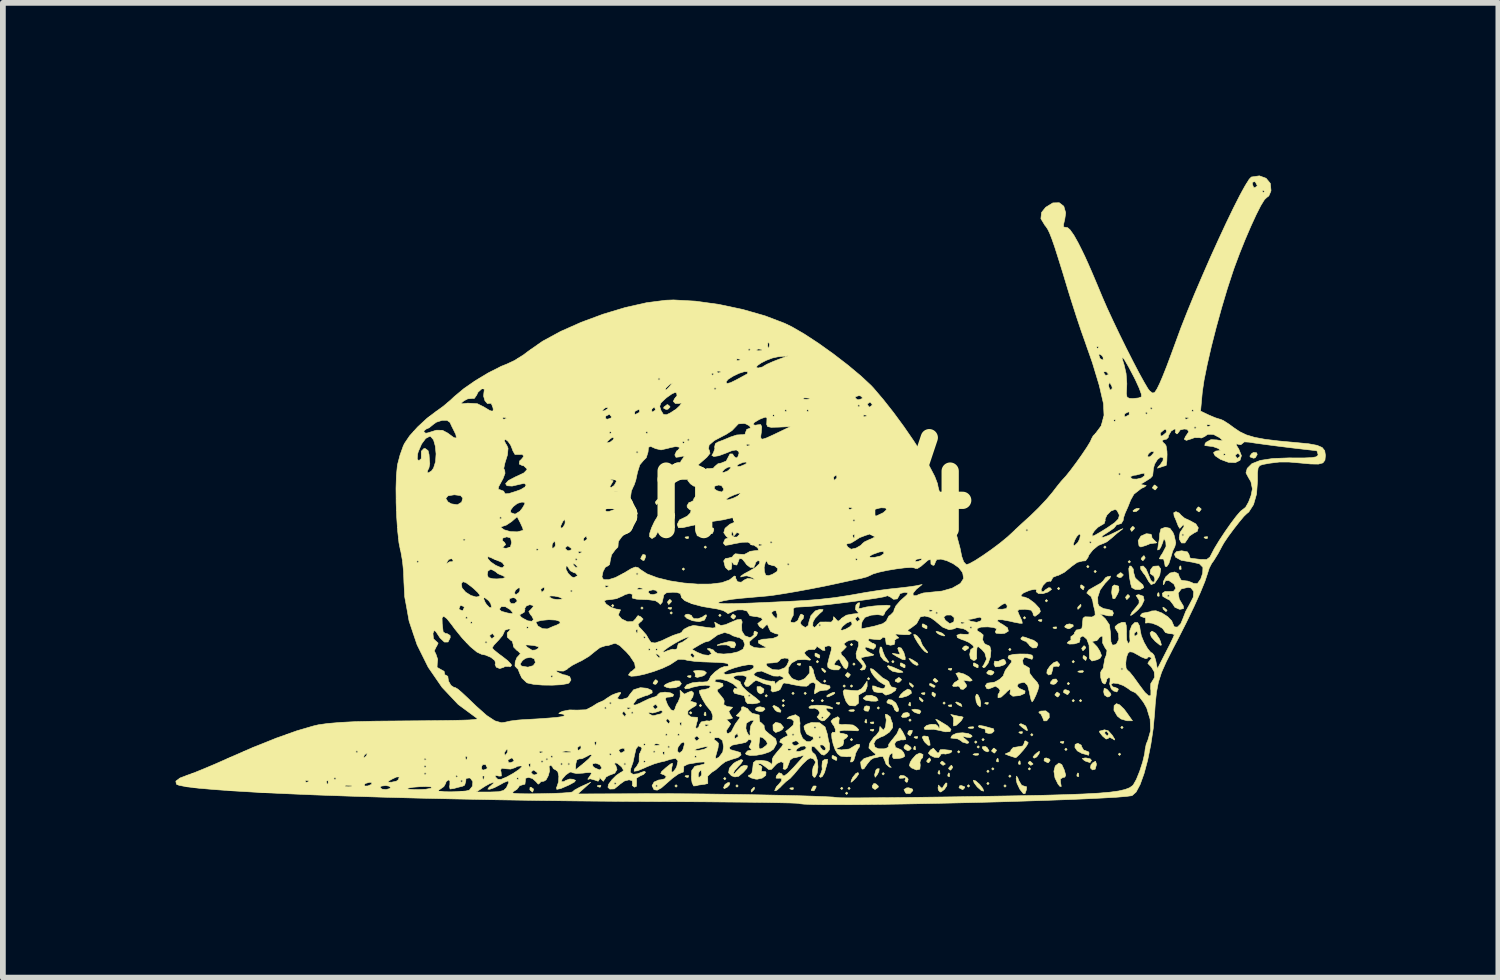
<source format=kicad_pcb>
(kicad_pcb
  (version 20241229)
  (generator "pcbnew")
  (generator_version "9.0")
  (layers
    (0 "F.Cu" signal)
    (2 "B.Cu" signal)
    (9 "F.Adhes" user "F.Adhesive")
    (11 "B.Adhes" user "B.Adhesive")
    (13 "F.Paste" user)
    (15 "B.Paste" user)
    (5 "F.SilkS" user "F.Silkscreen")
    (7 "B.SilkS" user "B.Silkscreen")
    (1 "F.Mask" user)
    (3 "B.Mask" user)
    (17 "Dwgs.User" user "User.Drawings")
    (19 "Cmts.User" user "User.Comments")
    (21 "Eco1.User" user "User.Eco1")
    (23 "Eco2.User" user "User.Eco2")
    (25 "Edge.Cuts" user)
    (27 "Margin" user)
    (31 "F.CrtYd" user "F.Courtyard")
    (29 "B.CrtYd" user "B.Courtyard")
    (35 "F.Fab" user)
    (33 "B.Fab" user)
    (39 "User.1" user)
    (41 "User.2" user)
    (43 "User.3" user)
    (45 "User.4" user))
  (footprint "snail4"
    (layer "F.Cu")
    (at 10.41 5.461)
    (property "Reference" "snail4" (at 0 0 0) (layer "F.SilkS") (effects (font (size 1.524 1.524) (thickness 0.3))))
    (attr through_hole)
    (fp_poly (pts (xy -2.794 2.011) (xy -2.815 2.032) (xy -2.836 2.011) (xy -2.815 1.99) (xy -2.794 2.011)) (stroke (width 0.01) (type solid)) (fill yes) (layer "F.SilkS"))
    (fp_poly (pts (xy -2.286 2.053) (xy -2.307 2.074) (xy -2.328 2.053) (xy -2.307 2.032) (xy -2.286 2.053)) (stroke (width 0.01) (type solid)) (fill yes) (layer "F.SilkS"))
    (fp_poly (pts (xy -1.778 2.138) (xy -1.799 2.159) (xy -1.82 2.138) (xy -1.799 2.117) (xy -1.778 2.138)) (stroke (width 0.01) (type solid)) (fill yes) (layer "F.SilkS"))
    (fp_poly (pts (xy -1.693 5.144) (xy -1.714 5.165) (xy -1.736 5.144) (xy -1.714 5.122) (xy -1.693 5.144)) (stroke (width 0.01) (type solid)) (fill yes) (layer "F.SilkS"))
    (fp_poly (pts (xy -1.566 1.376) (xy -1.587 1.397) (xy -1.609 1.376) (xy -1.587 1.355) (xy -1.566 1.376)) (stroke (width 0.01) (type solid)) (fill yes) (layer "F.SilkS"))
    (fp_poly (pts (xy -1.439 3.873) (xy -1.46 3.895) (xy -1.482 3.873) (xy -1.46 3.852) (xy -1.439 3.873)) (stroke (width 0.01) (type solid)) (fill yes) (layer "F.SilkS"))
    (fp_poly (pts (xy -1.312 0.783) (xy -1.333 0.804) (xy -1.355 0.783) (xy -1.333 0.762) (xy -1.312 0.783)) (stroke (width 0.01) (type solid)) (fill yes) (layer "F.SilkS"))
    (fp_poly (pts (xy -1.27 3.747) (xy -1.291 3.768) (xy -1.312 3.747) (xy -1.291 3.725) (xy -1.27 3.747)) (stroke (width 0.01) (type solid)) (fill yes) (layer "F.SilkS"))
    (fp_poly (pts (xy -1.185 0.995) (xy -1.206 1.016) (xy -1.228 0.995) (xy -1.206 0.974) (xy -1.185 0.995)) (stroke (width 0.01) (type solid)) (fill yes) (layer "F.SilkS"))
    (fp_poly (pts (xy -0.931 2.18) (xy -0.953 2.201) (xy -0.974 2.18) (xy -0.953 2.159) (xy -0.931 2.18)) (stroke (width 0.01) (type solid)) (fill yes) (layer "F.SilkS"))
    (fp_poly (pts (xy -0.847 5.016) (xy -0.868 5.038) (xy -0.889 5.016) (xy -0.868 4.995) (xy -0.847 5.016)) (stroke (width 0.01) (type solid)) (fill yes) (layer "F.SilkS"))
    (fp_poly (pts (xy -0.635 5.144) (xy -0.656 5.165) (xy -0.677 5.144) (xy -0.656 5.122) (xy -0.635 5.144)) (stroke (width 0.01) (type solid)) (fill yes) (layer "F.SilkS"))
    (fp_poly (pts (xy -0.127 3.577) (xy -0.148 3.598) (xy -0.169 3.577) (xy -0.148 3.556) (xy -0.127 3.577)) (stroke (width 0.01) (type solid)) (fill yes) (layer "F.SilkS"))
    (fp_poly (pts (xy 0.169 3.662) (xy 0.148 3.683) (xy 0.127 3.662) (xy 0.148 3.641) (xy 0.169 3.662)) (stroke (width 0.01) (type solid)) (fill yes) (layer "F.SilkS"))
    (fp_poly (pts (xy 0.169 3.747) (xy 0.148 3.768) (xy 0.127 3.747) (xy 0.148 3.725) (xy 0.169 3.747)) (stroke (width 0.01) (type solid)) (fill yes) (layer "F.SilkS"))
    (fp_poly (pts (xy 0.339 3.535) (xy 0.318 3.556) (xy 0.296 3.535) (xy 0.318 3.514) (xy 0.339 3.535)) (stroke (width 0.01) (type solid)) (fill yes) (layer "F.SilkS"))
    (fp_poly (pts (xy 0.55 3.535) (xy 0.529 3.556) (xy 0.508 3.535) (xy 0.529 3.514) (xy 0.55 3.535)) (stroke (width 0.01) (type solid)) (fill yes) (layer "F.SilkS"))
    (fp_poly (pts (xy 0.677 3.662) (xy 0.656 3.683) (xy 0.635 3.662) (xy 0.656 3.641) (xy 0.677 3.662)) (stroke (width 0.01) (type solid)) (fill yes) (layer "F.SilkS"))
    (fp_poly (pts (xy 0.762 2.985) (xy 0.741 3.006) (xy 0.72 2.985) (xy 0.741 2.963) (xy 0.762 2.985)) (stroke (width 0.01) (type solid)) (fill yes) (layer "F.SilkS"))
    (fp_poly (pts (xy 0.847 3.662) (xy 0.826 3.683) (xy 0.804 3.662) (xy 0.826 3.641) (xy 0.847 3.662)) (stroke (width 0.01) (type solid)) (fill yes) (layer "F.SilkS"))
    (fp_poly (pts (xy 0.889 3.323) (xy 0.868 3.344) (xy 0.847 3.323) (xy 0.868 3.302) (xy 0.889 3.323)) (stroke (width 0.01) (type solid)) (fill yes) (layer "F.SilkS"))
    (fp_poly (pts (xy 1.185 5.186) (xy 1.164 5.207) (xy 1.143 5.186) (xy 1.164 5.165) (xy 1.185 5.186)) (stroke (width 0.01) (type solid)) (fill yes) (layer "F.SilkS"))
    (fp_poly (pts (xy 1.228 3.408) (xy 1.206 3.429) (xy 1.185 3.408) (xy 1.206 3.387) (xy 1.228 3.408)) (stroke (width 0.01) (type solid)) (fill yes) (layer "F.SilkS"))
    (fp_poly (pts (xy 1.27 5.271) (xy 1.249 5.292) (xy 1.228 5.271) (xy 1.249 5.249) (xy 1.27 5.271)) (stroke (width 0.01) (type solid)) (fill yes) (layer "F.SilkS"))
    (fp_poly (pts (xy 1.312 5.186) (xy 1.291 5.207) (xy 1.27 5.186) (xy 1.291 5.165) (xy 1.312 5.186)) (stroke (width 0.01) (type solid)) (fill yes) (layer "F.SilkS"))
    (fp_poly (pts (xy 1.355 2.688) (xy 1.333 2.709) (xy 1.312 2.688) (xy 1.333 2.667) (xy 1.355 2.688)) (stroke (width 0.01) (type solid)) (fill yes) (layer "F.SilkS"))
    (fp_poly (pts (xy 1.355 3.408) (xy 1.333 3.429) (xy 1.312 3.408) (xy 1.333 3.387) (xy 1.355 3.408)) (stroke (width 0.01) (type solid)) (fill yes) (layer "F.SilkS"))
    (fp_poly (pts (xy 1.355 4.339) (xy 1.333 4.36) (xy 1.312 4.339) (xy 1.333 4.318) (xy 1.355 4.339)) (stroke (width 0.01) (type solid)) (fill yes) (layer "F.SilkS"))
    (fp_poly (pts (xy 1.397 3.027) (xy 1.376 3.048) (xy 1.355 3.027) (xy 1.376 3.006) (xy 1.397 3.027)) (stroke (width 0.01) (type solid)) (fill yes) (layer "F.SilkS"))
    (fp_poly (pts (xy 1.651 3.281) (xy 1.63 3.302) (xy 1.609 3.281) (xy 1.63 3.26) (xy 1.651 3.281)) (stroke (width 0.01) (type solid)) (fill yes) (layer "F.SilkS"))
    (fp_poly (pts (xy 1.82 3.789) (xy 1.799 3.81) (xy 1.778 3.789) (xy 1.799 3.768) (xy 1.82 3.789)) (stroke (width 0.01) (type solid)) (fill yes) (layer "F.SilkS"))
    (fp_poly (pts (xy 1.905 4.932) (xy 1.884 4.953) (xy 1.863 4.932) (xy 1.884 4.911) (xy 1.905 4.932)) (stroke (width 0.01) (type solid)) (fill yes) (layer "F.SilkS"))
    (fp_poly (pts (xy 2.074 2.985) (xy 2.053 3.006) (xy 2.032 2.985) (xy 2.053 2.963) (xy 2.074 2.985)) (stroke (width 0.01) (type solid)) (fill yes) (layer "F.SilkS"))
    (fp_poly (pts (xy 2.371 4) (xy 2.349 4.022) (xy 2.328 4) (xy 2.349 3.979) (xy 2.371 4)) (stroke (width 0.01) (type solid)) (fill yes) (layer "F.SilkS"))
    (fp_poly (pts (xy 2.963 3.704) (xy 2.942 3.725) (xy 2.921 3.704) (xy 2.942 3.683) (xy 2.963 3.704)) (stroke (width 0.01) (type solid)) (fill yes) (layer "F.SilkS"))
    (fp_poly (pts (xy 3.217 4.551) (xy 3.196 4.572) (xy 3.175 4.551) (xy 3.196 4.53) (xy 3.217 4.551)) (stroke (width 0.01) (type solid)) (fill yes) (layer "F.SilkS"))
    (fp_poly (pts (xy 3.387 5.144) (xy 3.365 5.165) (xy 3.344 5.144) (xy 3.365 5.122) (xy 3.387 5.144)) (stroke (width 0.01) (type solid)) (fill yes) (layer "F.SilkS"))
    (fp_poly (pts (xy 3.514 4.381) (xy 3.493 4.403) (xy 3.471 4.381) (xy 3.493 4.36) (xy 3.514 4.381)) (stroke (width 0.01) (type solid)) (fill yes) (layer "F.SilkS"))
    (fp_poly (pts (xy 3.556 4.466) (xy 3.535 4.487) (xy 3.514 4.466) (xy 3.535 4.445) (xy 3.556 4.466)) (stroke (width 0.01) (type solid)) (fill yes) (layer "F.SilkS"))
    (fp_poly (pts (xy 3.641 4.339) (xy 3.619 4.36) (xy 3.598 4.339) (xy 3.619 4.318) (xy 3.641 4.339)) (stroke (width 0.01) (type solid)) (fill yes) (layer "F.SilkS"))
    (fp_poly (pts (xy 3.725 4.889) (xy 3.704 4.911) (xy 3.683 4.889) (xy 3.704 4.868) (xy 3.725 4.889)) (stroke (width 0.01) (type solid)) (fill yes) (layer "F.SilkS"))
    (fp_poly (pts (xy 3.725 5.101) (xy 3.704 5.122) (xy 3.683 5.101) (xy 3.704 5.08) (xy 3.725 5.101)) (stroke (width 0.01) (type solid)) (fill yes) (layer "F.SilkS"))
    (fp_poly (pts (xy 3.81 4.847) (xy 3.789 4.868) (xy 3.768 4.847) (xy 3.789 4.826) (xy 3.81 4.847)) (stroke (width 0.01) (type solid)) (fill yes) (layer "F.SilkS"))
    (fp_poly (pts (xy 4.022 5.144) (xy 4 5.165) (xy 3.979 5.144) (xy 4 5.122) (xy 4.022 5.144)) (stroke (width 0.01) (type solid)) (fill yes) (layer "F.SilkS"))
    (fp_poly (pts (xy 4.106 2.773) (xy 4.085 2.794) (xy 4.064 2.773) (xy 4.085 2.752) (xy 4.106 2.773)) (stroke (width 0.01) (type solid)) (fill yes) (layer "F.SilkS"))
    (fp_poly (pts (xy 4.106 4.974) (xy 4.085 4.995) (xy 4.064 4.974) (xy 4.085 4.953) (xy 4.106 4.974)) (stroke (width 0.01) (type solid)) (fill yes) (layer "F.SilkS"))
    (fp_poly (pts (xy 4.36 2.223) (xy 4.339 2.244) (xy 4.318 2.223) (xy 4.339 2.201) (xy 4.36 2.223)) (stroke (width 0.01) (type solid)) (fill yes) (layer "F.SilkS"))
    (fp_poly (pts (xy 4.445 4.847) (xy 4.424 4.868) (xy 4.403 4.847) (xy 4.424 4.826) (xy 4.445 4.847)) (stroke (width 0.01) (type solid)) (fill yes) (layer "F.SilkS"))
    (fp_poly (pts (xy 4.487 4.255) (xy 4.466 4.276) (xy 4.445 4.255) (xy 4.466 4.233) (xy 4.487 4.255)) (stroke (width 0.01) (type solid)) (fill yes) (layer "F.SilkS"))
    (fp_poly (pts (xy 4.741 1.926) (xy 4.72 1.947) (xy 4.699 1.926) (xy 4.72 1.905) (xy 4.741 1.926)) (stroke (width 0.01) (type solid)) (fill yes) (layer "F.SilkS"))
    (fp_poly (pts (xy 4.953 1.714) (xy 4.932 1.736) (xy 4.911 1.714) (xy 4.932 1.693) (xy 4.953 1.714)) (stroke (width 0.01) (type solid)) (fill yes) (layer "F.SilkS"))
    (fp_poly (pts (xy 5.08 4.508) (xy 5.059 4.53) (xy 5.038 4.508) (xy 5.059 4.487) (xy 5.08 4.508)) (stroke (width 0.01) (type solid)) (fill yes) (layer "F.SilkS"))
    (fp_poly (pts (xy 5.122 3.365) (xy 5.101 3.387) (xy 5.08 3.365) (xy 5.101 3.344) (xy 5.122 3.365)) (stroke (width 0.01) (type solid)) (fill yes) (layer "F.SilkS"))
    (fp_poly (pts (xy 5.207 2.985) (xy 5.186 3.006) (xy 5.165 2.985) (xy 5.186 2.963) (xy 5.207 2.985)) (stroke (width 0.01) (type solid)) (fill yes) (layer "F.SilkS"))
    (fp_poly (pts (xy 5.207 3.662) (xy 5.186 3.683) (xy 5.165 3.662) (xy 5.186 3.641) (xy 5.207 3.662)) (stroke (width 0.01) (type solid)) (fill yes) (layer "F.SilkS"))
    (fp_poly (pts (xy 5.334 3.662) (xy 5.313 3.683) (xy 5.292 3.662) (xy 5.313 3.641) (xy 5.334 3.662)) (stroke (width 0.01) (type solid)) (fill yes) (layer "F.SilkS"))
    (fp_poly (pts (xy 5.461 1.333) (xy 5.44 1.355) (xy 5.419 1.333) (xy 5.44 1.312) (xy 5.461 1.333)) (stroke (width 0.01) (type solid)) (fill yes) (layer "F.SilkS"))
    (fp_poly (pts (xy 5.588 1.418) (xy 5.567 1.439) (xy 5.546 1.418) (xy 5.567 1.397) (xy 5.588 1.418)) (stroke (width 0.01) (type solid)) (fill yes) (layer "F.SilkS"))
    (fp_poly (pts (xy 5.757 0.995) (xy 5.736 1.016) (xy 5.715 0.995) (xy 5.736 0.974) (xy 5.757 0.995)) (stroke (width 0.01) (type solid)) (fill yes) (layer "F.SilkS"))
    (fp_poly (pts (xy 6.011 4.593) (xy 5.99 4.614) (xy 5.969 4.593) (xy 5.99 4.572) (xy 6.011 4.593)) (stroke (width 0.01) (type solid)) (fill yes) (layer "F.SilkS"))
    (fp_poly (pts (xy 6.054 4.128) (xy 6.032 4.149) (xy 6.011 4.128) (xy 6.032 4.106) (xy 6.054 4.128)) (stroke (width 0.01) (type solid)) (fill yes) (layer "F.SilkS"))
    (fp_poly (pts (xy 6.181 1.249) (xy 6.16 1.27) (xy 6.138 1.249) (xy 6.16 1.228) (xy 6.181 1.249)) (stroke (width 0.01) (type solid)) (fill yes) (layer "F.SilkS"))
    (fp_poly (pts (xy -3.02 5.136) (xy -3.026 5.162) (xy -3.048 5.165) (xy -3.083 5.149) (xy -3.076 5.136) (xy -3.026 5.131) (xy -3.02 5.136)) (stroke (width 0.01) (type solid)) (fill yes) (layer "F.SilkS"))
    (fp_poly (pts (xy -1.792 2.046) (xy -1.798 2.071) (xy -1.82 2.074) (xy -1.855 2.059) (xy -1.849 2.046) (xy -1.798 2.041) (xy -1.792 2.046)) (stroke (width 0.01) (type solid)) (fill yes) (layer "F.SilkS"))
    (fp_poly (pts (xy -1.75 0.607) (xy -1.745 0.657) (xy -1.75 0.663) (xy -1.775 0.657) (xy -1.778 0.635) (xy -1.763 0.6) (xy -1.75 0.607)) (stroke (width 0.01) (type solid)) (fill yes) (layer "F.SilkS"))
    (fp_poly (pts (xy -1.496 0.818) (xy -1.502 0.844) (xy -1.524 0.847) (xy -1.559 0.831) (xy -1.552 0.818) (xy -1.502 0.813) (xy -1.496 0.818)) (stroke (width 0.01) (type solid)) (fill yes) (layer "F.SilkS"))
    (fp_poly (pts (xy -1.496 4.967) (xy -1.502 4.992) (xy -1.524 4.995) (xy -1.559 4.98) (xy -1.552 4.967) (xy -1.502 4.962) (xy -1.496 4.967)) (stroke (width 0.01) (type solid)) (fill yes) (layer "F.SilkS"))
    (fp_poly (pts (xy -1.453 3.231) (xy -1.459 3.257) (xy -1.482 3.26) (xy -1.517 3.244) (xy -1.51 3.231) (xy -1.46 3.226) (xy -1.453 3.231)) (stroke (width 0.01) (type solid)) (fill yes) (layer "F.SilkS"))
    (fp_poly (pts (xy -1.199 3.866) (xy -1.194 3.917) (xy -1.199 3.923) (xy -1.225 3.917) (xy -1.228 3.895) (xy -1.212 3.86) (xy -1.199 3.866)) (stroke (width 0.01) (type solid)) (fill yes) (layer "F.SilkS"))
    (fp_poly (pts (xy 0.325 5.179) (xy 0.319 5.204) (xy 0.296 5.207) (xy 0.261 5.192) (xy 0.268 5.179) (xy 0.318 5.174) (xy 0.325 5.179)) (stroke (width 0.01) (type solid)) (fill yes) (layer "F.SilkS"))
    (fp_poly (pts (xy 0.452 3.02) (xy 0.446 3.045) (xy 0.423 3.048) (xy 0.388 3.033) (xy 0.395 3.02) (xy 0.445 3.015) (xy 0.452 3.02)) (stroke (width 0.01) (type solid)) (fill yes) (layer "F.SilkS"))
    (fp_poly (pts (xy 1.129 3.697) (xy 1.123 3.722) (xy 1.101 3.725) (xy 1.066 3.71) (xy 1.072 3.697) (xy 1.123 3.692) (xy 1.129 3.697)) (stroke (width 0.01) (type solid)) (fill yes) (layer "F.SilkS"))
    (fp_poly (pts (xy 1.386 3.827) (xy 1.373 3.846) (xy 1.33 3.849) (xy 1.285 3.839) (xy 1.304 3.823) (xy 1.371 3.818) (xy 1.386 3.827)) (stroke (width 0.01) (type solid)) (fill yes) (layer "F.SilkS"))
    (fp_poly (pts (xy 1.595 3.993) (xy 1.6 4.044) (xy 1.595 4.05) (xy 1.569 4.044) (xy 1.566 4.022) (xy 1.582 3.987) (xy 1.595 3.993)) (stroke (width 0.01) (type solid)) (fill yes) (layer "F.SilkS"))
    (fp_poly (pts (xy 1.722 4.036) (xy 1.716 4.061) (xy 1.693 4.064) (xy 1.658 4.049) (xy 1.665 4.036) (xy 1.715 4.031) (xy 1.722 4.036)) (stroke (width 0.01) (type solid)) (fill yes) (layer "F.SilkS"))
    (fp_poly (pts (xy 1.722 4.163) (xy 1.716 4.188) (xy 1.693 4.191) (xy 1.658 4.176) (xy 1.665 4.163) (xy 1.715 4.158) (xy 1.722 4.163)) (stroke (width 0.01) (type solid)) (fill yes) (layer "F.SilkS"))
    (fp_poly (pts (xy 2.357 3.697) (xy 2.362 3.747) (xy 2.357 3.754) (xy 2.331 3.748) (xy 2.328 3.725) (xy 2.344 3.69) (xy 2.357 3.697)) (stroke (width 0.01) (type solid)) (fill yes) (layer "F.SilkS"))
    (fp_poly (pts (xy 2.441 4.459) (xy 2.446 4.509) (xy 2.441 4.516) (xy 2.416 4.51) (xy 2.413 4.487) (xy 2.428 4.452) (xy 2.441 4.459)) (stroke (width 0.01) (type solid)) (fill yes) (layer "F.SilkS"))
    (fp_poly (pts (xy 2.484 4.29) (xy 2.478 4.315) (xy 2.455 4.318) (xy 2.42 4.303) (xy 2.427 4.29) (xy 2.477 4.285) (xy 2.484 4.29)) (stroke (width 0.01) (type solid)) (fill yes) (layer "F.SilkS"))
    (fp_poly (pts (xy 2.611 3.528) (xy 2.605 3.553) (xy 2.582 3.556) (xy 2.547 3.541) (xy 2.554 3.528) (xy 2.604 3.523) (xy 2.611 3.528)) (stroke (width 0.01) (type solid)) (fill yes) (layer "F.SilkS"))
    (fp_poly (pts (xy 2.865 4.882) (xy 2.87 4.933) (xy 2.865 4.939) (xy 2.839 4.933) (xy 2.836 4.911) (xy 2.852 4.876) (xy 2.865 4.882)) (stroke (width 0.01) (type solid)) (fill yes) (layer "F.SilkS"))
    (fp_poly (pts (xy 3.034 4.925) (xy 3.039 4.975) (xy 3.034 4.981) (xy 3.009 4.975) (xy 3.006 4.953) (xy 3.021 4.918) (xy 3.034 4.925)) (stroke (width 0.01) (type solid)) (fill yes) (layer "F.SilkS"))
    (fp_poly (pts (xy 3.076 3.104) (xy 3.07 3.13) (xy 3.048 3.133) (xy 3.013 3.117) (xy 3.02 3.104) (xy 3.07 3.099) (xy 3.076 3.104)) (stroke (width 0.01) (type solid)) (fill yes) (layer "F.SilkS"))
    (fp_poly (pts (xy 3.076 3.739) (xy 3.07 3.765) (xy 3.048 3.768) (xy 3.013 3.752) (xy 3.02 3.739) (xy 3.07 3.734) (xy 3.076 3.739)) (stroke (width 0.01) (type solid)) (fill yes) (layer "F.SilkS"))
    (fp_poly (pts (xy 3.46 4.123) (xy 3.447 4.142) (xy 3.404 4.145) (xy 3.359 4.135) (xy 3.379 4.12) (xy 3.445 4.115) (xy 3.46 4.123)) (stroke (width 0.01) (type solid)) (fill yes) (layer "F.SilkS"))
    (fp_poly (pts (xy 3.545 4.589) (xy 3.532 4.608) (xy 3.489 4.611) (xy 3.444 4.601) (xy 3.463 4.585) (xy 3.53 4.58) (xy 3.545 4.589)) (stroke (width 0.01) (type solid)) (fill yes) (layer "F.SilkS"))
    (fp_poly (pts (xy 3.711 3.697) (xy 3.705 3.722) (xy 3.683 3.725) (xy 3.648 3.71) (xy 3.655 3.697) (xy 3.705 3.692) (xy 3.711 3.697)) (stroke (width 0.01) (type solid)) (fill yes) (layer "F.SilkS"))
    (fp_poly (pts (xy 3.881 4.671) (xy 3.886 4.721) (xy 3.881 4.727) (xy 3.855 4.721) (xy 3.852 4.699) (xy 3.868 4.664) (xy 3.881 4.671)) (stroke (width 0.01) (type solid)) (fill yes) (layer "F.SilkS"))
    (fp_poly (pts (xy 4.262 4.713) (xy 4.267 4.763) (xy 4.262 4.77) (xy 4.236 4.764) (xy 4.233 4.741) (xy 4.249 4.706) (xy 4.262 4.713)) (stroke (width 0.01) (type solid)) (fill yes) (layer "F.SilkS"))
    (fp_poly (pts (xy 4.304 4.205) (xy 4.298 4.23) (xy 4.276 4.233) (xy 4.241 4.218) (xy 4.247 4.205) (xy 4.298 4.2) (xy 4.304 4.205)) (stroke (width 0.01) (type solid)) (fill yes) (layer "F.SilkS"))
    (fp_poly (pts (xy 4.643 2.258) (xy 4.637 2.283) (xy 4.614 2.286) (xy 4.579 2.271) (xy 4.586 2.258) (xy 4.636 2.253) (xy 4.643 2.258)) (stroke (width 0.01) (type solid)) (fill yes) (layer "F.SilkS"))
    (fp_poly (pts (xy 4.897 2.385) (xy 4.891 2.41) (xy 4.868 2.413) (xy 4.833 2.398) (xy 4.84 2.385) (xy 4.89 2.38) (xy 4.897 2.385)) (stroke (width 0.01) (type solid)) (fill yes) (layer "F.SilkS"))
    (fp_poly (pts (xy 5.024 4.374) (xy 5.018 4.4) (xy 4.995 4.403) (xy 4.96 4.387) (xy 4.967 4.374) (xy 5.017 4.369) (xy 5.024 4.374)) (stroke (width 0.01) (type solid)) (fill yes) (layer "F.SilkS"))
    (fp_poly (pts (xy 5.278 4.925) (xy 5.283 4.975) (xy 5.278 4.981) (xy 5.252 4.975) (xy 5.249 4.953) (xy 5.265 4.918) (xy 5.278 4.925)) (stroke (width 0.01) (type solid)) (fill yes) (layer "F.SilkS"))
    (fp_poly (pts (xy 5.365 3.149) (xy 5.352 3.169) (xy 5.309 3.172) (xy 5.264 3.161) (xy 5.284 3.146) (xy 5.35 3.141) (xy 5.365 3.149)) (stroke (width 0.01) (type solid)) (fill yes) (layer "F.SilkS"))
    (fp_poly (pts (xy 6.675 1.792) (xy 6.68 1.842) (xy 6.675 1.849) (xy 6.649 1.843) (xy 6.646 1.82) (xy 6.662 1.785) (xy 6.675 1.792)) (stroke (width 0.01) (type solid)) (fill yes) (layer "F.SilkS"))
    (fp_poly (pts (xy 7.056 1.326) (xy 7.061 1.377) (xy 7.056 1.383) (xy 7.03 1.377) (xy 7.027 1.355) (xy 7.043 1.32) (xy 7.056 1.326)) (stroke (width 0.01) (type solid)) (fill yes) (layer "F.SilkS"))
    (fp_poly (pts (xy 7.521 0.818) (xy 7.515 0.844) (xy 7.493 0.847) (xy 7.458 0.831) (xy 7.465 0.818) (xy 7.515 0.813) (xy 7.521 0.818)) (stroke (width 0.01) (type solid)) (fill yes) (layer "F.SilkS"))
    (fp_poly (pts (xy -2.03 3.326) (xy -2.054 3.369) (xy -2.076 3.38) (xy -2.113 3.367) (xy -2.11 3.346) (xy -2.075 3.301) (xy -2.063 3.299) (xy -2.03 3.326)) (stroke (width 0.01) (type solid)) (fill yes) (layer "F.SilkS"))
    (fp_poly (pts (xy -1.742 0.412) (xy -1.736 0.442) (xy -1.75 0.503) (xy -1.786 0.485) (xy -1.797 0.469) (xy -1.792 0.414) (xy -1.779 0.403) (xy -1.742 0.412)) (stroke (width 0.01) (type solid)) (fill yes) (layer "F.SilkS"))
    (fp_poly (pts (xy -0.779 5.091) (xy -0.791 5.129) (xy -0.824 5.164) (xy -0.878 5.191) (xy -0.889 5.172) (xy -0.863 5.117) (xy -0.81 5.084) (xy -0.779 5.091)) (stroke (width 0.01) (type solid)) (fill yes) (layer "F.SilkS"))
    (fp_poly (pts (xy 0.84 3.107) (xy 0.885 3.147) (xy 0.889 3.156) (xy 0.869 3.174) (xy 0.827 3.135) (xy 0.821 3.126) (xy 0.816 3.097) (xy 0.84 3.107)) (stroke (width 0.01) (type solid)) (fill yes) (layer "F.SilkS"))
    (fp_poly (pts (xy 1.642 3.759) (xy 1.651 3.79) (xy 1.624 3.846) (xy 1.571 3.84) (xy 1.548 3.814) (xy 1.559 3.77) (xy 1.588 3.752) (xy 1.642 3.759)) (stroke (width 0.01) (type solid)) (fill yes) (layer "F.SilkS"))
    (fp_poly (pts (xy 1.757 5.107) (xy 1.8 5.147) (xy 1.796 5.169) (xy 1.743 5.206) (xy 1.699 5.177) (xy 1.693 5.145) (xy 1.721 5.102) (xy 1.757 5.107)) (stroke (width 0.01) (type solid)) (fill yes) (layer "F.SilkS"))
    (fp_poly (pts (xy 2.335 3.884) (xy 2.339 3.925) (xy 2.289 3.949) (xy 2.22 3.953) (xy 2.201 3.936) (xy 2.234 3.88) (xy 2.3 3.866) (xy 2.335 3.884)) (stroke (width 0.01) (type solid)) (fill yes) (layer "F.SilkS"))
    (fp_poly (pts (xy 2.364 3.361) (xy 2.41 3.404) (xy 2.4 3.429) (xy 2.394 3.429) (xy 2.359 3.399) (xy 2.345 3.38) (xy 2.34 3.351) (xy 2.364 3.361)) (stroke (width 0.01) (type solid)) (fill yes) (layer "F.SilkS"))
    (fp_poly (pts (xy 2.39 4.178) (xy 2.385 4.214) (xy 2.352 4.271) (xy 2.318 4.25) (xy 2.31 4.238) (xy 2.321 4.193) (xy 2.348 4.176) (xy 2.39 4.178)) (stroke (width 0.01) (type solid)) (fill yes) (layer "F.SilkS"))
    (fp_poly (pts (xy 2.533 3.615) (xy 2.579 3.658) (xy 2.57 3.683) (xy 2.564 3.683) (xy 2.528 3.653) (xy 2.515 3.634) (xy 2.51 3.605) (xy 2.533 3.615)) (stroke (width 0.01) (type solid)) (fill yes) (layer "F.SilkS"))
    (fp_poly (pts (xy 2.728 3.371) (xy 2.788 3.405) (xy 2.778 3.427) (xy 2.754 3.429) (xy 2.697 3.398) (xy 2.688 3.387) (xy 2.695 3.363) (xy 2.728 3.371)) (stroke (width 0.01) (type solid)) (fill yes) (layer "F.SilkS"))
    (fp_poly (pts (xy 3.229 3.714) (xy 3.239 3.725) (xy 3.253 3.763) (xy 3.213 3.749) (xy 3.175 3.725) (xy 3.142 3.691) (xy 3.162 3.684) (xy 3.229 3.714)) (stroke (width 0.01) (type solid)) (fill yes) (layer "F.SilkS"))
    (fp_poly (pts (xy 3.691 4.479) (xy 3.724 4.535) (xy 3.693 4.552) (xy 3.641 4.53) (xy 3.604 4.483) (xy 3.611 4.461) (xy 3.662 4.458) (xy 3.691 4.479)) (stroke (width 0.01) (type solid)) (fill yes) (layer "F.SilkS"))
    (fp_poly (pts (xy 4.913 3.323) (xy 4.88 3.367) (xy 4.845 3.38) (xy 4.793 3.37) (xy 4.793 3.338) (xy 4.835 3.29) (xy 4.889 3.286) (xy 4.913 3.323)) (stroke (width 0.01) (type solid)) (fill yes) (layer "F.SilkS"))
    (fp_poly (pts (xy 6.329 0.339) (xy 6.283 0.374) (xy 6.235 0.38) (xy 6.223 0.364) (xy 6.256 0.337) (xy 6.289 0.323) (xy 6.332 0.32) (xy 6.329 0.339)) (stroke (width 0.01) (type solid)) (fill yes) (layer "F.SilkS"))
    (fp_poly (pts (xy 6.767 2.049) (xy 6.812 2.088) (xy 6.816 2.098) (xy 6.796 2.115) (xy 6.754 2.076) (xy 6.748 2.068) (xy 6.743 2.039) (xy 6.767 2.049)) (stroke (width 0.01) (type solid)) (fill yes) (layer "F.SilkS"))
    (fp_poly (pts (xy -4.193 5.195) (xy -4.191 5.207) (xy -4.205 5.248) (xy -4.21 5.249) (xy -4.246 5.22) (xy -4.255 5.207) (xy -4.251 5.168) (xy -4.236 5.165) (xy -4.193 5.195)) (stroke (width 0.01) (type solid)) (fill yes) (layer "F.SilkS"))
    (fp_poly (pts (xy -2.25 1.131) (xy -2.244 1.162) (xy -2.266 1.22) (xy -2.286 1.228) (xy -2.327 1.197) (xy -2.328 1.188) (xy -2.298 1.13) (xy -2.286 1.122) (xy -2.25 1.131)) (stroke (width 0.01) (type solid)) (fill yes) (layer "F.SilkS"))
    (fp_poly (pts (xy -2.004 0.195) (xy -2.011 0.212) (xy -2.049 0.252) (xy -2.056 0.254) (xy -2.074 0.221) (xy -2.074 0.212) (xy -2.042 0.171) (xy -2.03 0.169) (xy -2.004 0.195)) (stroke (width 0.01) (type solid)) (fill yes) (layer "F.SilkS"))
    (fp_poly (pts (xy -1.892 -0.012) (xy -1.884 0) (xy -1.893 0.036) (xy -1.924 0.042) (xy -1.982 0.02) (xy -1.99 0) (xy -1.959 -0.041) (xy -1.95 -0.042) (xy -1.892 -0.012)) (stroke (width 0.01) (type solid)) (fill yes) (layer "F.SilkS"))
    (fp_poly (pts (xy -1.821 -1.449) (xy -1.82 -1.439) (xy -1.855 -1.402) (xy -1.886 -1.397) (xy -1.93 -1.418) (xy -1.926 -1.439) (xy -1.872 -1.48) (xy -1.86 -1.482) (xy -1.821 -1.449)) (stroke (width 0.01) (type solid)) (fill yes) (layer "F.SilkS"))
    (fp_poly (pts (xy -1.793 1.931) (xy -1.799 1.947) (xy -1.837 1.988) (xy -1.844 1.99) (xy -1.862 1.957) (xy -1.863 1.947) (xy -1.83 1.907) (xy -1.818 1.905) (xy -1.793 1.931)) (stroke (width 0.01) (type solid)) (fill yes) (layer "F.SilkS"))
    (fp_poly (pts (xy -1.064 0.666) (xy -1.058 0.696) (xy -1.08 0.754) (xy -1.101 0.762) (xy -1.142 0.732) (xy -1.143 0.722) (xy -1.112 0.665) (xy -1.101 0.656) (xy -1.064 0.666)) (stroke (width 0.01) (type solid)) (fill yes) (layer "F.SilkS"))
    (fp_poly (pts (xy -0.679 2.191) (xy -0.677 2.201) (xy -0.71 2.242) (xy -0.72 2.244) (xy -0.761 2.211) (xy -0.762 2.201) (xy -0.73 2.16) (xy -0.72 2.159) (xy -0.679 2.191)) (stroke (width 0.01) (type solid)) (fill yes) (layer "F.SilkS"))
    (fp_poly (pts (xy -0.352 5.192) (xy -0.36 5.207) (xy -0.4 5.247) (xy -0.407 5.249) (xy -0.41 5.222) (xy -0.402 5.207) (xy -0.362 5.167) (xy -0.355 5.165) (xy -0.352 5.192)) (stroke (width 0.01) (type solid)) (fill yes) (layer "F.SilkS"))
    (fp_poly (pts (xy -0.247 3.419) (xy -0.187 3.461) (xy -0.197 3.518) (xy -0.241 3.545) (xy -0.286 3.523) (xy -0.307 3.478) (xy -0.307 3.419) (xy -0.25 3.418) (xy -0.247 3.419)) (stroke (width 0.01) (type solid)) (fill yes) (layer "F.SilkS"))
    (fp_poly (pts (xy -0.185 3.785) (xy -0.169 3.81) (xy -0.205 3.844) (xy -0.254 3.852) (xy -0.323 3.835) (xy -0.339 3.81) (xy -0.303 3.776) (xy -0.254 3.768) (xy -0.185 3.785)) (stroke (width 0.01) (type solid)) (fill yes) (layer "F.SilkS"))
    (fp_poly (pts (xy 0.061 3.782) (xy 0.062 3.783) (xy 0.108 3.835) (xy 0.102 3.863) (xy 0.046 3.855) (xy 0.006 3.824) (xy -0.035 3.761) (xy -0.012 3.744) (xy 0.061 3.782)) (stroke (width 0.01) (type solid)) (fill yes) (layer "F.SilkS"))
    (fp_poly (pts (xy 0.716 5.145) (xy 0.72 5.16) (xy 0.689 5.22) (xy 0.677 5.228) (xy 0.638 5.226) (xy 0.635 5.212) (xy 0.666 5.152) (xy 0.677 5.144) (xy 0.716 5.145)) (stroke (width 0.01) (type solid)) (fill yes) (layer "F.SilkS"))
    (fp_poly (pts (xy 0.775 2.867) (xy 0.783 2.879) (xy 0.781 2.918) (xy 0.767 2.921) (xy 0.707 2.89) (xy 0.699 2.879) (xy 0.7 2.84) (xy 0.715 2.836) (xy 0.775 2.867)) (stroke (width 0.01) (type solid)) (fill yes) (layer "F.SilkS"))
    (fp_poly (pts (xy 1.045 3.532) (xy 1.016 3.556) (xy 0.939 3.592) (xy 0.91 3.597) (xy 0.903 3.58) (xy 0.931 3.556) (xy 1.009 3.52) (xy 1.037 3.515) (xy 1.045 3.532)) (stroke (width 0.01) (type solid)) (fill yes) (layer "F.SilkS"))
    (fp_poly (pts (xy 1.071 4.645) (xy 1.079 4.657) (xy 1.078 4.696) (xy 1.063 4.699) (xy 1.003 4.668) (xy 0.995 4.657) (xy 0.997 4.618) (xy 1.011 4.614) (xy 1.071 4.645)) (stroke (width 0.01) (type solid)) (fill yes) (layer "F.SilkS"))
    (fp_poly (pts (xy 1.311 3.207) (xy 1.312 3.217) (xy 1.28 3.258) (xy 1.27 3.26) (xy 1.229 3.227) (xy 1.228 3.217) (xy 1.26 3.176) (xy 1.27 3.175) (xy 1.311 3.207)) (stroke (width 0.01) (type solid)) (fill yes) (layer "F.SilkS"))
    (fp_poly (pts (xy 1.458 4.936) (xy 1.418 4.995) (xy 1.356 5.058) (xy 1.325 5.08) (xy 1.33 5.049) (xy 1.355 4.995) (xy 1.409 4.928) (xy 1.447 4.911) (xy 1.458 4.936)) (stroke (width 0.01) (type solid)) (fill yes) (layer "F.SilkS"))
    (fp_poly (pts (xy 1.809 4.894) (xy 1.778 4.953) (xy 1.745 4.993) (xy 1.736 4.955) (xy 1.736 4.945) (xy 1.758 4.868) (xy 1.778 4.847) (xy 1.815 4.844) (xy 1.809 4.894)) (stroke (width 0.01) (type solid)) (fill yes) (layer "F.SilkS"))
    (fp_poly (pts (xy 2.2 3.292) (xy 2.201 3.302) (xy 2.167 3.339) (xy 2.135 3.344) (xy 2.092 3.324) (xy 2.095 3.302) (xy 2.15 3.261) (xy 2.161 3.26) (xy 2.2 3.292)) (stroke (width 0.01) (type solid)) (fill yes) (layer "F.SilkS"))
    (fp_poly (pts (xy 2.256 3.037) (xy 2.265 3.048) (xy 2.263 3.087) (xy 2.249 3.09) (xy 2.189 3.059) (xy 2.18 3.048) (xy 2.182 3.009) (xy 2.196 3.006) (xy 2.256 3.037)) (stroke (width 0.01) (type solid)) (fill yes) (layer "F.SilkS"))
    (fp_poly (pts (xy 2.307 4.43) (xy 2.363 4.471) (xy 2.371 4.492) (xy 2.336 4.525) (xy 2.307 4.53) (xy 2.251 4.496) (xy 2.244 4.467) (xy 2.272 4.425) (xy 2.307 4.43)) (stroke (width 0.01) (type solid)) (fill yes) (layer "F.SilkS"))
    (fp_poly (pts (xy 2.355 2.934) (xy 2.402 2.958) (xy 2.482 3.01) (xy 2.492 3.042) (xy 2.461 3.048) (xy 2.406 3.019) (xy 2.365 2.978) (xy 2.331 2.931) (xy 2.355 2.934)) (stroke (width 0.01) (type solid)) (fill yes) (layer "F.SilkS"))
    (fp_poly (pts (xy 2.392 5.198) (xy 2.4 5.224) (xy 2.351 5.276) (xy 2.285 5.274) (xy 2.273 5.264) (xy 2.245 5.206) (xy 2.291 5.177) (xy 2.329 5.176) (xy 2.392 5.198)) (stroke (width 0.01) (type solid)) (fill yes) (layer "F.SilkS"))
    (fp_poly (pts (xy 2.519 3.826) (xy 2.54 3.852) (xy 2.513 3.892) (xy 2.436 3.867) (xy 2.413 3.852) (xy 2.38 3.821) (xy 2.422 3.811) (xy 2.445 3.811) (xy 2.519 3.826)) (stroke (width 0.01) (type solid)) (fill yes) (layer "F.SilkS"))
    (fp_poly (pts (xy 2.637 2.359) (xy 2.646 2.371) (xy 2.644 2.41) (xy 2.63 2.413) (xy 2.57 2.382) (xy 2.561 2.371) (xy 2.563 2.332) (xy 2.577 2.328) (xy 2.637 2.359)) (stroke (width 0.01) (type solid)) (fill yes) (layer "F.SilkS"))
    (fp_poly (pts (xy 2.709 4.689) (xy 2.709 4.699) (xy 2.677 4.74) (xy 2.665 4.741) (xy 2.639 4.715) (xy 2.646 4.699) (xy 2.684 4.659) (xy 2.691 4.657) (xy 2.709 4.689)) (stroke (width 0.01) (type solid)) (fill yes) (layer "F.SilkS"))
    (fp_poly (pts (xy 2.792 3.544) (xy 2.794 3.556) (xy 2.78 3.597) (xy 2.775 3.598) (xy 2.739 3.569) (xy 2.731 3.556) (xy 2.734 3.517) (xy 2.749 3.514) (xy 2.792 3.544)) (stroke (width 0.01) (type solid)) (fill yes) (layer "F.SilkS"))
    (fp_poly (pts (xy 2.794 3.281) (xy 2.834 3.319) (xy 2.836 3.326) (xy 2.804 3.344) (xy 2.794 3.344) (xy 2.753 3.312) (xy 2.752 3.3) (xy 2.778 3.274) (xy 2.794 3.281)) (stroke (width 0.01) (type solid)) (fill yes) (layer "F.SilkS"))
    (fp_poly (pts (xy 2.885 2.478) (xy 2.921 2.498) (xy 2.955 2.531) (xy 2.942 2.539) (xy 2.873 2.518) (xy 2.836 2.498) (xy 2.802 2.464) (xy 2.815 2.457) (xy 2.885 2.478)) (stroke (width 0.01) (type solid)) (fill yes) (layer "F.SilkS"))
    (fp_poly (pts (xy 2.921 4.72) (xy 2.961 4.758) (xy 2.963 4.765) (xy 2.931 4.783) (xy 2.921 4.784) (xy 2.88 4.751) (xy 2.879 4.739) (xy 2.905 4.714) (xy 2.921 4.72)) (stroke (width 0.01) (type solid)) (fill yes) (layer "F.SilkS"))
    (fp_poly (pts (xy 3.09 4.816) (xy 3.09 4.826) (xy 3.058 4.867) (xy 3.046 4.868) (xy 3.02 4.842) (xy 3.027 4.826) (xy 3.065 4.786) (xy 3.072 4.784) (xy 3.09 4.816)) (stroke (width 0.01) (type solid)) (fill yes) (layer "F.SilkS"))
    (fp_poly (pts (xy 3.296 5.156) (xy 3.302 5.172) (xy 3.27 5.206) (xy 3.262 5.207) (xy 3.204 5.177) (xy 3.201 5.172) (xy 3.213 5.141) (xy 3.24 5.136) (xy 3.296 5.156)) (stroke (width 0.01) (type solid)) (fill yes) (layer "F.SilkS"))
    (fp_poly (pts (xy 3.369 2.73) (xy 3.365 2.752) (xy 3.311 2.792) (xy 3.3 2.794) (xy 3.261 2.762) (xy 3.26 2.752) (xy 3.294 2.715) (xy 3.326 2.709) (xy 3.369 2.73)) (stroke (width 0.01) (type solid)) (fill yes) (layer "F.SilkS"))
    (fp_poly (pts (xy 3.526 3.037) (xy 3.535 3.048) (xy 3.533 3.087) (xy 3.519 3.09) (xy 3.459 3.059) (xy 3.45 3.048) (xy 3.452 3.009) (xy 3.466 3.006) (xy 3.526 3.037)) (stroke (width 0.01) (type solid)) (fill yes) (layer "F.SilkS"))
    (fp_poly (pts (xy 3.803 3.156) (xy 3.81 3.175) (xy 3.776 3.213) (xy 3.747 3.217) (xy 3.69 3.194) (xy 3.683 3.175) (xy 3.717 3.137) (xy 3.747 3.133) (xy 3.803 3.156)) (stroke (width 0.01) (type solid)) (fill yes) (layer "F.SilkS"))
    (fp_poly (pts (xy 3.851 4.52) (xy 3.852 4.53) (xy 3.82 4.571) (xy 3.81 4.572) (xy 3.769 4.54) (xy 3.768 4.53) (xy 3.8 4.489) (xy 3.81 4.487) (xy 3.851 4.52)) (stroke (width 0.01) (type solid)) (fill yes) (layer "F.SilkS"))
    (fp_poly (pts (xy 4.445 4.72) (xy 4.485 4.758) (xy 4.487 4.765) (xy 4.455 4.783) (xy 4.445 4.784) (xy 4.404 4.751) (xy 4.403 4.739) (xy 4.429 4.714) (xy 4.445 4.72)) (stroke (width 0.01) (type solid)) (fill yes) (layer "F.SilkS"))
    (fp_poly (pts (xy 4.595 4.574) (xy 4.59 4.587) (xy 4.552 4.639) (xy 4.506 4.661) (xy 4.487 4.641) (xy 4.515 4.604) (xy 4.552 4.571) (xy 4.598 4.54) (xy 4.595 4.574)) (stroke (width 0.01) (type solid)) (fill yes) (layer "F.SilkS"))
    (fp_poly (pts (xy 4.776 4.679) (xy 4.784 4.699) (xy 4.753 4.74) (xy 4.744 4.741) (xy 4.686 4.711) (xy 4.678 4.699) (xy 4.687 4.663) (xy 4.718 4.657) (xy 4.776 4.679)) (stroke (width 0.01) (type solid)) (fill yes) (layer "F.SilkS"))
    (fp_poly (pts (xy 4.952 3.546) (xy 4.953 3.556) (xy 4.921 3.597) (xy 4.911 3.598) (xy 4.87 3.566) (xy 4.868 3.556) (xy 4.901 3.515) (xy 4.911 3.514) (xy 4.952 3.546)) (stroke (width 0.01) (type solid)) (fill yes) (layer "F.SilkS"))
    (fp_poly (pts (xy 5.114 3.493) (xy 5.122 3.514) (xy 5.092 3.555) (xy 5.082 3.556) (xy 5.025 3.525) (xy 5.016 3.514) (xy 5.026 3.477) (xy 5.056 3.471) (xy 5.114 3.493)) (stroke (width 0.01) (type solid)) (fill yes) (layer "F.SilkS"))
    (fp_poly (pts (xy 5.183 2.345) (xy 5.186 2.371) (xy 5.125 2.41) (xy 5.099 2.413) (xy 5.044 2.389) (xy 5.038 2.371) (xy 5.073 2.337) (xy 5.125 2.328) (xy 5.183 2.345)) (stroke (width 0.01) (type solid)) (fill yes) (layer "F.SilkS"))
    (fp_poly (pts (xy 5.321 2.017) (xy 5.313 2.032) (xy 5.273 2.072) (xy 5.266 2.074) (xy 5.263 2.047) (xy 5.271 2.032) (xy 5.31 1.992) (xy 5.318 1.99) (xy 5.321 2.017)) (stroke (width 0.01) (type solid)) (fill yes) (layer "F.SilkS"))
    (fp_poly (pts (xy 5.375 1.682) (xy 5.376 1.693) (xy 5.362 1.735) (xy 5.358 1.736) (xy 5.322 1.706) (xy 5.313 1.693) (xy 5.316 1.654) (xy 5.332 1.651) (xy 5.375 1.682)) (stroke (width 0.01) (type solid)) (fill yes) (layer "F.SilkS"))
    (fp_poly (pts (xy 5.404 2.735) (xy 5.397 2.752) (xy 5.359 2.792) (xy 5.353 2.794) (xy 5.334 2.761) (xy 5.334 2.752) (xy 5.367 2.711) (xy 5.379 2.709) (xy 5.404 2.735)) (stroke (width 0.01) (type solid)) (fill yes) (layer "F.SilkS"))
    (fp_poly (pts (xy 5.417 2.909) (xy 5.419 2.921) (xy 5.404 2.962) (xy 5.4 2.963) (xy 5.364 2.934) (xy 5.355 2.921) (xy 5.359 2.882) (xy 5.374 2.879) (xy 5.417 2.909)) (stroke (width 0.01) (type solid)) (fill yes) (layer "F.SilkS"))
    (fp_poly (pts (xy 5.482 4.673) (xy 5.503 4.699) (xy 5.477 4.738) (xy 5.4 4.713) (xy 5.376 4.699) (xy 5.343 4.668) (xy 5.385 4.658) (xy 5.408 4.657) (xy 5.482 4.673)) (stroke (width 0.01) (type solid)) (fill yes) (layer "F.SilkS"))
    (fp_poly (pts (xy 5.588 4.759) (xy 5.588 4.778) (xy 5.567 4.853) (xy 5.52 4.865) (xy 5.485 4.831) (xy 5.494 4.777) (xy 5.525 4.741) (xy 5.573 4.714) (xy 5.588 4.759)) (stroke (width 0.01) (type solid)) (fill yes) (layer "F.SilkS"))
    (fp_poly (pts (xy 6.053 1.472) (xy 6.054 1.482) (xy 6.019 1.519) (xy 5.988 1.524) (xy 5.944 1.503) (xy 5.948 1.482) (xy 6.002 1.441) (xy 6.014 1.439) (xy 6.053 1.472)) (stroke (width 0.01) (type solid)) (fill yes) (layer "F.SilkS"))
    (fp_poly (pts (xy 6.166 1.846) (xy 6.16 1.863) (xy 6.121 1.903) (xy 6.115 1.905) (xy 6.096 1.872) (xy 6.096 1.863) (xy 6.129 1.822) (xy 6.141 1.82) (xy 6.166 1.846)) (stroke (width 0.01) (type solid)) (fill yes) (layer "F.SilkS"))
    (fp_poly (pts (xy 6.251 0.661) (xy 6.244 0.677) (xy 6.206 0.718) (xy 6.199 0.72) (xy 6.181 0.687) (xy 6.181 0.677) (xy 6.213 0.637) (xy 6.225 0.635) (xy 6.251 0.661)) (stroke (width 0.01) (type solid)) (fill yes) (layer "F.SilkS"))
    (fp_poly (pts (xy 6.434 1.176) (xy 6.435 1.185) (xy 6.402 1.226) (xy 6.39 1.228) (xy 6.365 1.202) (xy 6.371 1.185) (xy 6.409 1.145) (xy 6.416 1.143) (xy 6.434 1.176)) (stroke (width 0.01) (type solid)) (fill yes) (layer "F.SilkS"))
    (fp_poly (pts (xy 6.645 -0.052) (xy 6.646 -0.042) (xy 6.614 -0.001) (xy 6.604 0) (xy 6.563 -0.032) (xy 6.562 -0.042) (xy 6.594 -0.083) (xy 6.604 -0.085) (xy 6.645 -0.052)) (stroke (width 0.01) (type solid)) (fill yes) (layer "F.SilkS"))
    (fp_poly (pts (xy 7.407 0.329) (xy 7.408 0.339) (xy 7.376 0.38) (xy 7.366 0.381) (xy 7.325 0.349) (xy 7.324 0.339) (xy 7.356 0.298) (xy 7.366 0.296) (xy 7.407 0.329)) (stroke (width 0.01) (type solid)) (fill yes) (layer "F.SilkS"))
    (fp_poly (pts (xy 8.373 -0.644) (xy 8.382 -0.613) (xy 8.348 -0.558) (xy 8.319 -0.55) (xy 8.262 -0.571) (xy 8.255 -0.588) (xy 8.289 -0.634) (xy 8.319 -0.65) (xy 8.373 -0.644)) (stroke (width 0.01) (type solid)) (fill yes) (layer "F.SilkS"))
    (fp_poly (pts (xy 3.53 3.56) (xy 3.561 3.622) (xy 3.579 3.701) (xy 3.575 3.759) (xy 3.564 3.768) (xy 3.523 3.732) (xy 3.499 3.674) (xy 3.489 3.591) (xy 3.505 3.549) (xy 3.53 3.56)) (stroke (width 0.01) (type solid)) (fill yes) (layer "F.SilkS"))
    (fp_poly (pts (xy 4.357 4.098) (xy 4.376 4.128) (xy 4.392 4.179) (xy 4.372 4.179) (xy 4.3 4.127) (xy 4.299 4.126) (xy 4.248 4.08) (xy 4.266 4.065) (xy 4.284 4.064) (xy 4.357 4.098)) (stroke (width 0.01) (type solid)) (fill yes) (layer "F.SilkS"))
    (fp_poly (pts (xy 5.764 3.46) (xy 5.779 3.471) (xy 5.832 3.532) (xy 5.842 3.561) (xy 5.808 3.594) (xy 5.779 3.598) (xy 5.727 3.563) (xy 5.715 3.508) (xy 5.724 3.447) (xy 5.764 3.46)) (stroke (width 0.01) (type solid)) (fill yes) (layer "F.SilkS"))
    (fp_poly (pts (xy 5.974 1.673) (xy 5.981 1.744) (xy 5.959 1.803) (xy 5.91 1.888) (xy 5.876 1.89) (xy 5.857 1.808) (xy 5.854 1.778) (xy 5.864 1.68) (xy 5.9 1.651) (xy 5.974 1.673)) (stroke (width 0.01) (type solid)) (fill yes) (layer "F.SilkS"))
    (fp_poly (pts (xy 0.09 4.055) (xy 0.111 4.072) (xy 0.154 4.127) (xy 0.129 4.165) (xy 0.089 4.189) (xy 0.016 4.215) (xy -0.022 4.182) (xy -0.027 4.169) (xy -0.031 4.083) (xy 0.017 4.039) (xy 0.09 4.055)) (stroke (width 0.01) (type solid)) (fill yes) (layer "F.SilkS"))
    (fp_poly (pts (xy 1.759 3.6) (xy 1.774 3.615) (xy 1.797 3.655) (xy 1.762 3.671) (xy 1.675 3.67) (xy 1.58 3.654) (xy 1.538 3.626) (xy 1.538 3.619) (xy 1.59 3.575) (xy 1.677 3.568) (xy 1.759 3.6)) (stroke (width 0.01) (type solid)) (fill yes) (layer "F.SilkS"))
    (fp_poly (pts (xy 1.857 2.733) (xy 1.878 2.807) (xy 1.912 2.892) (xy 1.944 2.938) (xy 1.983 2.993) (xy 1.963 2.996) (xy 1.894 2.96) (xy 1.838 2.888) (xy 1.82 2.806) (xy 1.832 2.73) (xy 1.857 2.733)) (stroke (width 0.01) (type solid)) (fill yes) (layer "F.SilkS"))
    (fp_poly (pts (xy 2.051 3.079) (xy 2.122 3.11) (xy 2.211 3.15) (xy 2.227 3.168) (xy 2.174 3.173) (xy 2.154 3.173) (xy 2.049 3.152) (xy 1.99 3.111) (xy 1.956 3.063) (xy 1.973 3.053) (xy 2.051 3.079)) (stroke (width 0.01) (type solid)) (fill yes) (layer "F.SilkS"))
    (fp_poly (pts (xy 4.767 3.885) (xy 4.77 3.954) (xy 4.725 4.012) (xy 4.676 4.013) (xy 4.657 3.962) (xy 4.626 3.897) (xy 4.606 3.885) (xy 4.587 3.861) (xy 4.62 3.843) (xy 4.709 3.839) (xy 4.767 3.885)) (stroke (width 0.01) (type solid)) (fill yes) (layer "F.SilkS"))
    (fp_poly (pts (xy 5.991 3.734) (xy 6.066 3.806) (xy 6.102 3.853) (xy 6.215 4.011) (xy 6.118 4.011) (xy 6.015 3.98) (xy 5.953 3.931) (xy 5.893 3.829) (xy 5.896 3.748) (xy 5.937 3.714) (xy 5.991 3.734)) (stroke (width 0.01) (type solid)) (fill yes) (layer "F.SilkS"))
    (fp_poly (pts (xy -1.656 3.32) (xy -1.653 3.322) (xy -1.622 3.367) (xy -1.655 3.409) (xy -1.728 3.437) (xy -1.822 3.443) (xy -1.88 3.43) (xy -1.924 3.407) (xy -1.901 3.381) (xy -1.829 3.348) (xy -1.727 3.319) (xy -1.656 3.32)) (stroke (width 0.01) (type solid)) (fill yes) (layer "F.SilkS"))
    (fp_poly (pts (xy -0.698 2.644) (xy -0.677 2.688) (xy -0.704 2.745) (xy -0.758 2.74) (xy -0.78 2.715) (xy -0.834 2.693) (xy -0.92 2.693) (xy -0.999 2.702) (xy -0.998 2.695) (xy -0.931 2.67) (xy -0.784 2.633) (xy -0.698 2.644)) (stroke (width 0.01) (type solid)) (fill yes) (layer "F.SilkS"))
    (fp_poly (pts (xy 2.361 3.481) (xy 2.366 3.487) (xy 2.375 3.533) (xy 2.312 3.575) (xy 2.284 3.586) (xy 2.199 3.61) (xy 2.159 3.606) (xy 2.159 3.604) (xy 2.188 3.557) (xy 2.241 3.505) (xy 2.312 3.461) (xy 2.361 3.481)) (stroke (width 0.01) (type solid)) (fill yes) (layer "F.SilkS"))
    (fp_poly (pts (xy 2.66 4.285) (xy 2.667 4.293) (xy 2.68 4.343) (xy 2.693 4.378) (xy 2.699 4.436) (xy 2.665 4.437) (xy 2.611 4.387) (xy 2.592 4.36) (xy 2.561 4.296) (xy 2.586 4.276) (xy 2.603 4.276) (xy 2.66 4.285)) (stroke (width 0.01) (type solid)) (fill yes) (layer "F.SilkS"))
    (fp_poly (pts (xy 6.619 2.492) (xy 6.681 2.586) (xy 6.702 2.635) (xy 6.718 2.696) (xy 6.696 2.699) (xy 6.626 2.643) (xy 6.61 2.63) (xy 6.542 2.552) (xy 6.52 2.486) (xy 6.55 2.456) (xy 6.556 2.455) (xy 6.619 2.492)) (stroke (width 0.01) (type solid)) (fill yes) (layer "F.SilkS"))
    (fp_poly (pts (xy -1.952 0.457) (xy -1.963 0.558) (xy -2.011 0.693) (xy -2.075 0.81) (xy -2.132 0.846) (xy -2.175 0.813) (xy -2.172 0.754) (xy -2.139 0.656) (xy -2.089 0.549) (xy -2.035 0.461) (xy -1.993 0.423) (xy -1.992 0.423) (xy -1.952 0.457)) (stroke (width 0.01) (type solid)) (fill yes) (layer "F.SilkS"))
    (fp_poly (pts (xy -1.222 3.147) (xy -1.186 3.179) (xy -1.223 3.22) (xy -1.252 3.234) (xy -1.345 3.258) (xy -1.385 3.244) (xy -1.378 3.221) (xy -1.387 3.174) (xy -1.407 3.161) (xy -1.408 3.146) (xy -1.341 3.137) (xy -1.323 3.136) (xy -1.222 3.147)) (stroke (width 0.01) (type solid)) (fill yes) (layer "F.SilkS"))
    (fp_poly (pts (xy 2.249 4.967) (xy 2.305 5.005) (xy 2.318 5.027) (xy 2.306 5.075) (xy 2.287 5.08) (xy 2.261 5.053) (xy 2.269 5.03) (xy 2.271 4.999) (xy 2.229 5.008) (xy 2.171 5.011) (xy 2.159 4.991) (xy 2.188 4.96) (xy 2.249 4.967)) (stroke (width 0.01) (type solid)) (fill yes) (layer "F.SilkS"))
    (fp_poly (pts (xy 2.992 5.094) (xy 2.99 5.141) (xy 2.947 5.204) (xy 2.891 5.246) (xy 2.873 5.249) (xy 2.842 5.214) (xy 2.837 5.175) (xy 2.846 5.129) (xy 2.873 5.158) (xy 2.908 5.188) (xy 2.937 5.141) (xy 2.972 5.092) (xy 2.992 5.094)) (stroke (width 0.01) (type solid)) (fill yes) (layer "F.SilkS"))
    (fp_poly (pts (xy 3.491 5.056) (xy 3.558 5.115) (xy 3.561 5.118) (xy 3.616 5.19) (xy 3.629 5.233) (xy 3.628 5.234) (xy 3.588 5.222) (xy 3.521 5.163) (xy 3.518 5.16) (xy 3.463 5.088) (xy 3.451 5.044) (xy 3.451 5.044) (xy 3.491 5.056)) (stroke (width 0.01) (type solid)) (fill yes) (layer "F.SilkS"))
    (fp_poly (pts (xy 4.001 2.964) (xy 4.019 3.009) (xy 3.989 3.038) (xy 3.905 3.067) (xy 3.832 3.075) (xy 3.81 3.029) (xy 3.81 3.023) (xy 3.822 2.974) (xy 3.838 2.977) (xy 3.889 2.979) (xy 3.919 2.961) (xy 3.977 2.941) (xy 4.001 2.964)) (stroke (width 0.01) (type solid)) (fill yes) (layer "F.SilkS"))
    (fp_poly (pts (xy 0.915 4.736) (xy 0.913 4.742) (xy 0.88 4.858) (xy 0.865 4.911) (xy 0.827 4.979) (xy 0.796 4.995) (xy 0.775 4.975) (xy 0.797 4.94) (xy 0.825 4.857) (xy 0.82 4.798) (xy 0.828 4.713) (xy 0.867 4.684) (xy 0.917 4.68) (xy 0.915 4.736)) (stroke (width 0.01) (type solid)) (fill yes) (layer "F.SilkS"))
    (fp_poly (pts (xy 2.035 3.65) (xy 2.098 3.697) (xy 2.115 3.723) (xy 2.154 3.811) (xy 2.144 3.848) (xy 2.117 3.852) (xy 2.079 3.818) (xy 2.074 3.789) (xy 2.04 3.733) (xy 2.011 3.725) (xy 1.954 3.702) (xy 1.947 3.683) (xy 1.974 3.643) (xy 2.035 3.65)) (stroke (width 0.01) (type solid)) (fill yes) (layer "F.SilkS"))
    (fp_poly (pts (xy 2.477 2.54) (xy 2.53 2.605) (xy 2.54 2.637) (xy 2.566 2.7) (xy 2.61 2.759) (xy 2.659 2.822) (xy 2.648 2.832) (xy 2.603 2.804) (xy 2.551 2.748) (xy 2.487 2.659) (xy 2.434 2.57) (xy 2.413 2.515) (xy 2.439 2.514) (xy 2.477 2.54)) (stroke (width 0.01) (type solid)) (fill yes) (layer "F.SilkS"))
    (fp_poly (pts (xy 2.576 4.598) (xy 2.57 4.652) (xy 2.544 4.675) (xy 2.522 4.73) (xy 2.528 4.784) (xy 2.521 4.852) (xy 2.461 4.866) (xy 2.374 4.829) (xy 2.339 4.791) (xy 2.354 4.733) (xy 2.386 4.681) (xy 2.455 4.604) (xy 2.52 4.572) (xy 2.576 4.598)) (stroke (width 0.01) (type solid)) (fill yes) (layer "F.SilkS"))
    (fp_poly (pts (xy 3.104 3.912) (xy 3.202 3.934) (xy 3.242 3.937) (xy 3.274 3.95) (xy 3.247 4) (xy 3.229 4.022) (xy 3.155 4.089) (xy 3.108 4.102) (xy 3.102 4.057) (xy 3.108 4.036) (xy 3.105 3.957) (xy 3.081 3.926) (xy 3.058 3.902) (xy 3.104 3.912)) (stroke (width 0.01) (type solid)) (fill yes) (layer "F.SilkS"))
    (fp_poly (pts (xy 4.223 5.004) (xy 4.241 5.051) (xy 4.289 5.132) (xy 4.339 5.149) (xy 4.376 5.159) (xy 4.372 5.21) (xy 4.349 5.277) (xy 4.319 5.277) (xy 4.264 5.208) (xy 4.257 5.198) (xy 4.208 5.094) (xy 4.194 5.018) (xy 4.202 4.973) (xy 4.223 5.004)) (stroke (width 0.01) (type solid)) (fill yes) (layer "F.SilkS"))
    (fp_poly (pts (xy 4.909 2.984) (xy 4.951 3.033) (xy 4.935 3.067) (xy 4.889 3.063) (xy 4.838 3.07) (xy 4.826 3.128) (xy 4.805 3.201) (xy 4.759 3.216) (xy 4.727 3.185) (xy 4.734 3.131) (xy 4.784 3.059) (xy 4.849 3) (xy 4.904 2.981) (xy 4.909 2.984)) (stroke (width 0.01) (type solid)) (fill yes) (layer "F.SilkS"))
    (fp_poly (pts (xy 4.35 2.561) (xy 4.456 2.6) (xy 4.498 2.613) (xy 4.561 2.659) (xy 4.572 2.693) (xy 4.543 2.743) (xy 4.482 2.746) (xy 4.426 2.705) (xy 4.418 2.688) (xy 4.365 2.632) (xy 4.335 2.625) (xy 4.281 2.598) (xy 4.276 2.578) (xy 4.306 2.551) (xy 4.35 2.561)) (stroke (width 0.01) (type solid)) (fill yes) (layer "F.SilkS"))
    (fp_poly (pts (xy 5.325 4.435) (xy 5.334 4.466) (xy 5.368 4.522) (xy 5.397 4.53) (xy 5.454 4.553) (xy 5.461 4.572) (xy 5.453 4.61) (xy 5.45 4.61) (xy 5.407 4.597) (xy 5.334 4.577) (xy 5.257 4.534) (xy 5.215 4.474) (xy 5.219 4.422) (xy 5.267 4.403) (xy 5.325 4.435)) (stroke (width 0.01) (type solid)) (fill yes) (layer "F.SilkS"))
    (fp_poly (pts (xy -1.446 2.182) (xy -1.439 2.201) (xy -1.407 2.237) (xy -1.334 2.239) (xy -1.256 2.209) (xy -1.236 2.193) (xy -1.193 2.168) (xy -1.185 2.188) (xy -1.22 2.262) (xy -1.312 2.29) (xy -1.429 2.273) (xy -1.525 2.232) (xy -1.566 2.191) (xy -1.543 2.163) (xy -1.503 2.159) (xy -1.446 2.182)) (stroke (width 0.01) (type solid)) (fill yes) (layer "F.SilkS"))
    (fp_poly (pts (xy 2.198 2.748) (xy 2.243 2.825) (xy 2.267 2.91) (xy 2.265 2.952) (xy 2.221 2.948) (xy 2.122 2.895) (xy 2.117 2.892) (xy 2.047 2.849) (xy 2.048 2.839) (xy 2.109 2.851) (xy 2.174 2.858) (xy 2.17 2.829) (xy 2.159 2.816) (xy 2.137 2.755) (xy 2.153 2.735) (xy 2.198 2.748)) (stroke (width 0.01) (type solid)) (fill yes) (layer "F.SilkS"))
    (fp_poly (pts (xy 4.987 4.772) (xy 5.031 4.868) (xy 5.055 4.957) (xy 5.039 4.991) (xy 5.009 4.995) (xy 4.962 5.023) (xy 4.965 5.08) (xy 4.978 5.153) (xy 4.955 5.151) (xy 4.922 5.112) (xy 4.869 5.005) (xy 4.85 4.888) (xy 4.873 4.8) (xy 4.875 4.796) (xy 4.937 4.746) (xy 4.987 4.772)) (stroke (width 0.01) (type solid)) (fill yes) (layer "F.SilkS"))
    (fp_poly (pts (xy 6.537 0.771) (xy 6.548 0.79) (xy 6.554 0.833) (xy 6.594 0.875) (xy 6.639 0.918) (xy 6.613 0.925) (xy 6.604 0.924) (xy 6.519 0.935) (xy 6.448 0.965) (xy 6.36 0.992) (xy 6.329 0.973) (xy 6.314 0.883) (xy 6.362 0.803) (xy 6.451 0.763) (xy 6.466 0.762) (xy 6.537 0.771)) (stroke (width 0.01) (type solid)) (fill yes) (layer "F.SilkS"))
    (fp_poly (pts (xy 3.636 4.105) (xy 3.65 4.109) (xy 3.746 4.136) (xy 3.797 4.148) (xy 3.799 4.149) (xy 3.81 4.182) (xy 3.81 4.191) (xy 3.774 4.225) (xy 3.723 4.233) (xy 3.664 4.217) (xy 3.662 4.191) (xy 3.653 4.154) (xy 3.624 4.149) (xy 3.552 4.126) (xy 3.537 4.109) (xy 3.552 4.091) (xy 3.636 4.105)) (stroke (width 0.01) (type solid)) (fill yes) (layer "F.SilkS"))
    (fp_poly (pts (xy 6.19 1.324) (xy 6.229 1.375) (xy 6.234 1.433) (xy 6.263 1.53) (xy 6.329 1.592) (xy 6.396 1.651) (xy 6.411 1.698) (xy 6.411 1.698) (xy 6.35 1.731) (xy 6.264 1.73) (xy 6.204 1.698) (xy 6.185 1.635) (xy 6.164 1.523) (xy 6.159 1.482) (xy 6.151 1.368) (xy 6.167 1.323) (xy 6.19 1.324)) (stroke (width 0.01) (type solid)) (fill yes) (layer "F.SilkS"))
    (fp_poly (pts (xy 6.402 1.847) (xy 6.418 1.916) (xy 6.373 2.012) (xy 6.313 2.082) (xy 6.234 2.152) (xy 6.187 2.182) (xy 6.181 2.177) (xy 6.207 2.125) (xy 6.27 2.048) (xy 6.272 2.047) (xy 6.33 1.97) (xy 6.329 1.914) (xy 6.309 1.885) (xy 6.278 1.834) (xy 6.315 1.82) (xy 6.325 1.82) (xy 6.402 1.847)) (stroke (width 0.01) (type solid)) (fill yes) (layer "F.SilkS"))
    (fp_poly (pts (xy 1.606 3.413) (xy 1.573 3.499) (xy 1.519 3.527) (xy 1.453 3.566) (xy 1.456 3.624) (xy 1.455 3.706) (xy 1.398 3.753) (xy 1.312 3.749) (xy 1.284 3.735) (xy 1.238 3.674) (xy 1.204 3.581) (xy 1.188 3.501) (xy 1.211 3.472) (xy 1.291 3.478) (xy 1.324 3.483) (xy 1.437 3.49) (xy 1.507 3.455) (xy 1.54 3.415) (xy 1.604 3.323) (xy 1.606 3.413)) (stroke (width 0.01) (type solid)) (fill yes) (layer "F.SilkS"))
    (fp_poly (pts (xy -0.553 4.698) (xy -0.587 4.756) (xy -0.635 4.805) (xy -0.698 4.877) (xy -0.72 4.927) (xy -0.7 4.931) (xy -0.654 4.878) (xy -0.584 4.807) (xy -0.527 4.784) (xy -0.474 4.795) (xy -0.483 4.836) (xy -0.55 4.911) (xy -0.627 4.976) (xy -0.692 4.987) (xy -0.751 4.967) (xy -0.802 4.914) (xy -0.788 4.835) (xy -0.716 4.753) (xy -0.677 4.727) (xy -0.585 4.685) (xy -0.553 4.698)) (stroke (width 0.01) (type solid)) (fill yes) (layer "F.SilkS"))
    (fp_poly (pts (xy 3.362 4.233) (xy 3.422 4.265) (xy 3.429 4.283) (xy 3.395 4.305) (xy 3.334 4.297) (xy 3.268 4.282) (xy 3.275 4.3) (xy 3.321 4.337) (xy 3.373 4.385) (xy 3.358 4.402) (xy 3.334 4.403) (xy 3.258 4.38) (xy 3.239 4.36) (xy 3.179 4.326) (xy 3.121 4.318) (xy 3.059 4.311) (xy 3.073 4.278) (xy 3.092 4.259) (xy 3.164 4.227) (xy 3.265 4.22) (xy 3.362 4.233)) (stroke (width 0.01) (type solid)) (fill yes) (layer "F.SilkS"))
    (fp_poly (pts (xy 4.401 4.388) (xy 4.403 4.396) (xy 4.378 4.443) (xy 4.32 4.519) (xy 4.252 4.595) (xy 4.198 4.646) (xy 4.182 4.652) (xy 4.137 4.638) (xy 4.064 4.614) (xy 4.004 4.589) (xy 4.027 4.577) (xy 4.032 4.576) (xy 4.095 4.547) (xy 4.106 4.517) (xy 4.143 4.477) (xy 4.223 4.464) (xy 4.309 4.449) (xy 4.329 4.413) (xy 4.344 4.365) (xy 4.36 4.36) (xy 4.401 4.388)) (stroke (width 0.01) (type solid)) (fill yes) (layer "F.SilkS"))
    (fp_poly (pts (xy 2.782 4.519) (xy 2.826 4.568) (xy 2.842 4.572) (xy 2.866 4.547) (xy 2.862 4.537) (xy 2.879 4.514) (xy 2.934 4.512) (xy 3.027 4.522) (xy 3.069 4.527) (xy 3.078 4.547) (xy 3.052 4.569) (xy 2.968 4.59) (xy 2.935 4.585) (xy 2.885 4.59) (xy 2.879 4.61) (xy 2.848 4.651) (xy 2.771 4.645) (xy 2.71 4.615) (xy 2.669 4.574) (xy 2.702 4.524) (xy 2.704 4.521) (xy 2.756 4.488) (xy 2.782 4.519)) (stroke (width 0.01) (type solid)) (fill yes) (layer "F.SilkS"))
    (fp_poly (pts (xy 2.822 3.993) (xy 2.857 4.012) (xy 3 4.099) (xy 3.063 4.161) (xy 3.046 4.199) (xy 3.043 4.2) (xy 2.961 4.203) (xy 2.879 4.183) (xy 2.759 4.159) (xy 2.676 4.162) (xy 2.605 4.16) (xy 2.595 4.133) (xy 2.64 4.092) (xy 2.72 4.072) (xy 2.798 4.076) (xy 2.836 4.107) (xy 2.836 4.111) (xy 2.852 4.142) (xy 2.864 4.136) (xy 2.862 4.086) (xy 2.832 4.037) (xy 2.796 3.988) (xy 2.822 3.993)) (stroke (width 0.01) (type solid)) (fill yes) (layer "F.SilkS"))
    (fp_poly (pts (xy 5.793 4.184) (xy 5.864 4.263) (xy 5.908 4.335) (xy 5.901 4.346) (xy 5.875 4.327) (xy 5.814 4.296) (xy 5.792 4.319) (xy 5.757 4.329) (xy 5.697 4.279) (xy 5.648 4.217) (xy 5.73 4.217) (xy 5.736 4.233) (xy 5.774 4.274) (xy 5.781 4.276) (xy 5.799 4.243) (xy 5.8 4.233) (xy 5.767 4.193) (xy 5.755 4.191) (xy 5.73 4.217) (xy 5.648 4.217) (xy 5.647 4.216) (xy 5.641 4.191) (xy 5.698 4.178) (xy 5.726 4.168) (xy 5.793 4.184)) (stroke (width 0.01) (type solid)) (fill yes) (layer "F.SilkS"))
    (fp_poly (pts (xy 3.202 3.176) (xy 3.285 3.198) (xy 3.372 3.246) (xy 3.425 3.299) (xy 3.429 3.313) (xy 3.394 3.323) (xy 3.334 3.316) (xy 3.274 3.308) (xy 3.29 3.331) (xy 3.297 3.336) (xy 3.333 3.394) (xy 3.326 3.424) (xy 3.274 3.467) (xy 3.227 3.459) (xy 3.217 3.43) (xy 3.186 3.407) (xy 3.154 3.414) (xy 3.099 3.414) (xy 3.09 3.396) (xy 3.124 3.346) (xy 3.159 3.327) (xy 3.203 3.294) (xy 3.175 3.238) (xy 3.175 3.238) (xy 3.147 3.189) (xy 3.191 3.176) (xy 3.202 3.176)) (stroke (width 0.01) (type solid)) (fill yes) (layer "F.SilkS"))
    (fp_poly (pts (xy 6.706 1.375) (xy 6.69 1.475) (xy 6.67 1.519) (xy 6.6 1.623) (xy 6.539 1.645) (xy 6.491 1.583) (xy 6.489 1.577) (xy 6.434 1.481) (xy 6.405 1.447) (xy 6.358 1.377) (xy 6.358 1.328) (xy 6.402 1.323) (xy 6.449 1.372) (xy 6.491 1.468) (xy 6.493 1.474) (xy 6.532 1.568) (xy 6.573 1.608) (xy 6.6 1.584) (xy 6.604 1.545) (xy 6.581 1.489) (xy 6.562 1.482) (xy 6.523 1.453) (xy 6.527 1.392) (xy 6.567 1.337) (xy 6.586 1.327) (xy 6.669 1.321) (xy 6.706 1.375)) (stroke (width 0.01) (type solid)) (fill yes) (layer "F.SilkS"))
    (fp_poly (pts (xy 0.831 3.743) (xy 0.935 3.758) (xy 1.001 3.784) (xy 1.004 3.787) (xy 1.001 3.806) (xy 0.963 3.797) (xy 0.902 3.791) (xy 0.889 3.808) (xy 0.922 3.854) (xy 0.942 3.863) (xy 0.966 3.893) (xy 0.923 3.951) (xy 0.862 4.008) (xy 0.82 4.014) (xy 0.768 3.984) (xy 0.747 3.958) (xy 0.804 3.958) (xy 0.826 3.979) (xy 0.847 3.958) (xy 0.826 3.937) (xy 0.804 3.958) (xy 0.747 3.958) (xy 0.735 3.943) (xy 0.76 3.917) (xy 0.783 3.87) (xy 0.752 3.819) (xy 0.691 3.791) (xy 0.653 3.796) (xy 0.601 3.793) (xy 0.593 3.774) (xy 0.629 3.75) (xy 0.719 3.741) (xy 0.831 3.743)) (stroke (width 0.01) (type solid)) (fill yes) (layer "F.SilkS"))
    (fp_poly (pts (xy 1.706 3.116) (xy 1.776 3.176) (xy 1.791 3.191) (xy 1.872 3.265) (xy 1.936 3.301) (xy 1.942 3.302) (xy 1.984 3.336) (xy 1.99 3.365) (xy 2.024 3.422) (xy 2.053 3.429) (xy 2.111 3.445) (xy 2.097 3.486) (xy 2.018 3.538) (xy 2.011 3.541) (xy 1.931 3.566) (xy 1.905 3.549) (xy 1.87 3.522) (xy 1.811 3.522) (xy 1.727 3.507) (xy 1.701 3.457) (xy 1.7 3.405) (xy 1.741 3.41) (xy 1.779 3.429) (xy 1.876 3.455) (xy 1.914 3.437) (xy 1.921 3.393) (xy 1.878 3.369) (xy 1.807 3.324) (xy 1.734 3.249) (xy 1.678 3.169) (xy 1.661 3.112) (xy 1.666 3.104) (xy 1.706 3.116)) (stroke (width 0.01) (type solid)) (fill yes) (layer "F.SilkS"))
    (fp_poly (pts (xy 6.865 0.667) (xy 6.919 0.741) (xy 6.939 0.79) (xy 6.968 0.921) (xy 6.951 0.986) (xy 6.914 1.062) (xy 6.881 1.173) (xy 6.881 1.174) (xy 6.848 1.279) (xy 6.811 1.333) (xy 6.783 1.327) (xy 6.773 1.268) (xy 6.756 1.201) (xy 6.709 1.201) (xy 6.681 1.197) (xy 6.71 1.14) (xy 6.736 1.103) (xy 6.799 0.982) (xy 6.794 0.903) (xy 6.766 0.85) (xy 6.749 0.878) (xy 6.742 0.91) (xy 6.705 1.001) (xy 6.679 1.037) (xy 6.652 1.044) (xy 6.661 0.976) (xy 6.661 0.974) (xy 6.683 0.844) (xy 6.688 0.762) (xy 6.709 0.679) (xy 6.782 0.651) (xy 6.788 0.65) (xy 6.865 0.667)) (stroke (width 0.01) (type solid)) (fill yes) (layer "F.SilkS"))
    (fp_poly (pts (xy 7.029 0.404) (xy 7.057 0.438) (xy 7.119 0.491) (xy 7.218 0.537) (xy 7.316 0.591) (xy 7.359 0.659) (xy 7.34 0.721) (xy 7.286 0.748) (xy 7.204 0.802) (xy 7.174 0.851) (xy 7.125 0.922) (xy 7.067 0.922) (xy 7.03 0.858) (xy 7.027 0.828) (xy 7.035 0.783) (xy 7.07 0.783) (xy 7.091 0.804) (xy 7.112 0.783) (xy 7.091 0.762) (xy 7.07 0.783) (xy 7.035 0.783) (xy 7.043 0.738) (xy 7.07 0.699) (xy 7.11 0.637) (xy 7.111 0.622) (xy 7.095 0.605) (xy 7.071 0.634) (xy 7.037 0.669) (xy 7.011 0.629) (xy 7.005 0.613) (xy 6.962 0.503) (xy 6.939 0.455) (xy 6.932 0.397) (xy 6.971 0.378) (xy 7.029 0.404)) (stroke (width 0.01) (type solid)) (fill yes) (layer "F.SilkS"))
    (fp_poly (pts (xy 1.122 3.966) (xy 1.115 4.015) (xy 1.113 4.067) (xy 1.162 4.08) (xy 1.223 4.074) (xy 1.361 4.085) (xy 1.422 4.126) (xy 1.46 4.169) (xy 1.445 4.186) (xy 1.364 4.183) (xy 1.317 4.179) (xy 1.202 4.176) (xy 1.128 4.189) (xy 1.118 4.197) (xy 1.134 4.226) (xy 1.183 4.233) (xy 1.253 4.251) (xy 1.27 4.276) (xy 1.237 4.316) (xy 1.223 4.318) (xy 1.194 4.348) (xy 1.199 4.377) (xy 1.183 4.437) (xy 1.129 4.468) (xy 1.072 4.491) (xy 1.088 4.505) (xy 1.157 4.518) (xy 1.295 4.502) (xy 1.359 4.463) (xy 1.429 4.42) (xy 1.475 4.424) (xy 1.472 4.465) (xy 1.447 4.497) (xy 1.403 4.581) (xy 1.397 4.62) (xy 1.372 4.7) (xy 1.347 4.725) (xy 1.316 4.727) (xy 1.325 4.684) (xy 1.331 4.635) (xy 1.278 4.632) (xy 1.256 4.637) (xy 1.145 4.626) (xy 1.092 4.585) (xy 1.05 4.514) (xy 1.015 4.416) (xy 0.993 4.316) (xy 0.988 4.238) (xy 1.006 4.208) (xy 1.016 4.212) (xy 1.052 4.211) (xy 1.055 4.163) (xy 1.028 4.098) (xy 1.006 4.071) (xy 0.977 4.018) (xy 1.016 3.978) (xy 1.096 3.941) (xy 1.122 3.966)) (stroke (width 0.01) (type solid)) (fill yes) (layer "F.SilkS"))
    (fp_poly (pts (xy 4.399 2.853) (xy 4.469 2.871) (xy 4.487 2.905) (xy 4.47 2.944) (xy 4.407 2.924) (xy 4.341 2.905) (xy 4.308 2.955) (xy 4.306 2.961) (xy 4.317 3.035) (xy 4.37 3.063) (xy 4.426 3.099) (xy 4.424 3.132) (xy 4.432 3.19) (xy 4.489 3.267) (xy 4.495 3.272) (xy 4.563 3.349) (xy 4.59 3.406) (xy 4.59 3.408) (xy 4.572 3.478) (xy 4.536 3.57) (xy 4.497 3.65) (xy 4.471 3.683) (xy 4.453 3.646) (xy 4.431 3.553) (xy 4.424 3.514) (xy 4.393 3.397) (xy 4.345 3.349) (xy 4.317 3.344) (xy 4.236 3.364) (xy 4.21 3.408) (xy 4.249 3.45) (xy 4.271 3.458) (xy 4.349 3.494) (xy 4.344 3.535) (xy 4.258 3.573) (xy 4.253 3.574) (xy 4.137 3.585) (xy 4.086 3.545) (xy 4.094 3.481) (xy 4.087 3.462) (xy 4.039 3.5) (xy 4.012 3.529) (xy 3.935 3.599) (xy 3.884 3.612) (xy 3.878 3.606) (xy 3.881 3.548) (xy 3.896 3.534) (xy 3.916 3.487) (xy 3.891 3.446) (xy 3.832 3.409) (xy 3.785 3.432) (xy 3.714 3.458) (xy 3.684 3.451) (xy 3.659 3.403) (xy 3.69 3.359) (xy 3.739 3.352) (xy 3.82 3.34) (xy 3.909 3.291) (xy 3.971 3.23) (xy 3.979 3.203) (xy 4.006 3.135) (xy 4.066 3.056) (xy 4.114 2.992) (xy 4.114 2.963) (xy 4.113 2.963) (xy 4.063 2.93) (xy 4.053 2.91) (xy 4.069 2.877) (xy 4.154 2.857) (xy 4.26 2.851) (xy 4.399 2.853)) (stroke (width 0.01) (type solid)) (fill yes) (layer "F.SilkS"))
    (fp_poly (pts (xy 1.952 3.903) (xy 2.006 3.943) (xy 2.011 3.962) (xy 2.033 4.03) (xy 2.047 4.056) (xy 2.05 4.128) (xy 1.993 4.208) (xy 1.898 4.273) (xy 1.843 4.293) (xy 1.756 4.34) (xy 1.721 4.408) (xy 1.743 4.471) (xy 1.801 4.498) (xy 1.902 4.499) (xy 1.955 4.482) (xy 1.987 4.451) (xy 1.977 4.446) (xy 1.981 4.419) (xy 2.031 4.352) (xy 2.051 4.329) (xy 2.123 4.236) (xy 2.158 4.158) (xy 2.159 4.149) (xy 2.175 4.137) (xy 2.214 4.191) (xy 2.223 4.206) (xy 2.27 4.299) (xy 2.276 4.337) (xy 2.236 4.344) (xy 2.192 4.343) (xy 2.108 4.369) (xy 2.083 4.413) (xy 2.098 4.476) (xy 2.133 4.487) (xy 2.204 4.521) (xy 2.241 4.567) (xy 2.26 4.625) (xy 2.22 4.654) (xy 2.156 4.666) (xy 2.068 4.67) (xy 2.046 4.64) (xy 2.05 4.628) (xy 2.05 4.578) (xy 2.036 4.572) (xy 1.994 4.607) (xy 1.974 4.684) (xy 1.98 4.763) (xy 2.002 4.796) (xy 2.025 4.821) (xy 1.99 4.815) (xy 1.934 4.764) (xy 1.912 4.703) (xy 1.881 4.633) (xy 1.835 4.632) (xy 1.747 4.655) (xy 1.721 4.657) (xy 1.666 4.69) (xy 1.602 4.769) (xy 1.6 4.773) (xy 1.549 4.846) (xy 1.519 4.851) (xy 1.502 4.817) (xy 1.492 4.728) (xy 1.552 4.668) (xy 1.655 4.635) (xy 1.741 4.612) (xy 1.753 4.589) (xy 1.699 4.546) (xy 1.697 4.544) (xy 1.636 4.485) (xy 1.644 4.417) (xy 1.657 4.39) (xy 1.718 4.303) (xy 1.763 4.263) (xy 1.814 4.195) (xy 1.821 4.157) (xy 1.828 4.11) (xy 1.858 4.143) (xy 1.86 4.146) (xy 1.892 4.175) (xy 1.918 4.13) (xy 1.927 4.096) (xy 1.938 3.995) (xy 1.924 3.934) (xy 1.922 3.899) (xy 1.952 3.903)) (stroke (width 0.01) (type solid)) (fill yes) (layer "F.SilkS"))
    (fp_poly (pts (xy 0.424 3.948) (xy 0.44 4.055) (xy 0.436 4.089) (xy 0.44 4.214) (xy 0.484 4.317) (xy 0.554 4.375) (xy 0.618 4.374) (xy 0.672 4.331) (xy 0.665 4.297) (xy 0.762 4.297) (xy 0.783 4.318) (xy 0.804 4.297) (xy 0.783 4.276) (xy 0.762 4.297) (xy 0.665 4.297) (xy 0.663 4.288) (xy 0.618 4.276) (xy 0.555 4.239) (xy 0.514 4.153) (xy 0.511 4.128) (xy 0.677 4.128) (xy 0.699 4.149) (xy 0.72 4.128) (xy 0.699 4.106) (xy 0.677 4.128) (xy 0.511 4.128) (xy 0.508 4.106) (xy 0.545 4.074) (xy 0.633 4.043) (xy 0.64 4.042) (xy 0.778 4.046) (xy 0.874 4.119) (xy 0.914 4.244) (xy 0.934 4.359) (xy 0.953 4.417) (xy 0.952 4.512) (xy 0.913 4.565) (xy 0.857 4.609) (xy 0.812 4.595) (xy 0.763 4.54) (xy 0.687 4.461) (xy 0.645 4.455) (xy 0.635 4.508) (xy 0.656 4.565) (xy 0.674 4.572) (xy 0.709 4.608) (xy 0.74 4.696) (xy 0.741 4.698) (xy 0.751 4.815) (xy 0.737 4.922) (xy 0.704 4.987) (xy 0.684 4.995) (xy 0.658 4.961) (xy 0.654 4.886) (xy 0.669 4.81) (xy 0.691 4.778) (xy 0.71 4.728) (xy 0.675 4.676) (xy 0.618 4.657) (xy 0.564 4.688) (xy 0.481 4.767) (xy 0.421 4.837) (xy 0.335 4.94) (xy 0.268 5.012) (xy 0.243 5.031) (xy 0.192 5.07) (xy 0.115 5.145) (xy 0.104 5.158) (xy 0.037 5.218) (xy 0.002 5.229) (xy 0 5.222) (xy 0.029 5.158) (xy 0.064 5.122) (xy 0.117 5.058) (xy 0.12 5.012) (xy 0.072 5.007) (xy 0.066 5.01) (xy 0.023 5.008) (xy 0.028 4.972) (xy 0.074 4.915) (xy 0.122 4.932) (xy 0.137 4.961) (xy 0.164 4.97) (xy 0.225 4.926) (xy 0.327 4.823) (xy 0.464 4.67) (xy 0.503 4.619) (xy 0.48 4.617) (xy 0.45 4.627) (xy 0.356 4.653) (xy 0.317 4.657) (xy 0.267 4.693) (xy 0.246 4.749) (xy 0.214 4.83) (xy 0.18 4.858) (xy 0.145 4.846) (xy 0.151 4.813) (xy 0.155 4.743) (xy 0.11 4.722) (xy 0.041 4.753) (xy 0.003 4.791) (xy -0.057 4.856) (xy -0.102 4.86) (xy -0.166 4.808) (xy -0.238 4.759) (xy -0.282 4.756) (xy -0.277 4.781) (xy -0.257 4.784) (xy -0.222 4.814) (xy -0.228 4.849) (xy -0.231 4.893) (xy -0.214 4.891) (xy -0.16 4.895) (xy -0.152 4.905) (xy -0.156 4.96) (xy -0.217 5.007) (xy -0.305 5.027) (xy -0.332 5.025) (xy -0.41 5.004) (xy -0.457 4.976) (xy -0.453 4.956) (xy -0.43 4.953) (xy -0.396 4.916) (xy -0.381 4.828) (xy -0.381 4.826) (xy -0.372 4.74) (xy -0.329 4.705) (xy -0.236 4.699) (xy -0.133 4.713) (xy -0.073 4.747) (xy -0.07 4.752) (xy -0.05 4.774) (xy -0.042 4.718) (xy -0.043 4.677) (xy -0.02 4.631) (xy 0.051 4.542) (xy 0.365 4.542) (xy 0.41 4.546) (xy 0.444 4.54) (xy 0.524 4.512) (xy 0.55 4.482) (xy 0.521 4.448) (xy 0.455 4.455) (xy 0.389 4.499) (xy 0.386 4.503) (xy 0.365 4.542) (xy 0.051 4.542) (xy 0.055 4.538) (xy 0.087 4.501) (xy 0.226 4.501) (xy 0.232 4.527) (xy 0.254 4.53) (xy 0.289 4.514) (xy 0.282 4.501) (xy 0.232 4.496) (xy 0.226 4.501) (xy 0.087 4.501) (xy 0.119 4.465) (xy 0.148 4.414) (xy 0.13 4.403) (xy 0.296 4.403) (xy 0.331 4.44) (xy 0.36 4.445) (xy 0.391 4.432) (xy 0.785 4.432) (xy 0.79 4.468) (xy 0.831 4.52) (xy 0.875 4.525) (xy 0.889 4.492) (xy 0.855 4.445) (xy 0.828 4.431) (xy 0.785 4.432) (xy 0.391 4.432) (xy 0.416 4.422) (xy 0.423 4.403) (xy 0.389 4.365) (xy 0.36 4.36) (xy 0.303 4.383) (xy 0.296 4.403) (xy 0.13 4.403) (xy 0.086 4.383) (xy 0.101 4.34) (xy 0.164 4.299) (xy 0.175 4.295) (xy 0.232 4.265) (xy 0.225 4.255) (xy 0.296 4.255) (xy 0.318 4.276) (xy 0.339 4.255) (xy 0.318 4.233) (xy 0.296 4.255) (xy 0.225 4.255) (xy 0.212 4.233) (xy 0.19 4.197) (xy 0.245 4.154) (xy 0.248 4.152) (xy 0.319 4.089) (xy 0.335 4.024) (xy 0.294 3.982) (xy 0.265 3.978) (xy 0.214 3.973) (xy 0.24 3.948) (xy 0.261 3.936) (xy 0.361 3.906) (xy 0.424 3.948)) (stroke (width 0.01) (type solid)) (fill yes) (layer "F.SilkS"))
    (fp_poly (pts (xy 8.536 -5.414) (xy 8.61 -5.325) (xy 8.622 -5.203) (xy 8.619 -5.188) (xy 8.584 -5.107) (xy 8.548 -5.08) (xy 8.508 -5.042) (xy 8.444 -4.938) (xy 8.364 -4.78) (xy 8.272 -4.58) (xy 8.174 -4.352) (xy 8.076 -4.108) (xy 7.984 -3.862) (xy 7.959 -3.789) (xy 7.861 -3.489) (xy 7.763 -3.16) (xy 7.669 -2.819) (xy 7.584 -2.485) (xy 7.513 -2.175) (xy 7.459 -1.907) (xy 7.428 -1.698) (xy 7.426 -1.674) (xy 7.398 -1.369) (xy 7.547 -1.298) (xy 7.654 -1.253) (xy 7.73 -1.229) (xy 7.74 -1.228) (xy 7.795 -1.204) (xy 7.892 -1.142) (xy 7.976 -1.08) (xy 8.08 -1.01) (xy 8.195 -0.955) (xy 8.336 -0.913) (xy 8.517 -0.879) (xy 8.753 -0.85) (xy 9.059 -0.822) (xy 9.277 -0.801) (xy 9.423 -0.774) (xy 9.511 -0.736) (xy 9.555 -0.681) (xy 9.567 -0.602) (xy 9.567 -0.596) (xy 9.559 -0.516) (xy 9.523 -0.469) (xy 9.446 -0.448) (xy 9.313 -0.45) (xy 9.141 -0.466) (xy 8.934 -0.484) (xy 8.767 -0.484) (xy 8.597 -0.463) (xy 8.478 -0.441) (xy 8.426 -0.423) (xy 8.398 -0.382) (xy 8.387 -0.296) (xy 8.387 -0.154) (xy 8.371 0.071) (xy 8.318 0.256) (xy 8.236 0.384) (xy 8.202 0.411) (xy 8.15 0.461) (xy 8.068 0.56) (xy 7.971 0.684) (xy 7.878 0.81) (xy 7.805 0.918) (xy 7.773 0.974) (xy 7.704 1.104) (xy 7.624 1.233) (xy 7.592 1.276) (xy 7.549 1.359) (xy 7.518 1.456) (xy 7.474 1.589) (xy 7.394 1.784) (xy 7.284 2.028) (xy 7.148 2.31) (xy 6.992 2.617) (xy 6.921 2.752) (xy 6.803 2.984) (xy 6.72 3.171) (xy 6.666 3.339) (xy 6.632 3.516) (xy 6.61 3.729) (xy 6.602 3.852) (xy 6.576 4.144) (xy 6.533 4.429) (xy 6.479 4.696) (xy 6.416 4.93) (xy 6.348 5.119) (xy 6.278 5.25) (xy 6.209 5.311) (xy 6.203 5.313) (xy 6.106 5.326) (xy 5.937 5.34) (xy 5.706 5.353) (xy 5.421 5.367) (xy 5.09 5.381) (xy 4.722 5.394) (xy 4.325 5.407) (xy 3.909 5.42) (xy 3.481 5.431) (xy 3.05 5.441) (xy 2.624 5.45) (xy 2.212 5.458) (xy 1.822 5.464) (xy 1.464 5.468) (xy 1.144 5.469) (xy 0.873 5.469) (xy 0.658 5.466) (xy 0.508 5.46) (xy 0.431 5.452) (xy 0.423 5.448) (xy 0.378 5.444) (xy 0.256 5.439) (xy 0.065 5.435) (xy -0.188 5.43) (xy -0.493 5.426) (xy -0.844 5.423) (xy -1.232 5.419) (xy -1.65 5.417) (xy -1.863 5.416) (xy -2.622 5.412) (xy -3.373 5.405) (xy -4.111 5.396) (xy -4.832 5.384) (xy -5.53 5.37) (xy -6.201 5.355) (xy -6.84 5.338) (xy -7.443 5.319) (xy -8.003 5.299) (xy -8.517 5.277) (xy -8.875 5.26) (xy -4.562 5.26) (xy -4.529 5.272) (xy -4.434 5.279) (xy -4.269 5.281) (xy -4.075 5.279) (xy -3.868 5.274) (xy -3.695 5.267) (xy -3.573 5.258) (xy -3.516 5.249) (xy -3.514 5.247) (xy -3.479 5.216) (xy -3.392 5.168) (xy -3.355 5.15) (xy -3.196 5.078) (xy -3.31 5.181) (xy -3.424 5.283) (xy -2.167 5.278) (xy -1.884 5.278) (xy -1.569 5.28) (xy -1.232 5.283) (xy -0.883 5.288) (xy -0.533 5.293) (xy -0.192 5.3) (xy 0.13 5.307) (xy 0.421 5.314) (xy 0.673 5.322) (xy 0.873 5.33) (xy 1.012 5.337) (xy 1.08 5.345) (xy 1.085 5.346) (xy 1.13 5.349) (xy 1.251 5.351) (xy 1.442 5.351) (xy 1.695 5.349) (xy 2.002 5.347) (xy 2.356 5.343) (xy 2.748 5.338) (xy 3.171 5.332) (xy 3.618 5.325) (xy 4.081 5.317) (xy 4.191 5.315) (xy 4.658 5.306) (xy 5.047 5.295) (xy 5.366 5.283) (xy 5.623 5.269) (xy 5.823 5.252) (xy 5.976 5.231) (xy 6.087 5.205) (xy 6.165 5.175) (xy 6.216 5.139) (xy 6.23 5.124) (xy 6.283 5.03) (xy 6.341 4.886) (xy 6.393 4.726) (xy 6.427 4.582) (xy 6.435 4.51) (xy 6.454 4.417) (xy 6.482 4.351) (xy 6.53 4.183) (xy 6.522 3.985) (xy 6.463 3.79) (xy 6.408 3.692) (xy 6.331 3.591) (xy 6.269 3.527) (xy 6.247 3.515) (xy 6.187 3.488) (xy 6.142 3.453) (xy 6.058 3.4) (xy 5.962 3.365) (xy 5.88 3.356) (xy 5.842 3.378) (xy 5.842 3.382) (xy 5.876 3.424) (xy 5.905 3.429) (xy 5.962 3.452) (xy 5.969 3.471) (xy 5.944 3.511) (xy 5.886 3.493) (xy 5.846 3.456) (xy 5.818 3.37) (xy 5.825 3.329) (xy 5.826 3.271) (xy 5.804 3.26) (xy 5.767 3.291) (xy 5.768 3.307) (xy 5.746 3.364) (xy 5.731 3.373) (xy 5.692 3.349) (xy 5.665 3.266) (xy 5.664 3.262) (xy 5.661 3.172) (xy 5.679 3.133) (xy 5.68 3.133) (xy 5.697 3.111) (xy 6.011 3.111) (xy 6.032 3.133) (xy 6.054 3.111) (xy 6.032 3.09) (xy 6.011 3.111) (xy 5.697 3.111) (xy 5.708 3.097) (xy 5.715 3.045) (xy 5.721 3.014) (xy 6.098 3.014) (xy 6.104 3.098) (xy 6.128 3.133) (xy 6.166 3.165) (xy 6.235 3.251) (xy 6.322 3.372) (xy 6.329 3.382) (xy 6.431 3.518) (xy 6.5 3.581) (xy 6.535 3.569) (xy 6.535 3.482) (xy 6.53 3.452) (xy 6.533 3.365) (xy 6.558 3.326) (xy 6.6 3.257) (xy 6.593 3.16) (xy 6.542 3.074) (xy 6.53 3.064) (xy 6.482 3.014) (xy 6.505 2.975) (xy 6.513 2.969) (xy 6.546 2.926) (xy 6.524 2.903) (xy 6.482 2.904) (xy 6.477 2.922) (xy 6.446 2.933) (xy 6.365 2.9) (xy 6.325 2.876) (xy 6.223 2.82) (xy 6.166 2.812) (xy 6.135 2.841) (xy 6.108 2.917) (xy 6.098 3.014) (xy 5.721 3.014) (xy 5.735 2.933) (xy 5.757 2.879) (xy 5.773 2.792) (xy 5.736 2.737) (xy 5.695 2.657) (xy 5.698 2.607) (xy 5.698 2.55) (xy 5.677 2.54) (xy 5.633 2.57) (xy 5.63 2.582) (xy 5.595 2.619) (xy 5.556 2.625) (xy 5.51 2.634) (xy 5.538 2.661) (xy 5.599 2.724) (xy 5.647 2.8) (xy 5.678 2.88) (xy 5.651 2.925) (xy 5.602 2.951) (xy 5.511 2.973) (xy 5.468 2.927) (xy 5.466 2.825) (xy 5.461 2.697) (xy 5.422 2.594) (xy 5.362 2.542) (xy 5.348 2.54) (xy 5.302 2.568) (xy 5.305 2.599) (xy 5.291 2.649) (xy 5.204 2.676) (xy 5.117 2.679) (xy 5.08 2.66) (xy 5.08 2.66) (xy 5.113 2.626) (xy 5.125 2.625) (xy 5.15 2.599) (xy 5.144 2.582) (xy 5.147 2.543) (xy 5.162 2.54) (xy 5.203 2.506) (xy 5.207 2.481) (xy 5.241 2.434) (xy 5.281 2.428) (xy 5.335 2.411) (xy 5.348 2.334) (xy 5.347 2.316) (xy 5.356 2.23) (xy 5.389 2.205) (xy 5.513 2.209) (xy 5.567 2.178) (xy 5.563 2.106) (xy 5.534 1.992) (xy 5.525 1.929) (xy 5.497 1.853) (xy 5.468 1.83) (xy 5.421 1.792) (xy 5.456 1.739) (xy 5.567 1.675) (xy 5.662 1.622) (xy 5.712 1.577) (xy 5.715 1.569) (xy 5.749 1.524) (xy 5.779 1.509) (xy 5.835 1.498) (xy 5.823 1.535) (xy 5.744 1.618) (xy 5.738 1.624) (xy 5.654 1.737) (xy 5.611 1.865) (xy 5.615 1.979) (xy 5.637 2.019) (xy 5.713 2.063) (xy 5.784 2.074) (xy 5.866 2.099) (xy 5.884 2.142) (xy 5.866 2.188) (xy 5.797 2.188) (xy 5.768 2.182) (xy 5.652 2.153) (xy 5.744 2.24) (xy 5.814 2.343) (xy 5.834 2.491) (xy 5.834 2.499) (xy 5.84 2.637) (xy 5.867 2.698) (xy 5.917 2.69) (xy 5.942 2.671) (xy 5.979 2.594) (xy 5.971 2.493) (xy 5.922 2.413) (xy 5.914 2.407) (xy 5.914 2.374) (xy 5.963 2.332) (xy 6.031 2.302) (xy 6.086 2.301) (xy 6.088 2.302) (xy 6.106 2.353) (xy 6.112 2.456) (xy 6.11 2.494) (xy 6.114 2.607) (xy 6.137 2.664) (xy 6.146 2.667) (xy 6.173 2.631) (xy 6.168 2.551) (xy 6.169 2.498) (xy 6.244 2.498) (xy 6.248 2.537) (xy 6.263 2.54) (xy 6.306 2.509) (xy 6.308 2.498) (xy 6.293 2.456) (xy 6.289 2.455) (xy 6.253 2.485) (xy 6.244 2.498) (xy 6.169 2.498) (xy 6.169 2.447) (xy 6.204 2.356) (xy 6.257 2.303) (xy 6.305 2.305) (xy 6.339 2.365) (xy 6.35 2.442) (xy 6.369 2.535) (xy 6.416 2.649) (xy 6.476 2.754) (xy 6.533 2.824) (xy 6.56 2.836) (xy 6.59 2.873) (xy 6.619 2.963) (xy 6.621 2.973) (xy 6.648 3.11) (xy 6.795 2.822) (xy 6.866 2.683) (xy 6.918 2.575) (xy 6.942 2.519) (xy 6.943 2.516) (xy 6.907 2.501) (xy 6.858 2.498) (xy 6.789 2.48) (xy 6.773 2.456) (xy 6.738 2.407) (xy 6.654 2.354) (xy 6.557 2.316) (xy 6.48 2.308) (xy 6.469 2.312) (xy 6.438 2.313) (xy 6.445 2.277) (xy 6.442 2.224) (xy 6.413 2.217) (xy 6.359 2.197) (xy 6.353 2.18) (xy 6.386 2.143) (xy 6.425 2.136) (xy 6.518 2.118) (xy 6.548 2.104) (xy 6.623 2.1) (xy 6.727 2.139) (xy 6.828 2.204) (xy 6.897 2.276) (xy 6.909 2.307) (xy 6.942 2.38) (xy 6.996 2.384) (xy 7.054 2.326) (xy 7.089 2.243) (xy 7.141 2.109) (xy 7.206 1.992) (xy 7.207 1.99) (xy 7.271 1.866) (xy 7.279 1.765) (xy 7.232 1.704) (xy 7.181 1.693) (xy 7.063 1.721) (xy 7.009 1.794) (xy 7.028 1.898) (xy 7.043 1.924) (xy 7.099 2.018) (xy 7.102 2.062) (xy 7.05 2.074) (xy 7.03 2.074) (xy 6.951 2.039) (xy 6.923 1.994) (xy 6.864 1.917) (xy 6.814 1.892) (xy 6.742 1.85) (xy 6.741 1.841) (xy 6.816 1.841) (xy 6.837 1.863) (xy 6.858 1.841) (xy 6.837 1.82) (xy 6.816 1.841) (xy 6.741 1.841) (xy 6.733 1.797) (xy 6.781 1.765) (xy 6.832 1.767) (xy 6.928 1.762) (xy 6.968 1.713) (xy 6.937 1.64) (xy 6.927 1.63) (xy 6.848 1.575) (xy 6.79 1.576) (xy 6.773 1.616) (xy 6.758 1.646) (xy 6.749 1.641) (xy 6.752 1.592) (xy 6.793 1.511) (xy 6.866 1.445) (xy 6.948 1.426) (xy 7.011 1.456) (xy 7.027 1.508) (xy 7.058 1.565) (xy 7.08 1.573) (xy 7.163 1.583) (xy 7.176 1.584) (xy 7.247 1.61) (xy 7.275 1.626) (xy 7.343 1.629) (xy 7.401 1.548) (xy 7.435 1.447) (xy 7.439 1.346) (xy 7.378 1.284) (xy 7.244 1.254) (xy 7.235 1.253) (xy 7.061 1.223) (xy 6.964 1.169) (xy 6.943 1.117) (xy 6.981 1.072) (xy 7.07 1.058) (xy 7.17 1.077) (xy 7.197 1.122) (xy 7.214 1.18) (xy 7.228 1.188) (xy 7.289 1.195) (xy 7.392 1.208) (xy 7.399 1.209) (xy 7.503 1.21) (xy 7.56 1.168) (xy 7.579 1.132) (xy 7.636 1.022) (xy 7.721 0.882) (xy 7.821 0.73) (xy 7.924 0.583) (xy 8.019 0.457) (xy 8.094 0.37) (xy 8.135 0.339) (xy 8.181 0.302) (xy 8.232 0.212) (xy 8.275 0.099) (xy 8.297 -0.009) (xy 8.297 -0.026) (xy 8.273 -0.142) (xy 8.23 -0.215) (xy 8.187 -0.296) (xy 8.209 -0.374) (xy 8.29 -0.455) (xy 8.435 -0.512) (xy 8.65 -0.545) (xy 8.941 -0.556) (xy 9.001 -0.555) (xy 9.202 -0.555) (xy 9.333 -0.561) (xy 9.406 -0.574) (xy 9.437 -0.598) (xy 9.44 -0.614) (xy 9.423 -0.672) (xy 9.409 -0.681) (xy 9.179 -0.707) (xy 8.94 -0.735) (xy 8.708 -0.764) (xy 8.503 -0.791) (xy 8.343 -0.813) (xy 8.248 -0.828) (xy 8.244 -0.829) (xy 8.158 -0.834) (xy 8.128 -0.809) (xy 8.097 -0.784) (xy 8.059 -0.791) (xy 8.018 -0.801) (xy 8.024 -0.77) (xy 8.064 -0.705) (xy 8.108 -0.594) (xy 8.083 -0.514) (xy 8.003 -0.474) (xy 7.882 -0.479) (xy 7.745 -0.53) (xy 7.651 -0.593) (xy 7.64 -0.614) (xy 7.789 -0.614) (xy 7.811 -0.593) (xy 8.001 -0.593) (xy 8.033 -0.552) (xy 8.043 -0.55) (xy 8.084 -0.583) (xy 8.086 -0.593) (xy 8.053 -0.634) (xy 8.043 -0.635) (xy 8.002 -0.603) (xy 8.001 -0.593) (xy 7.811 -0.593) (xy 7.832 -0.614) (xy 7.811 -0.635) (xy 7.789 -0.614) (xy 7.64 -0.614) (xy 7.623 -0.646) (xy 7.663 -0.675) (xy 7.694 -0.678) (xy 7.743 -0.685) (xy 7.713 -0.714) (xy 7.705 -0.72) (xy 7.612 -0.753) (xy 7.541 -0.761) (xy 7.472 -0.77) (xy 7.477 -0.804) (xy 7.495 -0.827) (xy 7.579 -0.873) (xy 7.68 -0.868) (xy 7.765 -0.854) (xy 7.777 -0.865) (xy 7.728 -0.908) (xy 7.621 -0.964) (xy 7.523 -0.966) (xy 7.47 -0.928) (xy 7.412 -0.901) (xy 7.38 -0.907) (xy 7.295 -0.908) (xy 7.232 -0.885) (xy 7.151 -0.86) (xy 7.115 -0.88) (xy 7.141 -0.935) (xy 7.147 -0.941) (xy 7.194 -1.012) (xy 7.164 -1.052) (xy 7.112 -1.058) (xy 7.043 -1.041) (xy 7.027 -1.016) (xy 6.995 -0.975) (xy 6.983 -0.974) (xy 6.957 -1) (xy 6.964 -1.016) (xy 6.962 -1.055) (xy 6.948 -1.058) (xy 6.888 -1.023) (xy 6.843 -0.946) (xy 6.836 -0.91) (xy 6.801 -0.878) (xy 6.782 -0.878) (xy 6.735 -0.862) (xy 6.731 -0.847) (xy 6.763 -0.806) (xy 6.773 -0.804) (xy 6.799 -0.766) (xy 6.814 -0.671) (xy 6.816 -0.614) (xy 6.812 -0.5) (xy 6.803 -0.432) (xy 6.798 -0.423) (xy 6.749 -0.41) (xy 6.703 -0.394) (xy 6.65 -0.377) (xy 6.66 -0.399) (xy 6.7 -0.44) (xy 6.747 -0.512) (xy 6.748 -0.558) (xy 6.705 -0.571) (xy 6.649 -0.527) (xy 6.6 -0.448) (xy 6.579 -0.373) (xy 6.57 -0.283) (xy 6.565 -0.245) (xy 6.529 -0.205) (xy 6.448 -0.153) (xy 6.445 -0.151) (xy 6.373 -0.108) (xy 6.373 -0.089) (xy 6.413 -0.085) (xy 6.454 -0.075) (xy 6.421 -0.049) (xy 6.368 -0.025) (xy 6.24 0.075) (xy 6.184 0.175) (xy 6.137 0.293) (xy 6.095 0.387) (xy 6.092 0.391) (xy 6.059 0.486) (xy 6.054 0.529) (xy 6.02 0.585) (xy 5.99 0.593) (xy 5.934 0.61) (xy 5.926 0.624) (xy 5.893 0.664) (xy 5.811 0.721) (xy 5.794 0.732) (xy 5.701 0.792) (xy 5.678 0.822) (xy 5.715 0.822) (xy 5.803 0.79) (xy 5.91 0.739) (xy 6.006 0.691) (xy 6.049 0.673) (xy 6.035 0.686) (xy 5.944 0.756) (xy 5.853 0.836) (xy 5.769 0.903) (xy 5.704 0.933) (xy 5.702 0.933) (xy 5.62 0.966) (xy 5.527 1.043) (xy 5.458 1.131) (xy 5.442 1.174) (xy 5.4 1.232) (xy 5.345 1.236) (xy 5.256 1.259) (xy 5.149 1.335) (xy 5.135 1.349) (xy 5.03 1.433) (xy 4.928 1.485) (xy 4.907 1.489) (xy 4.833 1.519) (xy 4.815 1.555) (xy 4.795 1.589) (xy 4.772 1.585) (xy 4.718 1.601) (xy 4.661 1.66) (xy 4.628 1.729) (xy 4.635 1.77) (xy 4.676 1.765) (xy 4.696 1.74) (xy 4.758 1.7) (xy 4.789 1.702) (xy 4.809 1.729) (xy 4.749 1.774) (xy 4.748 1.774) (xy 4.659 1.803) (xy 4.581 1.8) (xy 4.542 1.769) (xy 4.548 1.74) (xy 4.529 1.726) (xy 4.453 1.739) (xy 4.424 1.747) (xy 4.323 1.789) (xy 4.277 1.83) (xy 4.295 1.857) (xy 4.34 1.863) (xy 4.409 1.89) (xy 4.502 1.958) (xy 4.525 1.979) (xy 4.6 2.06) (xy 4.615 2.112) (xy 4.59 2.148) (xy 4.521 2.197) (xy 4.491 2.174) (xy 4.487 2.138) (xy 4.455 2.09) (xy 4.351 2.074) (xy 4.342 2.074) (xy 4.246 2.078) (xy 4.219 2.103) (xy 4.245 2.169) (xy 4.255 2.189) (xy 4.293 2.273) (xy 4.301 2.318) (xy 4.3 2.318) (xy 4.255 2.317) (xy 4.155 2.298) (xy 4.089 2.282) (xy 3.956 2.257) (xy 3.879 2.257) (xy 3.866 2.279) (xy 3.926 2.321) (xy 3.953 2.334) (xy 4.044 2.396) (xy 4.059 2.454) (xy 3.998 2.491) (xy 3.932 2.498) (xy 3.845 2.49) (xy 3.831 2.463) (xy 3.844 2.445) (xy 3.852 2.41) (xy 3.798 2.39) (xy 3.701 2.38) (xy 3.582 2.384) (xy 3.517 2.409) (xy 3.517 2.447) (xy 3.577 2.482) (xy 3.621 2.52) (xy 3.619 2.541) (xy 3.612 2.606) (xy 3.643 2.671) (xy 3.691 2.698) (xy 3.699 2.696) (xy 3.737 2.718) (xy 3.756 2.789) (xy 3.746 2.903) (xy 3.708 3.01) (xy 3.655 3.079) (xy 3.625 3.09) (xy 3.61 3.069) (xy 3.632 3.04) (xy 3.68 2.941) (xy 3.65 2.833) (xy 3.598 2.773) (xy 3.537 2.723) (xy 3.514 2.737) (xy 3.509 2.798) (xy 3.507 2.89) (xy 3.509 2.932) (xy 3.479 2.96) (xy 3.45 2.963) (xy 3.399 2.927) (xy 3.387 2.857) (xy 3.403 2.778) (xy 3.434 2.752) (xy 3.464 2.735) (xy 3.437 2.696) (xy 3.372 2.649) (xy 3.287 2.611) (xy 3.256 2.603) (xy 3.174 2.566) (xy 3.164 2.526) (xy 3.221 2.504) (xy 3.286 2.509) (xy 3.367 2.51) (xy 3.381 2.48) (xy 3.327 2.435) (xy 3.276 2.411) (xy 3.163 2.392) (xy 3.387 2.392) (xy 3.408 2.413) (xy 3.429 2.392) (xy 3.408 2.371) (xy 3.387 2.392) (xy 3.163 2.392) (xy 3.162 2.392) (xy 3.11 2.415) (xy 3.03 2.43) (xy 2.92 2.386) (xy 2.802 2.289) (xy 2.793 2.279) (xy 2.703 2.216) (xy 2.677 2.209) (xy 2.936 2.209) (xy 2.963 2.264) (xy 2.964 2.265) (xy 3.039 2.324) (xy 3.1 2.3) (xy 3.231 2.3) (xy 3.237 2.325) (xy 3.26 2.328) (xy 3.295 2.313) (xy 3.288 2.3) (xy 3.238 2.295) (xy 3.231 2.3) (xy 3.1 2.3) (xy 3.101 2.3) (xy 3.114 2.282) (xy 3.115 2.255) (xy 3.355 2.255) (xy 3.393 2.277) (xy 3.408 2.283) (xy 3.51 2.301) (xy 3.581 2.275) (xy 3.598 2.235) (xy 3.567 2.211) (xy 3.531 2.218) (xy 3.428 2.243) (xy 3.394 2.247) (xy 3.355 2.255) (xy 3.115 2.255) (xy 3.117 2.219) (xy 3.065 2.174) (xy 2.986 2.174) (xy 2.983 2.175) (xy 2.936 2.209) (xy 2.677 2.209) (xy 2.606 2.191) (xy 2.529 2.207) (xy 2.498 2.263) (xy 2.464 2.326) (xy 2.382 2.388) (xy 2.381 2.389) (xy 2.317 2.432) (xy 2.313 2.453) (xy 2.318 2.454) (xy 2.367 2.48) (xy 2.371 2.495) (xy 2.334 2.515) (xy 2.242 2.516) (xy 2.212 2.513) (xy 2.116 2.504) (xy 2.095 2.516) (xy 2.117 2.536) (xy 2.155 2.572) (xy 2.123 2.582) (xy 2.084 2.612) (xy 2.088 2.641) (xy 2.075 2.687) (xy 2.011 2.699) (xy 1.938 2.681) (xy 1.932 2.645) (xy 1.924 2.579) (xy 1.908 2.563) (xy 1.867 2.563) (xy 1.863 2.579) (xy 1.826 2.603) (xy 1.729 2.596) (xy 1.639 2.586) (xy 1.621 2.608) (xy 1.626 2.618) (xy 1.691 2.663) (xy 1.716 2.667) (xy 1.756 2.696) (xy 1.751 2.73) (xy 1.713 2.77) (xy 1.647 2.749) (xy 1.581 2.728) (xy 1.566 2.752) (xy 1.601 2.8) (xy 1.662 2.835) (xy 1.721 2.864) (xy 1.704 2.878) (xy 1.683 2.881) (xy 1.595 2.894) (xy 1.566 2.9) (xy 1.504 2.915) (xy 1.5 2.916) (xy 1.506 2.945) (xy 1.543 2.988) (xy 1.586 3.064) (xy 1.563 3.119) (xy 1.511 3.132) (xy 1.484 3.121) (xy 1.513 3.098) (xy 1.534 3.058) (xy 1.485 2.997) (xy 1.477 2.99) (xy 1.421 2.923) (xy 1.413 2.841) (xy 1.453 2.717) (xy 1.458 2.704) (xy 1.455 2.638) (xy 1.395 2.604) (xy 1.302 2.613) (xy 1.256 2.632) (xy 1.2 2.675) (xy 1.219 2.7) (xy 1.245 2.727) (xy 1.198 2.777) (xy 1.148 2.824) (xy 1.159 2.865) (xy 1.21 2.912) (xy 1.274 3.003) (xy 1.272 3.064) (xy 1.242 3.115) (xy 1.203 3.088) (xy 1.2 3.084) (xy 1.149 3) (xy 1.137 2.969) (xy 1.112 2.937) (xy 1.066 2.975) (xy 1.062 2.98) (xy 1.028 3.033) (xy 1.059 3.048) (xy 1.074 3.048) (xy 1.134 3.069) (xy 1.143 3.09) (xy 1.109 3.127) (xy 1.023 3.127) (xy 0.959 3.108) (xy 0.923 3.082) (xy 0.918 3.029) (xy 0.943 2.925) (xy 0.951 2.896) (xy 0.983 2.783) (xy 0.985 2.728) (xy 0.955 2.711) (xy 0.925 2.709) (xy 0.869 2.726) (xy 0.868 2.752) (xy 0.873 2.789) (xy 0.831 2.786) (xy 0.771 2.743) (xy 0.77 2.743) (xy 0.728 2.715) (xy 0.72 2.742) (xy 0.69 2.775) (xy 0.667 2.772) (xy 0.588 2.776) (xy 0.551 2.793) (xy 0.513 2.83) (xy 0.541 2.875) (xy 0.572 2.901) (xy 0.624 2.947) (xy 0.611 2.959) (xy 0.525 2.947) (xy 0.524 2.947) (xy 0.393 2.953) (xy 0.294 3.007) (xy 0.237 3.089) (xy 0.232 3.182) (xy 0.29 3.266) (xy 0.328 3.29) (xy 0.416 3.32) (xy 0.495 3.294) (xy 0.531 3.27) (xy 0.606 3.182) (xy 0.608 3.117) (xy 0.604 3.062) (xy 0.63 3.066) (xy 0.669 3.128) (xy 0.677 3.181) (xy 0.715 3.295) (xy 0.81 3.371) (xy 0.89 3.387) (xy 0.956 3.406) (xy 0.962 3.44) (xy 0.911 3.478) (xy 0.871 3.479) (xy 0.778 3.493) (xy 0.735 3.518) (xy 0.693 3.544) (xy 0.689 3.509) (xy 0.7 3.458) (xy 0.71 3.373) (xy 0.675 3.345) (xy 0.661 3.344) (xy 0.602 3.365) (xy 0.593 3.386) (xy 0.555 3.411) (xy 0.452 3.408) (xy 0.297 3.38) (xy 0.243 3.366) (xy 0.157 3.354) (xy 0.128 3.386) (xy 0.127 3.399) (xy 0.093 3.467) (xy 0.06 3.488) (xy -0.035 3.512) (xy -0.066 3.485) (xy -0.058 3.45) (xy -0.065 3.396) (xy -0.102 3.387) (xy -0.192 3.365) (xy -0.254 3.335) (xy -0.327 3.307) (xy -0.383 3.347) (xy -0.395 3.362) (xy -0.46 3.414) (xy -0.504 3.411) (xy -0.531 3.363) (xy -0.51 3.326) (xy -0.486 3.266) (xy -0.494 3.245) (xy -0.556 3.221) (xy -0.639 3.22) (xy -0.705 3.239) (xy -0.72 3.26) (xy -0.685 3.297) (xy -0.656 3.302) (xy -0.6 3.334) (xy -0.593 3.363) (xy -0.56 3.421) (xy -0.479 3.501) (xy -0.424 3.543) (xy -0.326 3.616) (xy -0.265 3.67) (xy -0.255 3.685) (xy -0.291 3.703) (xy -0.379 3.717) (xy -0.381 3.717) (xy -0.472 3.713) (xy -0.506 3.671) (xy -0.508 3.641) (xy -0.531 3.577) (xy -0.466 3.577) (xy -0.445 3.598) (xy -0.423 3.577) (xy -0.445 3.556) (xy -0.466 3.577) (xy -0.531 3.577) (xy -0.532 3.575) (xy -0.614 3.556) (xy -0.7 3.533) (xy -0.72 3.49) (xy -0.698 3.447) (xy -0.671 3.454) (xy -0.642 3.459) (xy -0.655 3.431) (xy -0.722 3.37) (xy -0.827 3.318) (xy -0.936 3.288) (xy -1.016 3.29) (xy -1.03 3.299) (xy -1.042 3.334) (xy -0.982 3.344) (xy -0.904 3.364) (xy -0.898 3.406) (xy -0.958 3.447) (xy -1.002 3.473) (xy -0.988 3.514) (xy -0.948 3.561) (xy -0.893 3.63) (xy -0.878 3.666) (xy -0.885 3.731) (xy -0.823 3.766) (xy -0.794 3.768) (xy -0.733 3.776) (xy -0.749 3.801) (xy -0.759 3.807) (xy -0.798 3.85) (xy -0.769 3.908) (xy -0.765 3.913) (xy -0.733 3.964) (xy -0.771 3.98) (xy -0.789 3.98) (xy -0.841 3.987) (xy -0.813 4.015) (xy -0.805 4.021) (xy -0.765 4.066) (xy -0.794 4.113) (xy -0.842 4.184) (xy -0.829 4.228) (xy -0.803 4.233) (xy -0.754 4.199) (xy -0.733 4.159) (xy -0.726 4.145) (xy -0.502 4.145) (xy -0.482 4.209) (xy -0.447 4.271) (xy -0.427 4.253) (xy -0.431 4.198) (xy -0.417 4.101) (xy -0.389 4.053) (xy -0.358 4.005) (xy -0.394 4.002) (xy -0.421 4.009) (xy -0.494 4.055) (xy -0.502 4.145) (xy -0.726 4.145) (xy -0.684 4.066) (xy -0.643 4.011) (xy -0.603 3.955) (xy -0.624 3.937) (xy -0.639 3.936) (xy -0.669 3.923) (xy -0.627 3.88) (xy -0.625 3.879) (xy -0.578 3.824) (xy -0.579 3.795) (xy -0.571 3.772) (xy -0.541 3.768) (xy -0.469 3.802) (xy -0.45 3.831) (xy -0.393 3.883) (xy -0.335 3.895) (xy -0.27 3.912) (xy -0.27 3.96) (xy -0.26 4.029) (xy -0.23 4.05) (xy -0.183 4.097) (xy -0.184 4.126) (xy -0.165 4.18) (xy -0.092 4.243) (xy -0.081 4.25) (xy 0.016 4.326) (xy 0.034 4.404) (xy -0.021 4.504) (xy -0.088 4.55) (xy -0.194 4.587) (xy -0.315 4.61) (xy -0.424 4.615) (xy -0.495 4.599) (xy -0.508 4.577) (xy -0.473 4.535) (xy -0.434 4.526) (xy -0.393 4.516) (xy -0.415 4.501) (xy -0.446 4.465) (xy -0.427 4.431) (xy -0.275 4.431) (xy -0.272 4.492) (xy -0.243 4.501) (xy -0.206 4.484) (xy -0.142 4.435) (xy -0.127 4.406) (xy -0.15 4.358) (xy -0.2 4.311) (xy -0.246 4.291) (xy -0.259 4.302) (xy -0.275 4.431) (xy -0.427 4.431) (xy -0.423 4.423) (xy -0.4 4.363) (xy -0.421 4.34) (xy -0.462 4.34) (xy -0.466 4.355) (xy -0.503 4.386) (xy -0.596 4.408) (xy -0.621 4.411) (xy -0.736 4.434) (xy -0.789 4.472) (xy -0.776 4.511) (xy -0.688 4.537) (xy -0.681 4.537) (xy -0.597 4.563) (xy -0.585 4.605) (xy -0.64 4.65) (xy -0.744 4.681) (xy -0.858 4.722) (xy -0.933 4.779) (xy -1.024 4.862) (xy -1.094 4.907) (xy -1.164 4.973) (xy -1.164 5.038) (xy -1.163 5.101) (xy -1.215 5.114) (xy -1.322 5.128) (xy -1.36 5.14) (xy -1.409 5.144) (xy -1.436 5.088) (xy -1.447 5.019) (xy -1.446 4.986) (xy -1.329 4.986) (xy -1.311 4.995) (xy -1.275 4.961) (xy -1.27 4.932) (xy -1.279 4.875) (xy -1.287 4.868) (xy -1.314 4.901) (xy -1.328 4.932) (xy -1.329 4.986) (xy -1.446 4.986) (xy -1.443 4.878) (xy -1.388 4.802) (xy -1.306 4.784) (xy -1.231 4.765) (xy -1.21 4.747) (xy -1.227 4.727) (xy -1.318 4.732) (xy -1.487 4.761) (xy -1.512 4.766) (xy -1.581 4.802) (xy -1.581 4.848) (xy -1.588 4.902) (xy -1.617 4.911) (xy -1.678 4.938) (xy -1.775 5.008) (xy -1.859 5.081) (xy -1.969 5.177) (xy -2.041 5.217) (xy -2.091 5.21) (xy -2.101 5.203) (xy -2.128 5.144) (xy -2.074 5.144) (xy -2.053 5.165) (xy -2.032 5.144) (xy -2.053 5.122) (xy -2.074 5.144) (xy -2.128 5.144) (xy -2.131 5.139) (xy -2.096 5.076) (xy -2.015 5.04) (xy -1.987 5.038) (xy -1.91 5.02) (xy -1.884 4.983) (xy -1.921 4.95) (xy -1.94 4.945) (xy -1.981 4.929) (xy -1.966 4.895) (xy -1.891 4.827) (xy -1.809 4.762) (xy -1.777 4.75) (xy -1.78 4.788) (xy -1.788 4.817) (xy -1.795 4.894) (xy -1.769 4.904) (xy -1.723 4.847) (xy -1.702 4.806) (xy -1.681 4.709) (xy -1.721 4.664) (xy -1.812 4.681) (xy -1.912 4.713) (xy -1.986 4.729) (xy -2.089 4.758) (xy -2.22 4.81) (xy -2.258 4.828) (xy -2.382 4.88) (xy -2.443 4.888) (xy -2.438 4.851) (xy -2.399 4.806) (xy -2.355 4.727) (xy -2.355 4.72) (xy -2.286 4.72) (xy -2.265 4.741) (xy -2.244 4.72) (xy -2.265 4.699) (xy -2.286 4.72) (xy -2.355 4.72) (xy -2.356 4.676) (xy -2.355 4.636) (xy -1.397 4.636) (xy -1.376 4.657) (xy -1.355 4.636) (xy -1.376 4.614) (xy -1.397 4.636) (xy -2.355 4.636) (xy -2.353 4.592) (xy -2.333 4.557) (xy -2.331 4.551) (xy -2.117 4.551) (xy -2.095 4.572) (xy -1.947 4.572) (xy -1.932 4.607) (xy -1.919 4.6) (xy -1.914 4.55) (xy -1.919 4.544) (xy -1.944 4.55) (xy -1.947 4.572) (xy -2.095 4.572) (xy -2.074 4.551) (xy -2.088 4.537) (xy -1.692 4.537) (xy -1.661 4.572) (xy -1.656 4.572) (xy -1.61 4.538) (xy -1.6 4.52) (xy -1.393 4.52) (xy -1.348 4.529) (xy -1.33 4.529) (xy -1.226 4.506) (xy -1.185 4.485) (xy -1.161 4.46) (xy -1.211 4.463) (xy -1.249 4.471) (xy -1.358 4.5) (xy -1.393 4.52) (xy -1.6 4.52) (xy -1.592 4.505) (xy -1.567 4.41) (xy -1.585 4.378) (xy -1.63 4.403) (xy -1.68 4.47) (xy -1.692 4.537) (xy -2.088 4.537) (xy -2.095 4.53) (xy -2.117 4.551) (xy -2.331 4.551) (xy -2.307 4.495) (xy -2.315 4.473) (xy -2.329 4.466) (xy -1.863 4.466) (xy -1.841 4.487) (xy -1.82 4.466) (xy -1.841 4.445) (xy -1.863 4.466) (xy -2.329 4.466) (xy -2.369 4.447) (xy -2.41 4.498) (xy -2.435 4.604) (xy -2.462 4.73) (xy -2.497 4.829) (xy -2.501 4.838) (xy -2.511 4.908) (xy -2.462 4.942) (xy -2.372 4.931) (xy -2.332 4.912) (xy -2.265 4.89) (xy -2.244 4.904) (xy -2.279 4.944) (xy -2.334 4.967) (xy -2.401 5.008) (xy -2.401 5.077) (xy -2.403 5.15) (xy -2.437 5.165) (xy -2.476 5.135) (xy -2.471 5.101) (xy -2.477 5.051) (xy -2.532 5.037) (xy -2.612 5.058) (xy -2.688 5.112) (xy -2.698 5.122) (xy -2.788 5.195) (xy -2.866 5.198) (xy -2.898 5.167) (xy -2.887 5.116) (xy -2.876 5.101) (xy -2.794 5.101) (xy -2.773 5.122) (xy -2.752 5.101) (xy -2.773 5.08) (xy -2.794 5.101) (xy -2.876 5.101) (xy -2.83 5.038) (xy -2.752 4.96) (xy -2.673 4.907) (xy -2.659 4.901) (xy -2.626 4.874) (xy -2.656 4.819) (xy -2.662 4.812) (xy -2.719 4.763) (xy -2.625 4.763) (xy -2.603 4.784) (xy -2.582 4.763) (xy -2.603 4.741) (xy -2.625 4.763) (xy -2.719 4.763) (xy -2.728 4.755) (xy -2.765 4.741) (xy -2.785 4.761) (xy -2.761 4.791) (xy -2.74 4.858) (xy -2.779 4.922) (xy -2.859 4.953) (xy -2.864 4.953) (xy -2.929 4.987) (xy -2.949 5.02) (xy -2.978 5.063) (xy -3.011 5.031) (xy -3.041 4.997) (xy -3.047 5.029) (xy -3.068 5.062) (xy -3.127 5.041) (xy -3.206 5.019) (xy -3.242 5.029) (xy -3.248 5.025) (xy -3.216 4.978) (xy -3.183 4.928) (xy -3.198 4.909) (xy -3.275 4.913) (xy -3.332 4.921) (xy -3.444 4.927) (xy -3.513 4.914) (xy -3.523 4.905) (xy -3.558 4.902) (xy -3.626 4.949) (xy -3.633 4.955) (xy -3.694 5.025) (xy -3.707 5.069) (xy -3.706 5.071) (xy -3.66 5.068) (xy -3.636 5.05) (xy -3.562 5.023) (xy -3.505 5.028) (xy -3.461 5.047) (xy -3.478 5.074) (xy -3.563 5.121) (xy -3.579 5.129) (xy -3.717 5.189) (xy -3.787 5.203) (xy -3.792 5.171) (xy -3.784 5.157) (xy -3.756 5.073) (xy -3.751 4.974) (xy -3.769 4.895) (xy -3.799 4.868) (xy -3.806 4.865) (xy -3.462 4.865) (xy -3.331 4.76) (xy -3.165 4.76) (xy -3.16 4.802) (xy -3.131 4.828) (xy -3.044 4.866) (xy -3.007 4.838) (xy -3.006 4.825) (xy -3.04 4.774) (xy -3.11 4.747) (xy -3.165 4.76) (xy -3.331 4.76) (xy -3.319 4.75) (xy -3.231 4.673) (xy -3.18 4.614) (xy -3.175 4.601) (xy -3.204 4.596) (xy -3.265 4.63) (xy -3.349 4.671) (xy -3.402 4.674) (xy -3.44 4.695) (xy -3.456 4.76) (xy -3.462 4.865) (xy -3.806 4.865) (xy -3.849 4.842) (xy -3.852 4.826) (xy -3.885 4.785) (xy -3.897 4.784) (xy -3.924 4.809) (xy -3.918 4.822) (xy -3.912 4.884) (xy -3.935 4.967) (xy -3.973 5.038) (xy -4.013 5.063) (xy -4.018 5.061) (xy -4.066 5.07) (xy -4.079 5.09) (xy -4.109 5.113) (xy -4.148 5.069) (xy -4.208 5.015) (xy -4.277 4.995) (xy -4.329 5.01) (xy -4.333 5.059) (xy -4.34 5.113) (xy -4.377 5.122) (xy -4.436 5.141) (xy -4.445 5.158) (xy -4.479 5.202) (xy -4.54 5.241) (xy -4.562 5.26) (xy -8.875 5.26) (xy -8.979 5.255) (xy -9.083 5.249) (xy -5.186 5.249) (xy -4.944 5.249) (xy -4.797 5.244) (xy -4.712 5.222) (xy -4.664 5.178) (xy -4.658 5.167) (xy -4.62 5.083) (xy -4.634 5.056) (xy -4.705 5.084) (xy -4.765 5.118) (xy -4.872 5.174) (xy -4.95 5.201) (xy -4.985 5.199) (xy -4.962 5.165) (xy -4.934 5.142) (xy -4.882 5.094) (xy -4.892 5.082) (xy -4.948 5.101) (xy -5.038 5.151) (xy -5.059 5.165) (xy -5.186 5.249) (xy -9.083 5.249) (xy -9.385 5.231) (xy -9.517 5.222) (xy -5.849 5.222) (xy -5.83 5.237) (xy -5.745 5.244) (xy -5.63 5.246) (xy -5.481 5.242) (xy -5.363 5.231) (xy -5.306 5.217) (xy -5.252 5.149) (xy -5.245 5.068) (xy -5.286 5.011) (xy -5.305 5.004) (xy -5.364 5.013) (xy -5.368 5.061) (xy -5.387 5.129) (xy -5.419 5.147) (xy -5.511 5.17) (xy -5.575 5.188) (xy -5.641 5.197) (xy -5.65 5.153) (xy -5.644 5.127) (xy -5.643 5.059) (xy -5.461 5.059) (xy -5.44 5.08) (xy -5.419 5.059) (xy -5.44 5.038) (xy -5.461 5.059) (xy -5.643 5.059) (xy -5.643 5.056) (xy -5.668 5.038) (xy -5.711 5.071) (xy -5.715 5.095) (xy -5.749 5.155) (xy -5.81 5.198) (xy -5.849 5.222) (xy -9.517 5.222) (xy -9.73 5.207) (xy -10.008 5.183) (xy -10.124 5.169) (xy -6.858 5.169) (xy -6.824 5.199) (xy -6.753 5.206) (xy -6.695 5.191) (xy -6.389 5.191) (xy -6.361 5.2) (xy -6.271 5.206) (xy -6.19 5.207) (xy -6.063 5.201) (xy -5.975 5.185) (xy -5.952 5.172) (xy -5.979 5.159) (xy -6.061 5.154) (xy -6.171 5.157) (xy -6.282 5.166) (xy -6.364 5.18) (xy -6.389 5.191) (xy -6.695 5.191) (xy -6.688 5.189) (xy -6.674 5.175) (xy -6.694 5.149) (xy -6.756 5.137) (xy -6.834 5.146) (xy -6.858 5.169) (xy -10.124 5.169) (xy -10.216 5.158) (xy -10.248 5.152) (xy -7.467 5.152) (xy -7.408 5.158) (xy -7.348 5.151) (xy -7.355 5.137) (xy -7.442 5.131) (xy -7.461 5.137) (xy -7.467 5.152) (xy -10.248 5.152) (xy -10.348 5.133) (xy -10.382 5.119) (xy -7.131 5.119) (xy -7.122 5.145) (xy -7.07 5.144) (xy -7.012 5.119) (xy -7 5.109) (xy -7.007 5.084) (xy -7.039 5.08) (xy -7.113 5.101) (xy -7.131 5.119) (xy -10.382 5.119) (xy -10.395 5.113) (xy -10.405 5.061) (xy -10.393 5.052) (xy -8.156 5.052) (xy -8.15 5.077) (xy -8.128 5.08) (xy -7.789 5.08) (xy -7.774 5.115) (xy -7.761 5.108) (xy -7.757 5.063) (xy -6.717 5.063) (xy -6.714 5.077) (xy -6.659 5.079) (xy -6.573 5.061) (xy -6.539 5.035) (xy -6.523 4.985) (xy -6.571 4.988) (xy -6.646 5.023) (xy -6.717 5.063) (xy -7.757 5.063) (xy -7.756 5.058) (xy -7.761 5.052) (xy -7.786 5.058) (xy -7.789 5.08) (xy -8.128 5.08) (xy -8.093 5.065) (xy -8.1 5.052) (xy -8.15 5.047) (xy -8.156 5.052) (xy -10.393 5.052) (xy -10.346 5.016) (xy -7.662 5.016) (xy -7.641 5.038) (xy -7.62 5.016) (xy -7.641 4.995) (xy -7.662 5.016) (xy -10.346 5.016) (xy -10.331 5.005) (xy -10.249 4.974) (xy -5.546 4.974) (xy -5.524 4.995) (xy -5.08 4.995) (xy -5.065 5.03) (xy -5.052 5.024) (xy -5.047 4.973) (xy -5.052 4.967) (xy -5.077 4.973) (xy -5.08 4.995) (xy -5.524 4.995) (xy -5.503 4.974) (xy -5.519 4.959) (xy -4.859 4.959) (xy -4.852 4.988) (xy -4.812 5.028) (xy -4.753 5.029) (xy -4.723 5.016) (xy -4.487 5.016) (xy -4.466 5.038) (xy -4.445 5.016) (xy -4.466 4.995) (xy -4.487 5.016) (xy -4.723 5.016) (xy -4.656 4.988) (xy -4.541 4.924) (xy -4.521 4.911) (xy -4.233 4.911) (xy -4.199 4.948) (xy -4.167 4.953) (xy -4.124 4.932) (xy -4.128 4.911) (xy -4.182 4.87) (xy -4.193 4.868) (xy -4.232 4.901) (xy -4.233 4.911) (xy -4.521 4.911) (xy -4.443 4.858) (xy -4.393 4.81) (xy -4.397 4.793) (xy -4.47 4.802) (xy -4.506 4.824) (xy -4.589 4.851) (xy -4.671 4.845) (xy -4.746 4.835) (xy -4.762 4.869) (xy -4.754 4.907) (xy -4.749 4.971) (xy -4.792 4.973) (xy -4.807 4.968) (xy -4.859 4.959) (xy -5.519 4.959) (xy -5.524 4.953) (xy -5.546 4.974) (xy -10.249 4.974) (xy -10.194 4.953) (xy -10.135 4.932) (xy -6.096 4.932) (xy -6.075 4.953) (xy -6.054 4.932) (xy -6.075 4.911) (xy -6.096 4.932) (xy -10.135 4.932) (xy -10.085 4.914) (xy -9.921 4.847) (xy -9.821 4.805) (xy -6.096 4.805) (xy -6.075 4.826) (xy -6.054 4.805) (xy -5.095 4.805) (xy -5.089 4.86) (xy -5.058 4.868) (xy -5.002 4.846) (xy -4.995 4.828) (xy -5.016 4.784) (xy -4.276 4.784) (xy -4.26 4.819) (xy -4.247 4.812) (xy -4.242 4.763) (xy -3.725 4.763) (xy -3.704 4.784) (xy -3.683 4.763) (xy -3.598 4.763) (xy -3.577 4.784) (xy -3.556 4.763) (xy -3.577 4.741) (xy -3.598 4.763) (xy -3.683 4.763) (xy -3.704 4.741) (xy -3.725 4.763) (xy -4.242 4.763) (xy -4.242 4.762) (xy -4.247 4.755) (xy -4.273 4.761) (xy -4.276 4.784) (xy -5.016 4.784) (xy -5.021 4.772) (xy -5.071 4.772) (xy -5.095 4.805) (xy -6.054 4.805) (xy -6.054 4.805) (xy -6.075 4.784) (xy -6.096 4.805) (xy -9.821 4.805) (xy -9.724 4.764) (xy -9.529 4.678) (xy -6.096 4.678) (xy -6.075 4.699) (xy -4.636 4.699) (xy -4.626 4.735) (xy -4.596 4.741) (xy -4.54 4.72) (xy -4.064 4.72) (xy -4.043 4.741) (xy -4.022 4.72) (xy -4.043 4.699) (xy -4.064 4.72) (xy -4.54 4.72) (xy -4.538 4.719) (xy -4.53 4.699) (xy -4.545 4.678) (xy -3.979 4.678) (xy -3.958 4.699) (xy -3.937 4.678) (xy -3.958 4.657) (xy -3.979 4.678) (xy -4.545 4.678) (xy -4.56 4.658) (xy -4.57 4.657) (xy -4.627 4.687) (xy -4.636 4.699) (xy -6.075 4.699) (xy -6.054 4.678) (xy -6.075 4.657) (xy -5.376 4.657) (xy -5.361 4.692) (xy -5.348 4.685) (xy -5.343 4.636) (xy -3.895 4.636) (xy -3.873 4.657) (xy -3.852 4.636) (xy -3.873 4.614) (xy -3.895 4.636) (xy -5.343 4.636) (xy -5.343 4.635) (xy -5.348 4.628) (xy -5.373 4.634) (xy -5.376 4.657) (xy -6.075 4.657) (xy -6.096 4.678) (xy -9.529 4.678) (xy -9.515 4.671) (xy -9.504 4.666) (xy -9.475 4.654) (xy -7.144 4.654) (xy -7.138 4.657) (xy -7.1 4.627) (xy -7.091 4.614) (xy -7.08 4.575) (xy -7.081 4.574) (xy -4.699 4.574) (xy -4.685 4.613) (xy -4.667 4.593) (xy -2.879 4.593) (xy -2.857 4.614) (xy -2.836 4.593) (xy -2.857 4.572) (xy -2.879 4.593) (xy -4.667 4.593) (xy -4.654 4.579) (xy -4.641 4.549) (xy -4.64 4.544) (xy -4.092 4.544) (xy -4.086 4.569) (xy -4.064 4.572) (xy -4.029 4.557) (xy -4.029 4.556) (xy -3.689 4.556) (xy -3.633 4.563) (xy -3.619 4.564) (xy -3.547 4.559) (xy -3.541 4.546) (xy -3.545 4.544) (xy -3.629 4.536) (xy -3.672 4.543) (xy -3.689 4.556) (xy -4.029 4.556) (xy -4.036 4.544) (xy -4.086 4.539) (xy -4.092 4.544) (xy -4.64 4.544) (xy -4.638 4.505) (xy -4.657 4.509) (xy -4.697 4.563) (xy -4.699 4.574) (xy -7.081 4.574) (xy -7.086 4.572) (xy -7.124 4.602) (xy -7.133 4.614) (xy -7.144 4.654) (xy -9.475 4.654) (xy -9.239 4.551) (xy -7.281 4.551) (xy -7.26 4.572) (xy -7.239 4.551) (xy -7.26 4.53) (xy -7.281 4.551) (xy -9.239 4.551) (xy -9.093 4.487) (xy -3.429 4.487) (xy -3.415 4.529) (xy -3.41 4.53) (xy -2.709 4.53) (xy -2.679 4.571) (xy -2.669 4.572) (xy -2.612 4.541) (xy -2.603 4.53) (xy -2.613 4.493) (xy -2.643 4.487) (xy -2.701 4.509) (xy -2.709 4.53) (xy -3.41 4.53) (xy -3.374 4.5) (xy -3.365 4.487) (xy -3.369 4.448) (xy -3.384 4.445) (xy -3.427 4.476) (xy -3.429 4.487) (xy -9.093 4.487) (xy -9.058 4.472) (xy -8.884 4.403) (xy -3.133 4.403) (xy -3.117 4.438) (xy -3.104 4.431) (xy -3.104 4.424) (xy -2.286 4.424) (xy -2.265 4.445) (xy -2.255 4.435) (xy -2.098 4.435) (xy -2.057 4.442) (xy -2.002 4.434) (xy -2.001 4.419) (xy -2.058 4.409) (xy -2.082 4.416) (xy -2.098 4.435) (xy -2.255 4.435) (xy -2.244 4.424) (xy -2.265 4.403) (xy -2.286 4.424) (xy -3.104 4.424) (xy -3.099 4.381) (xy -3.104 4.374) (xy -3.13 4.38) (xy -3.133 4.403) (xy -8.884 4.403) (xy -8.673 4.318) (xy -1.397 4.318) (xy -1.365 4.359) (xy -1.355 4.36) (xy -1.325 4.337) (xy -1.056 4.337) (xy -1.007 4.371) (xy -0.977 4.403) (xy -0.985 4.482) (xy -1.002 4.541) (xy -1.029 4.638) (xy -1.024 4.67) (xy -0.983 4.653) (xy -0.969 4.644) (xy -0.903 4.556) (xy -0.889 4.461) (xy -0.907 4.355) (xy -0.968 4.307) (xy -0.974 4.306) (xy -1.043 4.306) (xy -1.056 4.337) (xy -1.325 4.337) (xy -1.314 4.328) (xy -1.312 4.318) (xy -1.345 4.277) (xy -1.355 4.276) (xy -0.699 4.276) (xy -0.695 4.315) (xy -0.68 4.318) (xy -0.637 4.287) (xy -0.635 4.276) (xy -0.649 4.234) (xy -0.654 4.233) (xy -0.69 4.263) (xy -0.699 4.276) (xy -1.355 4.276) (xy -1.396 4.308) (xy -1.397 4.318) (xy -8.673 4.318) (xy -8.655 4.311) (xy -8.496 4.255) (xy -1.905 4.255) (xy -1.884 4.276) (xy -1.863 4.255) (xy -1.693 4.255) (xy -1.672 4.276) (xy -1.651 4.255) (xy -1.672 4.233) (xy -1.693 4.255) (xy -1.863 4.255) (xy -1.884 4.233) (xy -1.905 4.255) (xy -8.496 4.255) (xy -8.377 4.212) (xy -1.143 4.212) (xy -1.122 4.233) (xy -1.101 4.212) (xy -1.122 4.191) (xy -1.143 4.212) (xy -8.377 4.212) (xy -8.304 4.186) (xy -8.013 4.101) (xy -7.927 4.081) (xy -7.771 4.059) (xy -7.548 4.04) (xy -7.276 4.026) (xy -6.973 4.019) (xy -6.905 4.018) (xy -6.469 4.014) (xy -6.11 4.011) (xy -5.822 4.008) (xy -5.597 4.005) (xy -5.427 4.001) (xy -5.307 3.997) (xy -5.229 3.991) (xy -5.185 3.985) (xy -5.169 3.977) (xy -5.174 3.967) (xy -5.187 3.958) (xy -5.499 3.728) (xy -5.78 3.43) (xy -6.021 3.08) (xy -6.214 2.691) (xy -6.28 2.496) (xy -5.938 2.496) (xy -5.929 2.587) (xy -5.893 2.621) (xy -5.848 2.662) (xy -5.874 2.717) (xy -5.881 2.726) (xy -5.915 2.797) (xy -5.886 2.855) (xy -5.856 2.944) (xy -5.863 3.007) (xy -5.867 3.083) (xy -5.804 3.119) (xy -5.744 3.152) (xy -5.739 3.18) (xy -5.731 3.215) (xy -5.717 3.217) (xy -5.679 3.24) (xy -5.679 3.249) (xy -5.668 3.322) (xy -5.626 3.396) (xy -5.577 3.429) (xy -5.548 3.436) (xy -5.505 3.462) (xy -5.438 3.519) (xy -5.334 3.616) (xy -5.186 3.758) (xy -5.005 3.919) (xy -4.862 4.013) (xy -4.747 4.046) (xy -4.686 4.037) (xy -4.589 4.015) (xy -4.507 4.005) (xy -1.89 4.005) (xy -1.884 4.022) (xy -1.846 4.062) (xy -1.839 4.064) (xy -1.651 4.064) (xy -1.636 4.099) (xy -1.623 4.092) (xy -1.618 4.042) (xy -1.623 4.036) (xy -1.648 4.042) (xy -1.651 4.064) (xy -1.839 4.064) (xy -1.821 4.031) (xy -1.82 4.022) (xy -1.853 3.981) (xy -1.865 3.979) (xy -1.89 4.005) (xy -4.507 4.005) (xy -4.449 3.998) (xy -4.381 3.993) (xy -4.114 3.978) (xy -3.921 3.964) (xy -3.789 3.953) (xy -3.707 3.941) (xy -3.665 3.929) (xy -3.654 3.922) (xy -3.665 3.899) (xy -3.708 3.892) (xy -3.752 3.885) (xy -3.743 3.878) (xy -2.652 3.878) (xy -2.646 3.895) (xy -2.608 3.935) (xy -2.601 3.937) (xy -2.583 3.904) (xy -2.582 3.895) (xy -2.599 3.873) (xy -2.498 3.873) (xy -2.477 3.895) (xy -2.455 3.873) (xy -2.464 3.865) (xy -2.194 3.865) (xy -2.182 3.891) (xy -2.121 3.924) (xy -2.088 3.919) (xy -2.008 3.897) (xy -1.986 3.895) (xy -1.949 3.862) (xy -1.947 3.851) (xy -1.975 3.83) (xy -2.033 3.853) (xy -2.12 3.877) (xy -2.166 3.869) (xy -2.194 3.865) (xy -2.464 3.865) (xy -2.477 3.852) (xy -2.498 3.873) (xy -2.599 3.873) (xy -2.615 3.854) (xy -2.627 3.852) (xy -2.652 3.878) (xy -3.743 3.878) (xy -3.722 3.863) (xy -3.683 3.846) (xy -3.566 3.823) (xy -3.433 3.826) (xy -3.279 3.82) (xy -3.217 3.789) (xy -2.963 3.789) (xy -2.942 3.81) (xy -2.921 3.789) (xy -2.928 3.782) (xy -2.568 3.782) (xy -2.562 3.807) (xy -2.54 3.81) (xy -2.505 3.795) (xy -2.512 3.782) (xy -2.562 3.777) (xy -2.568 3.782) (xy -2.928 3.782) (xy -2.942 3.768) (xy -2.117 3.768) (xy -2.084 3.809) (xy -2.074 3.81) (xy -2.033 3.778) (xy -2.032 3.768) (xy -2.064 3.727) (xy -2.074 3.725) (xy -2.115 3.758) (xy -2.117 3.768) (xy -2.942 3.768) (xy -2.963 3.789) (xy -3.217 3.789) (xy -3.173 3.766) (xy -3.084 3.709) (xy -3.073 3.704) (xy -2.879 3.704) (xy -2.857 3.725) (xy -2.836 3.704) (xy -2.857 3.683) (xy -2.879 3.704) (xy -3.073 3.704) (xy -3.026 3.683) (xy -3.024 3.683) (xy -2.969 3.658) (xy -2.924 3.625) (xy -2.831 3.566) (xy -2.752 3.534) (xy -2.681 3.516) (xy -2.678 3.537) (xy -2.704 3.571) (xy -2.736 3.622) (xy -2.702 3.639) (xy -2.654 3.641) (xy -2.554 3.61) (xy -2.52 3.558) (xy -2.452 3.473) (xy -2.334 3.436) (xy -2.219 3.447) (xy -2.133 3.484) (xy -2.129 3.526) (xy -2.204 3.566) (xy -2.254 3.579) (xy -2.391 3.632) (xy -2.452 3.712) (xy -2.455 3.736) (xy -2.422 3.738) (xy -2.34 3.705) (xy -2.297 3.683) (xy -2.186 3.63) (xy -2.101 3.6) (xy -2.086 3.598) (xy -2.036 3.572) (xy -2.032 3.556) (xy -1.995 3.526) (xy -1.907 3.514) (xy -1.81 3.527) (xy -1.757 3.556) (xy -1.77 3.589) (xy -1.818 3.598) (xy -1.883 3.603) (xy -1.9 3.633) (xy -1.872 3.709) (xy -1.855 3.746) (xy -1.804 3.82) (xy -1.755 3.84) (xy -1.729 3.798) (xy -1.729 3.788) (xy -1.704 3.723) (xy -1.679 3.687) (xy -1.644 3.598) (xy -1.642 3.539) (xy -1.645 3.482) (xy -1.62 3.502) (xy -1.614 3.511) (xy -1.567 3.549) (xy -1.51 3.519) (xy -1.445 3.495) (xy -1.41 3.529) (xy -1.424 3.597) (xy -1.441 3.621) (xy -1.468 3.67) (xy -1.426 3.683) (xy -1.423 3.683) (xy -1.362 3.703) (xy -1.367 3.745) (xy -1.435 3.787) (xy -1.442 3.79) (xy -1.508 3.839) (xy -1.51 3.902) (xy -1.456 3.945) (xy -1.407 3.948) (xy -1.344 3.951) (xy -1.338 3.994) (xy -1.355 4.044) (xy -1.374 4.127) (xy -1.354 4.149) (xy -1.317 4.114) (xy -1.312 4.085) (xy -1.308 4.078) (xy -1.214 4.078) (xy -1.208 4.103) (xy -1.185 4.106) (xy -1.15 4.091) (xy -1.157 4.078) (xy -1.207 4.073) (xy -1.214 4.078) (xy -1.308 4.078) (xy -1.276 4.031) (xy -1.182 4.012) (xy -1.131 4.017) (xy -1.085 3.995) (xy -1.075 3.929) (xy -1.102 3.851) (xy -1.128 3.819) (xy -1.192 3.741) (xy -1.257 3.634) (xy -1.303 3.534) (xy -1.312 3.491) (xy -1.277 3.475) (xy -1.23 3.471) (xy -1.147 3.449) (xy -1.118 3.423) (xy -1.134 3.399) (xy -1.208 3.393) (xy -1.315 3.404) (xy -1.43 3.429) (xy -1.492 3.451) (xy -1.553 3.457) (xy -1.566 3.436) (xy -1.529 3.388) (xy -1.434 3.352) (xy -1.311 3.338) (xy -1.259 3.34) (xy -1.175 3.333) (xy -1.143 3.303) (xy -1.112 3.239) (xy -1.059 3.185) (xy -0.889 3.185) (xy -0.854 3.208) (xy -0.773 3.199) (xy -0.77 3.199) (xy -0.365 3.199) (xy -0.35 3.228) (xy -0.269 3.268) (xy -0.242 3.28) (xy -0.132 3.316) (xy -0.053 3.326) (xy -0.04 3.322) (xy -0.002 3.331) (xy 0.003 3.352) (xy 0.012 3.384) (xy 0.028 3.355) (xy 0.084 3.307) (xy 0.112 3.302) (xy 0.152 3.279) (xy 0.146 3.257) (xy 0.089 3.23) (xy 0.055 3.236) (xy -0.023 3.233) (xy -0.123 3.192) (xy -0.125 3.191) (xy -0.23 3.147) (xy -0.314 3.162) (xy -0.322 3.167) (xy -0.365 3.199) (xy -0.77 3.199) (xy -0.636 3.172) (xy -0.538 3.159) (xy -0.434 3.135) (xy -0.37 3.096) (xy -0.361 3.057) (xy -0.389 3.039) (xy -0.46 3.037) (xy -0.573 3.057) (xy -0.698 3.091) (xy -0.809 3.131) (xy -0.879 3.169) (xy -0.889 3.185) (xy -1.059 3.185) (xy -1.037 3.163) (xy -0.948 3.098) (xy -0.873 3.068) (xy -0.857 3.069) (xy -0.809 3.062) (xy -0.804 3.047) (xy -0.807 3.036) (xy -0.15 3.036) (xy -0.127 3.069) (xy -0.038 3.123) (xy 0.076 3.129) (xy 0.175 3.09) (xy 0.21 3.051) (xy 0.249 2.964) (xy 0.233 2.928) (xy 0.169 2.921) (xy 0.101 2.939) (xy 0.085 2.963) (xy 0.048 2.993) (xy -0.042 3.006) (xy -0.048 3.006) (xy -0.134 3.011) (xy -0.15 3.036) (xy -0.807 3.036) (xy -0.809 3.027) (xy -0.831 3.014) (xy -0.888 3.004) (xy -0.992 2.997) (xy -1.161 2.991) (xy -1.249 2.988) (xy -1.399 2.978) (xy -1.523 2.96) (xy -1.578 2.945) (xy -1.676 2.943) (xy -1.727 2.976) (xy -1.819 3.037) (xy -1.951 3.099) (xy -2.103 3.155) (xy -2.258 3.201) (xy -2.395 3.231) (xy -2.495 3.238) (xy -2.539 3.218) (xy -2.54 3.213) (xy -2.506 3.164) (xy -2.477 3.148) (xy -2.42 3.096) (xy -2.434 3.009) (xy -2.518 2.883) (xy -2.549 2.848) (xy -2.068 2.848) (xy -2.057 2.872) (xy -2.015 2.918) (xy -1.99 2.908) (xy -1.99 2.902) (xy -2.02 2.867) (xy -2.026 2.862) (xy -1.467 2.862) (xy -1.46 2.879) (xy -1.422 2.919) (xy -1.416 2.921) (xy -1.397 2.888) (xy -1.397 2.879) (xy -1.43 2.838) (xy -1.442 2.836) (xy -1.467 2.862) (xy -2.026 2.862) (xy -2.039 2.853) (xy -2.068 2.848) (xy -2.549 2.848) (xy -2.576 2.817) (xy -1.947 2.817) (xy -1.916 2.818) (xy -1.862 2.794) (xy -1.778 2.767) (xy -1.735 2.773) (xy -1.723 2.77) (xy -1.439 2.77) (xy -1.344 2.823) (xy -1.238 2.865) (xy -1.148 2.875) (xy -1.102 2.85) (xy -1.101 2.84) (xy -1.134 2.791) (xy -1.154 2.78) (xy -1.172 2.761) (xy -1.137 2.755) (xy -1.064 2.783) (xy -1.045 2.81) (xy -0.992 2.843) (xy -0.888 2.852) (xy -0.761 2.842) (xy -0.64 2.814) (xy -0.555 2.77) (xy -0.551 2.767) (xy -0.519 2.69) (xy -0.547 2.611) (xy -0.62 2.563) (xy -0.645 2.561) (xy -0.73 2.534) (xy -0.772 2.507) (xy -0.87 2.477) (xy -0.994 2.52) (xy -1.073 2.578) (xy -1.139 2.625) (xy -1.17 2.633) (xy -1.214 2.644) (xy -1.299 2.687) (xy -1.313 2.696) (xy -1.439 2.77) (xy -1.723 2.77) (xy -1.699 2.763) (xy -1.693 2.733) (xy -1.675 2.675) (xy -1.659 2.667) (xy -1.602 2.644) (xy -1.543 2.603) (xy -1.486 2.558) (xy -1.497 2.553) (xy -1.545 2.569) (xy -1.631 2.607) (xy -1.739 2.667) (xy -1.845 2.733) (xy -1.922 2.789) (xy -1.947 2.817) (xy -2.576 2.817) (xy -2.578 2.815) (xy -2.622 2.773) (xy -2.201 2.773) (xy -2.18 2.794) (xy -2.159 2.773) (xy -2.074 2.773) (xy -2.053 2.794) (xy -2.032 2.773) (xy -2.053 2.752) (xy -2.074 2.773) (xy -2.159 2.773) (xy -2.18 2.752) (xy -2.201 2.773) (xy -2.622 2.773) (xy -2.691 2.706) (xy -2.769 2.665) (xy -2.8 2.672) (xy -2.89 2.703) (xy -2.945 2.709) (xy -3.035 2.739) (xy -3.128 2.81) (xy -3.227 2.891) (xy -3.36 2.97) (xy -3.4 2.988) (xy -3.514 3.046) (xy -3.593 3.1) (xy -3.609 3.117) (xy -3.67 3.148) (xy -3.736 3.146) (xy -3.797 3.137) (xy -3.784 3.159) (xy -3.768 3.171) (xy -3.675 3.211) (xy -3.635 3.217) (xy -3.563 3.244) (xy -3.54 3.302) (xy -3.575 3.355) (xy -3.596 3.365) (xy -3.71 3.385) (xy -3.867 3.393) (xy -4.037 3.391) (xy -4.19 3.378) (xy -4.295 3.355) (xy -4.309 3.349) (xy -4.392 3.27) (xy -4.407 3.239) (xy -3.895 3.239) (xy -3.873 3.26) (xy -3.852 3.239) (xy -3.873 3.217) (xy -3.895 3.239) (xy -4.407 3.239) (xy -4.428 3.195) (xy -4.459 3.116) (xy -4.486 3.09) (xy -4.513 3.059) (xy -4.511 3.026) (xy -4.424 3.026) (xy -4.402 3.059) (xy -4.395 3.062) (xy -4.288 3.08) (xy -4.197 3.054) (xy -4.158 3.001) (xy -4.176 2.936) (xy -4.243 2.909) (xy -4.327 2.924) (xy -4.382 2.964) (xy -4.424 3.026) (xy -4.511 3.026) (xy -4.509 2.988) (xy -4.48 2.914) (xy -4.449 2.881) (xy -4.418 2.845) (xy -4.457 2.803) (xy -4.477 2.791) (xy -4.536 2.731) (xy -4.541 2.703) (xy -4.332 2.703) (xy -4.295 2.737) (xy -4.293 2.738) (xy -4.216 2.786) (xy -4.158 2.782) (xy -4.112 2.756) (xy -4.1 2.728) (xy -4.168 2.707) (xy -4.212 2.701) (xy -4.308 2.693) (xy -4.332 2.703) (xy -4.541 2.703) (xy -4.544 2.686) (xy -4.56 2.63) (xy -4.591 2.61) (xy -4.642 2.561) (xy -2.286 2.561) (xy -2.265 2.582) (xy -2.244 2.561) (xy -2.265 2.54) (xy -2.286 2.561) (xy -4.642 2.561) (xy -4.647 2.556) (xy -4.648 2.485) (xy -4.618 2.455) (xy -2.413 2.455) (xy -2.398 2.49) (xy -2.385 2.484) (xy -2.38 2.433) (xy -2.385 2.427) (xy -2.41 2.433) (xy -2.413 2.455) (xy -4.618 2.455) (xy -4.604 2.441) (xy -4.589 2.422) (xy -4.625 2.416) (xy -4.688 2.438) (xy -4.7 2.466) (xy -4.729 2.529) (xy -4.798 2.611) (xy -4.806 2.619) (xy -4.876 2.693) (xy -4.909 2.743) (xy -4.909 2.746) (xy -4.876 2.783) (xy -4.795 2.849) (xy -4.74 2.889) (xy -4.641 2.966) (xy -4.581 3.029) (xy -4.572 3.05) (xy -4.598 3.075) (xy -4.616 3.068) (xy -4.683 3.067) (xy -4.713 3.084) (xy -4.778 3.104) (xy -4.838 3.08) (xy -4.859 3.031) (xy -4.851 3.013) (xy -4.863 2.964) (xy -4.93 2.91) (xy -5.027 2.869) (xy -5.091 2.857) (xy -5.174 2.818) (xy -5.29 2.722) (xy -5.363 2.646) (xy -5.038 2.646) (xy -5.016 2.667) (xy -4.995 2.646) (xy -5.016 2.625) (xy -5.038 2.646) (xy -5.363 2.646) (xy -5.424 2.581) (xy -5.458 2.54) (xy -4.953 2.54) (xy -4.921 2.581) (xy -4.911 2.582) (xy -4.87 2.55) (xy -4.868 2.54) (xy -4.901 2.499) (xy -4.911 2.498) (xy -4.952 2.53) (xy -4.953 2.54) (xy -5.458 2.54) (xy -5.563 2.41) (xy -5.576 2.392) (xy -4.318 2.392) (xy -4.297 2.413) (xy -4.276 2.392) (xy -4.297 2.371) (xy -4.318 2.392) (xy -5.576 2.392) (xy -5.605 2.352) (xy -5.64 2.307) (xy -5.292 2.307) (xy -5.271 2.328) (xy -5.249 2.307) (xy -5.254 2.303) (xy -4.149 2.303) (xy -4.113 2.366) (xy -4.034 2.411) (xy -3.951 2.416) (xy -3.939 2.411) (xy -3.839 2.367) (xy -3.799 2.354) (xy -3.729 2.318) (xy -3.733 2.285) (xy -3.801 2.262) (xy -3.924 2.255) (xy -3.937 2.256) (xy -4.058 2.268) (xy -4.134 2.288) (xy -4.149 2.303) (xy -5.254 2.303) (xy -5.271 2.286) (xy -5.292 2.307) (xy -5.64 2.307) (xy -5.697 2.235) (xy -5.714 2.223) (xy -5.376 2.223) (xy -5.355 2.244) (xy -5.334 2.223) (xy -5.355 2.201) (xy -5.376 2.223) (xy -5.714 2.223) (xy -5.755 2.193) (xy -5.78 2.226) (xy -5.777 2.328) (xy -5.766 2.421) (xy -5.761 2.466) (xy -5.723 2.494) (xy -5.691 2.498) (xy -5.64 2.529) (xy -5.638 2.568) (xy -5.676 2.643) (xy -5.739 2.644) (xy -5.815 2.572) (xy -5.835 2.541) (xy -5.889 2.459) (xy -5.918 2.444) (xy -5.937 2.49) (xy -5.938 2.496) (xy -6.28 2.496) (xy -6.353 2.278) (xy -6.372 2.171) (xy -4.433 2.171) (xy -4.412 2.204) (xy -4.379 2.229) (xy -4.29 2.275) (xy -4.218 2.283) (xy -4.191 2.252) (xy -4.218 2.196) (xy -4.244 2.166) (xy -4.273 2.113) (xy -4.234 2.075) (xy -4.195 2.029) (xy -4.201 2.008) (xy -4.256 1.994) (xy -4.316 2.017) (xy -4.344 2.059) (xy -4.339 2.074) (xy -4.349 2.122) (xy -4.385 2.145) (xy -4.433 2.171) (xy -6.372 2.171) (xy -6.391 2.064) (xy -5.486 2.064) (xy -5.48 2.078) (xy -5.429 2.099) (xy -5.415 2.093) (xy -5.408 2.076) (xy -4.784 2.076) (xy -4.748 2.11) (xy -4.637 2.14) (xy -4.554 2.153) (xy -4.551 2.133) (xy -4.596 2.08) (xy -4.678 2.03) (xy -4.75 2.027) (xy -4.783 2.071) (xy -4.784 2.076) (xy -5.408 2.076) (xy -5.394 2.042) (xy -5.4 2.028) (xy -5.451 2.007) (xy -5.465 2.013) (xy -5.486 2.064) (xy -6.391 2.064) (xy -6.424 1.885) (xy -5.06 1.885) (xy -5.031 1.954) (xy -5.008 1.99) (xy -4.952 2.048) (xy -4.921 2.041) (xy -4.92 2.04) (xy -4.934 1.974) (xy -4.969 1.926) (xy -4.614 1.926) (xy -4.585 1.974) (xy -4.525 1.978) (xy -4.479 1.94) (xy -4.476 1.932) (xy -2.963 1.932) (xy -2.928 1.985) (xy -2.847 2.038) (xy -2.756 2.071) (xy -2.733 2.073) (xy -2.678 2.085) (xy -2.698 2.123) (xy -2.717 2.174) (xy -2.665 2.237) (xy -2.657 2.244) (xy -2.556 2.292) (xy -2.463 2.287) (xy -2.408 2.23) (xy -2.405 2.219) (xy -2.375 2.184) (xy -2.328 2.205) (xy -2.287 2.245) (xy -2.319 2.285) (xy -2.334 2.295) (xy -2.375 2.335) (xy -2.359 2.379) (xy -2.309 2.431) (xy -2.232 2.519) (xy -2.189 2.593) (xy -2.149 2.651) (xy -2.078 2.66) (xy -1.962 2.62) (xy -1.884 2.582) (xy -1.77 2.53) (xy -1.682 2.5) (xy -1.663 2.498) (xy -1.613 2.473) (xy -1.609 2.458) (xy -1.574 2.42) (xy -1.498 2.38) (xy -1.419 2.357) (xy -1.397 2.357) (xy -1.346 2.364) (xy -1.242 2.38) (xy -1.191 2.388) (xy -1.078 2.401) (xy -1.03 2.392) (xy -1.029 2.356) (xy -1.033 2.345) (xy -1.044 2.298) (xy -1.009 2.317) (xy -0.996 2.327) (xy -0.936 2.356) (xy -0.856 2.342) (xy -0.788 2.312) (xy -0.656 2.257) (xy -0.586 2.25) (xy -0.566 2.293) (xy -0.575 2.348) (xy -0.571 2.453) (xy -0.52 2.534) (xy -0.44 2.564) (xy -0.406 2.557) (xy -0.36 2.517) (xy -0.363 2.493) (xy -0.355 2.458) (xy -0.341 2.455) (xy -0.298 2.478) (xy -0.314 2.528) (xy -0.379 2.581) (xy -0.443 2.641) (xy -0.432 2.698) (xy -0.359 2.738) (xy -0.26 2.749) (xy -0.166 2.745) (xy -0.149 2.733) (xy -0.2 2.708) (xy -0.201 2.708) (xy -0.283 2.66) (xy -0.284 2.619) (xy -0.208 2.594) (xy -0.144 2.591) (xy -0.029 2.579) (xy 0.05 2.549) (xy 0.055 2.544) (xy 0.071 2.508) (xy 0.013 2.498) (xy -0.071 2.46) (xy -0.087 2.43) (xy 1.143 2.43) (xy 1.172 2.44) (xy 1.238 2.417) (xy 1.307 2.377) (xy 1.345 2.335) (xy 1.345 2.335) (xy 1.331 2.29) (xy 1.313 2.286) (xy 1.249 2.313) (xy 1.179 2.37) (xy 1.143 2.426) (xy 1.143 2.43) (xy -0.087 2.43) (xy -0.101 2.402) (xy -0.126 2.34) (xy -0.156 2.353) (xy -0.168 2.37) (xy -0.21 2.411) (xy -0.26 2.378) (xy -0.263 2.376) (xy -0.296 2.324) (xy -0.265 2.298) (xy -0.235 2.276) (xy 0.274 2.276) (xy 0.28 2.298) (xy 0.338 2.309) (xy 0.4 2.271) (xy 0.423 2.218) (xy 0.448 2.165) (xy 0.466 2.159) (xy 0.505 2.186) (xy 0.493 2.239) (xy 0.464 2.266) (xy 0.444 2.314) (xy 0.468 2.353) (xy 0.533 2.392) (xy 0.582 2.356) (xy 0.594 2.294) (xy 0.628 2.185) (xy 0.706 2.102) (xy 0.788 2.075) (xy 0.84 2.081) (xy 0.828 2.107) (xy 0.779 2.149) (xy 0.701 2.231) (xy 0.664 2.295) (xy 0.66 2.366) (xy 0.69 2.393) (xy 0.73 2.359) (xy 0.735 2.349) (xy 0.762 2.349) (xy 0.783 2.371) (xy 0.804 2.349) (xy 0.783 2.328) (xy 0.762 2.349) (xy 0.735 2.349) (xy 0.737 2.345) (xy 0.79 2.296) (xy 0.889 2.295) (xy 0.983 2.297) (xy 1.016 2.259) (xy 1.017 2.247) (xy 1.023 2.203) (xy 1.053 2.233) (xy 1.06 2.244) (xy 1.1 2.283) (xy 1.142 2.254) (xy 1.151 2.244) (xy 1.397 2.244) (xy 1.429 2.285) (xy 1.439 2.286) (xy 1.48 2.254) (xy 1.482 2.244) (xy 1.449 2.203) (xy 1.439 2.201) (xy 1.398 2.234) (xy 1.397 2.244) (xy 1.151 2.244) (xy 1.159 2.233) (xy 1.245 2.177) (xy 1.359 2.156) (xy 1.44 2.148) (xy 1.457 2.135) (xy 1.45 2.131) (xy 1.402 2.076) (xy 1.411 2.001) (xy 1.447 1.964) (xy 1.478 1.962) (xy 1.467 2.009) (xy 1.459 2.062) (xy 1.508 2.056) (xy 1.513 2.054) (xy 1.596 2.034) (xy 1.728 2.017) (xy 1.82 2.01) (xy 1.949 2.004) (xy 2.005 2.011) (xy 2.001 2.032) (xy 1.979 2.05) (xy 1.919 2.116) (xy 1.905 2.156) (xy 1.879 2.185) (xy 1.86 2.178) (xy 1.79 2.167) (xy 1.682 2.176) (xy 1.674 2.177) (xy 1.566 2.215) (xy 1.518 2.289) (xy 1.513 2.308) (xy 1.503 2.387) (xy 1.507 2.413) (xy 1.552 2.405) (xy 1.653 2.384) (xy 1.734 2.367) (xy 1.876 2.325) (xy 1.943 2.277) (xy 1.947 2.26) (xy 1.982 2.193) (xy 2.011 2.174) (xy 2.047 2.138) (xy 2.794 2.138) (xy 2.815 2.159) (xy 2.836 2.138) (xy 2.815 2.117) (xy 2.794 2.138) (xy 2.047 2.138) (xy 2.067 2.117) (xy 2.073 2.088) (xy 2.681 2.088) (xy 2.687 2.114) (xy 2.709 2.117) (xy 2.744 2.101) (xy 2.738 2.088) (xy 2.687 2.083) (xy 2.681 2.088) (xy 2.073 2.088) (xy 2.074 2.083) (xy 2.084 2.062) (xy 3.856 2.062) (xy 3.878 2.071) (xy 3.95 2.074) (xy 4.029 2.061) (xy 4.039 2.017) (xy 4.037 2.01) (xy 4.004 1.968) (xy 3.947 1.994) (xy 3.943 1.998) (xy 3.878 2.046) (xy 3.856 2.062) (xy 2.084 2.062) (xy 2.104 2.016) (xy 2.18 1.928) (xy 2.212 1.899) (xy 2.294 1.826) (xy 2.315 1.791) (xy 2.281 1.781) (xy 2.254 1.78) (xy 2.177 1.802) (xy 2.159 1.841) (xy 2.128 1.894) (xy 2.064 1.901) (xy 2.01 1.862) (xy 1.959 1.838) (xy 1.943 1.844) (xy 1.885 1.86) (xy 1.76 1.882) (xy 1.586 1.908) (xy 1.379 1.937) (xy 1.159 1.965) (xy 0.94 1.991) (xy 0.742 2.012) (xy 0.582 2.027) (xy 0.478 2.032) (xy 0.365 2.038) (xy 0.321 2.061) (xy 0.324 2.096) (xy 0.321 2.181) (xy 0.301 2.216) (xy 0.274 2.276) (xy -0.235 2.276) (xy -0.212 2.26) (xy -0.232 2.223) (xy -0.312 2.202) (xy -0.339 2.201) (xy -0.431 2.186) (xy -0.455 2.148) (xy -0.464 2.133) (xy -0.058 2.133) (xy -0.03 2.182) (xy 0.023 2.235) (xy 0.041 2.216) (xy 0.042 2.16) (xy 0.021 2.099) (xy -0.019 2.101) (xy -0.058 2.133) (xy -0.464 2.133) (xy -0.481 2.106) (xy -0.557 2.084) (xy -0.653 2.085) (xy -0.736 2.114) (xy -0.747 2.121) (xy -0.812 2.151) (xy -0.839 2.13) (xy -0.896 2.096) (xy -1.003 2.068) (xy -1.037 2.063) (xy -1.258 2.026) (xy -1.437 1.978) (xy -1.495 1.954) (xy -0.977 1.954) (xy -0.977 1.967) (xy -0.926 1.975) (xy -0.819 1.977) (xy -0.653 1.975) (xy -0.42 1.967) (xy -0.117 1.954) (xy 0.263 1.936) (xy 0.529 1.922) (xy 0.774 1.902) (xy 1.047 1.871) (xy 1.298 1.832) (xy 1.355 1.822) (xy 1.574 1.783) (xy 1.804 1.747) (xy 2.003 1.721) (xy 2.053 1.716) (xy 2.219 1.698) (xy 2.365 1.68) (xy 2.455 1.666) (xy 2.561 1.644) (xy 2.46 1.726) (xy 2.403 1.795) (xy 2.406 1.839) (xy 2.462 1.838) (xy 2.5 1.818) (xy 2.583 1.791) (xy 2.701 1.779) (xy 2.709 1.778) (xy 2.907 1.758) (xy 3.084 1.707) (xy 3.214 1.633) (xy 3.234 1.614) (xy 3.281 1.539) (xy 3.268 1.456) (xy 3.256 1.427) (xy 3.196 1.35) (xy 3.1 1.282) (xy 2.99 1.23) (xy 2.889 1.203) (xy 2.816 1.209) (xy 2.794 1.246) (xy 2.772 1.304) (xy 2.752 1.312) (xy 2.714 1.288) (xy 2.714 1.281) (xy 2.711 1.212) (xy 2.668 1.218) (xy 2.647 1.235) (xy 2.542 1.326) (xy 2.479 1.366) (xy 2.441 1.365) (xy 2.429 1.356) (xy 2.373 1.347) (xy 2.258 1.354) (xy 2.11 1.373) (xy 1.953 1.399) (xy 1.811 1.43) (xy 1.709 1.46) (xy 1.677 1.476) (xy 1.603 1.51) (xy 1.503 1.537) (xy 1.397 1.558) (xy 1.242 1.591) (xy 1.079 1.627) (xy 0.867 1.672) (xy 0.627 1.719) (xy 0.384 1.764) (xy 0.16 1.802) (xy -0.021 1.83) (xy -0.118 1.842) (xy -0.229 1.852) (xy -0.39 1.866) (xy -0.57 1.882) (xy -0.587 1.883) (xy -0.752 1.902) (xy -0.888 1.926) (xy -0.97 1.95) (xy -0.977 1.954) (xy -1.495 1.954) (xy -1.563 1.924) (xy -1.622 1.868) (xy -1.624 1.851) (xy -1.639 1.801) (xy -1.709 1.78) (xy -1.774 1.778) (xy -1.88 1.787) (xy -1.926 1.822) (xy -1.936 1.867) (xy -1.956 1.955) (xy -1.988 1.991) (xy -2.02 1.959) (xy -2.02 1.958) (xy -2.075 1.924) (xy -2.203 1.907) (xy -2.271 1.905) (xy -2.397 1.899) (xy -2.469 1.882) (xy -2.478 1.866) (xy -2.473 1.815) (xy -2.523 1.798) (xy -2.6 1.819) (xy -2.634 1.839) (xy -2.75 1.89) (xy -2.846 1.905) (xy -2.931 1.913) (xy -2.963 1.932) (xy -4.476 1.932) (xy -4.475 1.927) (xy -4.502 1.885) (xy -4.54 1.871) (xy -4.603 1.887) (xy -4.614 1.926) (xy -4.969 1.926) (xy -4.973 1.922) (xy -5.039 1.871) (xy -5.06 1.885) (xy -6.424 1.885) (xy -6.429 1.855) (xy -6.441 1.628) (xy -5.445 1.628) (xy -5.433 1.704) (xy -5.37 1.777) (xy -5.279 1.834) (xy -5.19 1.861) (xy -5.169 1.858) (xy -3.918 1.858) (xy -3.917 1.861) (xy -3.858 1.894) (xy -3.779 1.905) (xy -3.704 1.9) (xy -3.687 1.89) (xy -3.745 1.862) (xy -3.825 1.845) (xy -3.894 1.842) (xy -3.918 1.858) (xy -5.169 1.858) (xy -5.132 1.852) (xy -5.122 1.831) (xy -5.149 1.793) (xy -4.523 1.793) (xy -4.499 1.82) (xy -4.495 1.82) (xy -4.446 1.786) (xy -4.428 1.753) (xy -4.428 1.736) (xy -4.064 1.736) (xy -4.05 1.777) (xy -4.045 1.778) (xy -4.02 1.757) (xy -3.556 1.757) (xy -3.535 1.778) (xy -2.201 1.778) (xy -2.166 1.812) (xy -2.117 1.82) (xy -2.048 1.803) (xy -2.032 1.778) (xy -2.067 1.744) (xy -2.117 1.736) (xy -2.185 1.753) (xy -2.201 1.778) (xy -3.535 1.778) (xy -3.514 1.757) (xy -3.535 1.736) (xy -3.556 1.757) (xy -4.02 1.757) (xy -4.009 1.748) (xy -4 1.736) (xy -4.001 1.726) (xy -2.395 1.726) (xy -2.353 1.732) (xy -2.298 1.725) (xy -2.297 1.71) (xy -2.354 1.7) (xy -2.379 1.707) (xy -2.395 1.726) (xy -4.001 1.726) (xy -4.004 1.697) (xy -4.019 1.693) (xy -4.062 1.724) (xy -4.064 1.736) (xy -4.428 1.736) (xy -4.427 1.704) (xy -4.453 1.703) (xy -4.504 1.742) (xy -4.523 1.793) (xy -5.149 1.793) (xy -5.153 1.788) (xy -5.229 1.715) (xy -5.271 1.681) (xy -5.292 1.665) (xy -2.949 1.665) (xy -2.943 1.69) (xy -2.921 1.693) (xy -2.886 1.678) (xy -2.893 1.665) (xy -2.943 1.66) (xy -2.949 1.665) (xy -5.292 1.665) (xy -5.365 1.611) (xy -5.417 1.595) (xy -5.444 1.626) (xy -5.445 1.628) (xy -6.441 1.628) (xy -6.442 1.617) (xy -6.447 1.475) (xy -4.995 1.475) (xy -4.975 1.524) (xy -4.901 1.544) (xy -4.829 1.547) (xy -4.73 1.54) (xy -4.684 1.522) (xy -4.684 1.514) (xy -4.739 1.482) (xy -4.747 1.482) (xy -4.809 1.455) (xy -4.854 1.418) (xy -4.927 1.378) (xy -3.628 1.378) (xy -3.589 1.451) (xy -3.53 1.51) (xy -3.491 1.524) (xy -3.466 1.513) (xy -3.003 1.513) (xy -2.974 1.559) (xy -2.89 1.561) (xy -2.768 1.523) (xy -2.649 1.46) (xy -2.413 1.46) (xy -2.392 1.482) (xy -2.371 1.46) (xy -2.392 1.439) (xy -2.413 1.46) (xy -2.649 1.46) (xy -2.622 1.447) (xy -2.609 1.439) (xy -2.492 1.368) (xy -2.421 1.34) (xy -2.374 1.35) (xy -2.341 1.379) (xy -2.219 1.459) (xy -2.039 1.527) (xy -1.819 1.581) (xy -1.578 1.618) (xy -1.336 1.637) (xy -1.111 1.636) (xy -0.922 1.613) (xy -0.789 1.565) (xy -0.763 1.546) (xy -0.701 1.496) (xy -0.68 1.505) (xy -0.677 1.539) (xy -0.647 1.596) (xy -0.583 1.605) (xy -0.528 1.565) (xy -0.471 1.539) (xy -0.409 1.545) (xy -0.348 1.559) (xy -0.363 1.542) (xy -0.394 1.522) (xy -0.483 1.493) (xy -0.532 1.498) (xy -0.591 1.514) (xy -0.588 1.498) (xy -0.533 1.459) (xy -0.437 1.408) (xy -0.437 1.408) (xy -0.335 1.347) (xy -0.333 1.346) (xy -0.184 1.346) (xy -0.18 1.416) (xy -0.158 1.481) (xy -0.11 1.491) (xy -0.043 1.469) (xy 0.039 1.419) (xy 0.055 1.368) (xy -0.000372 1.321) (xy -0.047 1.312) (xy -0.107 1.291) (xy 0.212 1.291) (xy 0.233 1.312) (xy 0.254 1.291) (xy 0.233 1.27) (xy 0.212 1.291) (xy -0.107 1.291) (xy -0.113 1.289) (xy -0.128 1.259) (xy -0.132 1.248) (xy 2.435 1.248) (xy 2.497 1.24) (xy 2.501 1.239) (xy 2.558 1.214) (xy 2.546 1.194) (xy 2.469 1.204) (xy 2.446 1.221) (xy 2.435 1.248) (xy -0.132 1.248) (xy -0.138 1.23) (xy -0.164 1.262) (xy -0.184 1.346) (xy -0.333 1.346) (xy -0.27 1.287) (xy -0.256 1.242) (xy -0.293 1.228) (xy -0.333 1.262) (xy -0.339 1.291) (xy -0.365 1.346) (xy -0.425 1.347) (xy -0.49 1.298) (xy -0.508 1.27) (xy -0.559 1.206) (xy 1.397 1.206) (xy 1.418 1.228) (xy 1.439 1.206) (xy 1.418 1.185) (xy 1.397 1.206) (xy -0.559 1.206) (xy -0.565 1.2) (xy -0.614 1.192) (xy -0.635 1.249) (xy -0.659 1.306) (xy -0.708 1.298) (xy -0.738 1.259) (xy -0.751 1.252) (xy -0.745 1.302) (xy -0.755 1.378) (xy -0.802 1.396) (xy -0.854 1.35) (xy -0.863 1.33) (xy -0.887 1.234) (xy -0.855 1.192) (xy -0.804 1.185) (xy -0.736 1.166) (xy -0.73 1.157) (xy 1.642 1.157) (xy 1.661 1.174) (xy 1.733 1.173) (xy 1.836 1.149) (xy 1.894 1.11) (xy 1.897 1.104) (xy 1.889 1.069) (xy 1.818 1.079) (xy 1.815 1.08) (xy 1.695 1.123) (xy 1.642 1.157) (xy -0.73 1.157) (xy -0.72 1.138) (xy -0.685 1.11) (xy -0.616 1.117) (xy -0.529 1.122) (xy -0.487 1.101) (xy -0.429 1.068) (xy -0.356 1.058) (xy -0.285 1.051) (xy -0.288 1.02) (xy -0.305 0.999) (xy -0.365 0.959) (xy -0.392 0.959) (xy -0.422 0.947) (xy -0.422 0.945) (xy -0.282 0.945) (xy -0.276 0.971) (xy -0.254 0.974) (xy -0.219 0.958) (xy -0.226 0.945) (xy -0.245 0.944) (xy 1.241 0.944) (xy 1.268 0.992) (xy 1.268 0.992) (xy 1.326 1.031) (xy 1.41 1.012) (xy 1.421 1.007) (xy 1.497 0.963) (xy 1.524 0.933) (xy 1.56 0.903) (xy 1.648 0.862) (xy 1.675 0.852) (xy 1.767 0.805) (xy 1.808 0.758) (xy 1.807 0.748) (xy 1.807 0.741) (xy 1.905 0.741) (xy 1.926 0.762) (xy 1.947 0.741) (xy 1.926 0.72) (xy 1.905 0.741) (xy 1.807 0.741) (xy 1.81 0.672) (xy 1.828 0.623) (xy 1.845 0.572) (xy 1.809 0.564) (xy 1.748 0.576) (xy 1.646 0.605) (xy 1.612 0.633) (xy 1.635 0.679) (xy 1.649 0.696) (xy 1.673 0.744) (xy 1.632 0.774) (xy 1.581 0.789) (xy 1.473 0.83) (xy 1.405 0.875) (xy 1.324 0.924) (xy 1.283 0.931) (xy 1.241 0.944) (xy -0.245 0.944) (xy -0.276 0.94) (xy -0.282 0.945) (xy -0.422 0.945) (xy -0.423 0.935) (xy -0.458 0.91) (xy -0.085 0.91) (xy -0.064 0.931) (xy -0.042 0.91) (xy -0.064 0.889) (xy -0.085 0.91) (xy -0.458 0.91) (xy -0.461 0.908) (xy -0.565 0.91) (xy -0.723 0.939) (xy -0.773 0.952) (xy -0.858 0.964) (xy -0.888 0.933) (xy -0.889 0.915) (xy -0.862 0.855) (xy -0.836 0.846) (xy -0.808 0.835) (xy -0.84 0.809) (xy -0.86 0.781) (xy -0.755 0.781) (xy -0.712 0.819) (xy -0.655 0.819) (xy -0.641 0.804) (xy 1.355 0.804) (xy 1.37 0.839) (xy 1.383 0.833) (xy 1.388 0.782) (xy 1.383 0.776) (xy 1.358 0.782) (xy 1.355 0.804) (xy -0.641 0.804) (xy -0.615 0.777) (xy -0.619 0.753) (xy -0.659 0.742) (xy -0.682 0.768) (xy -0.712 0.803) (xy -0.719 0.766) (xy -0.733 0.726) (xy -0.745 0.731) (xy -0.755 0.781) (xy -0.86 0.781) (xy -0.886 0.744) (xy -0.863 0.667) (xy -0.78 0.597) (xy -0.722 0.572) (xy -0.632 0.531) (xy -0.631 0.529) (xy 1.355 0.529) (xy 1.376 0.55) (xy 1.397 0.529) (xy 1.376 0.508) (xy 1.355 0.529) (xy -0.631 0.529) (xy -0.62 0.497) (xy -0.627 0.492) (xy -0.705 0.479) (xy -0.773 0.491) (xy -0.895 0.52) (xy -0.974 0.532) (xy -1.089 0.549) (xy -1.261 0.582) (xy -1.463 0.625) (xy -1.598 0.656) (xy -1.672 0.658) (xy -1.693 0.604) (xy -1.693 0.598) (xy -1.655 0.522) (xy -1.592 0.492) (xy -1.52 0.456) (xy -1.506 0.442) (xy 1.467 0.442) (xy 1.477 0.492) (xy 1.553 0.504) (xy 1.686 0.478) (xy 1.775 0.449) (xy 1.887 0.396) (xy 1.94 0.347) (xy 1.929 0.315) (xy 1.852 0.311) (xy 1.815 0.317) (xy 1.707 0.347) (xy 1.638 0.38) (xy 1.635 0.382) (xy 1.567 0.401) (xy 1.545 0.396) (xy 1.488 0.411) (xy 1.467 0.442) (xy -1.506 0.442) (xy -1.468 0.403) (xy -1.453 0.36) (xy -1.312 0.36) (xy -1.303 0.416) (xy -1.296 0.423) (xy -1.268 0.39) (xy -1.255 0.36) (xy -1.254 0.31) (xy 1.284 0.31) (xy 1.29 0.336) (xy 1.312 0.339) (xy 1.347 0.323) (xy 1.341 0.31) (xy 1.29 0.305) (xy 1.284 0.31) (xy -1.254 0.31) (xy -1.254 0.305) (xy -1.271 0.296) (xy -1.308 0.331) (xy -1.312 0.36) (xy -1.453 0.36) (xy -1.452 0.356) (xy -1.483 0.339) (xy -1.519 0.304) (xy -1.524 0.275) (xy -1.49 0.219) (xy -1.46 0.212) (xy -1.41 0.184) (xy -1.409 0.168) (xy -0.847 0.168) (xy -0.813 0.174) (xy -0.73 0.148) (xy -0.7 0.135) (xy -0.609 0.089) (xy -0.566 0.059) (xy -0.566 0.055) (xy -0.613 0.056) (xy -0.699 0.084) (xy -0.787 0.123) (xy -0.842 0.159) (xy -0.847 0.168) (xy -1.409 0.168) (xy -1.408 0.159) (xy -1.381 0.12) (xy -1.304 0.113) (xy -1.225 0.112) (xy -1.213 0.076) (xy -1.235 0.022) (xy -1.267 -0.019) (xy -1.051 -0.019) (xy -1.005 0.014) (xy -0.922 0.037) (xy -0.891 0.007) (xy -0.889 -0.021) (xy -0.924 -0.073) (xy -0.974 -0.085) (xy -1.045 -0.064) (xy -1.051 -0.019) (xy -1.267 -0.019) (xy -1.289 -0.047) (xy -1.338 -0.056) (xy -1.409 -0.066) (xy -1.466 -0.106) (xy -1.512 -0.165) (xy -1.494 -0.204) (xy -1.478 -0.215) (xy -1.381 -0.252) (xy -1.321 -0.224) (xy -1.309 -0.18) (xy -1.297 -0.165) (xy -1.276 -0.212) (xy 1.016 -0.212) (xy 1.03 -0.17) (xy 1.035 -0.169) (xy 1.071 -0.199) (xy 1.079 -0.212) (xy 1.076 -0.251) (xy 1.061 -0.254) (xy 1.018 -0.223) (xy 1.016 -0.212) (xy -1.276 -0.212) (xy -1.272 -0.221) (xy -1.264 -0.248) (xy -1.237 -0.313) (xy -0.915 -0.313) (xy -0.896 -0.299) (xy -0.83 -0.323) (xy -0.806 -0.337) (xy -0.764 -0.381) (xy -0.766 -0.399) (xy -0.813 -0.395) (xy -0.871 -0.361) (xy -0.915 -0.313) (xy -1.237 -0.313) (xy -1.224 -0.344) (xy -1.172 -0.373) (xy -1.143 -0.369) (xy -1.067 -0.377) (xy -1.041 -0.407) (xy -1.023 -0.422) (xy -0.657 -0.422) (xy -0.641 -0.405) (xy -0.592 -0.411) (xy -0.513 -0.444) (xy -0.486 -0.467) (xy -0.502 -0.484) (xy -0.551 -0.478) (xy -0.63 -0.445) (xy -0.657 -0.422) (xy -1.023 -0.422) (xy -0.986 -0.454) (xy -0.929 -0.466) (xy -0.843 -0.501) (xy -0.817 -0.55) (xy -0.778 -0.624) (xy -0.733 -0.624) (xy -0.707 -0.582) (xy -0.671 -0.553) (xy -0.642 -0.572) (xy -0.619 -0.64) (xy -0.629 -0.668) (xy -0.664 -0.692) (xy 0.779 -0.692) (xy 0.804 -0.683) (xy 0.895 -0.7) (xy 0.953 -0.72) (xy 0.999 -0.748) (xy 0.974 -0.756) (xy 0.883 -0.74) (xy 0.826 -0.72) (xy 0.779 -0.692) (xy -0.664 -0.692) (xy -0.668 -0.694) (xy -0.742 -0.682) (xy -0.848 -0.639) (xy -0.972 -0.593) (xy -1.058 -0.58) (xy -1.093 -0.599) (xy -1.065 -0.645) (xy -1.04 -0.718) (xy -1.045 -0.746) (xy -1.034 -0.79) (xy -0.494 -0.79) (xy -0.488 -0.765) (xy -0.466 -0.762) (xy -0.431 -0.777) (xy -0.437 -0.79) (xy -0.488 -0.795) (xy -0.494 -0.79) (xy -1.034 -0.79) (xy -1.03 -0.804) (xy -0.989 -0.83) (xy -0.896 -0.865) (xy -0.778 -0.914) (xy -0.77 -0.918) (xy -0.66 -0.954) (xy -0.576 -0.959) (xy -0.569 -0.957) (xy -0.516 -0.966) (xy -0.508 -0.996) (xy -0.485 -1.052) (xy -0.466 -1.058) (xy -0.421 -1.075) (xy -0.437 -1.111) (xy -0.478 -1.134) (xy -0.378 -1.134) (xy -0.337 -1.123) (xy -0.298 -1.13) (xy -0.244 -1.135) (xy -0.226 -1.095) (xy -0.233 -1.003) (xy -0.243 -0.932) (xy -0.24 -0.891) (xy -0.211 -0.881) (xy -0.142 -0.903) (xy -0.021 -0.958) (xy 0.127 -1.029) (xy 0.275 -1.1) (xy 0.064 -1.09) (xy -0.062 -1.087) (xy -0.123 -1.1) (xy -0.14 -1.137) (xy -0.138 -1.175) (xy -0.135 -1.246) (xy -0.161 -1.265) (xy -0.236 -1.238) (xy -0.273 -1.221) (xy -0.356 -1.171) (xy -0.378 -1.134) (xy -0.478 -1.134) (xy -0.499 -1.145) (xy -0.531 -1.154) (xy -0.632 -1.147) (xy -0.679 -1.097) (xy -0.743 -1.03) (xy -0.85 -0.961) (xy -0.879 -0.947) (xy -1.05 -0.857) (xy -1.14 -0.779) (xy -1.151 -0.712) (xy -1.14 -0.695) (xy -1.124 -0.636) (xy -1.181 -0.565) (xy -1.183 -0.564) (xy -1.319 -0.445) (xy -1.407 -0.373) (xy -1.466 -0.343) (xy -1.511 -0.346) (xy -1.56 -0.377) (xy -1.588 -0.398) (xy -1.643 -0.451) (xy -1.628 -0.504) (xy -1.607 -0.531) (xy -1.57 -0.583) (xy -1.598 -0.587) (xy -1.641 -0.575) (xy -1.715 -0.566) (xy -1.736 -0.607) (xy -1.705 -0.675) (xy -1.683 -0.689) (xy -1.654 -0.726) (xy -1.663 -0.743) (xy -1.72 -0.753) (xy -1.82 -0.733) (xy -1.841 -0.726) (xy -1.975 -0.695) (xy -2.07 -0.717) (xy -2.157 -0.756) (xy -2.194 -0.739) (xy -2.201 -0.658) (xy -2.232 -0.559) (xy -2.28 -0.511) (xy -2.344 -0.435) (xy -2.387 -0.298) (xy -2.388 -0.289) (xy -2.414 -0.168) (xy -2.444 -0.081) (xy -2.453 -0.066) (xy -2.491 0.02) (xy -2.507 0.136) (xy -2.501 0.253) (xy -2.476 0.344) (xy -2.432 0.381) (xy -2.388 0.402) (xy -2.392 0.424) (xy -2.44 0.45) (xy -2.453 0.446) (xy -2.505 0.455) (xy -2.537 0.483) (xy -2.563 0.538) (xy -2.531 0.565) (xy -2.507 0.596) (xy -2.555 0.651) (xy -2.559 0.654) (xy -2.607 0.702) (xy -2.604 0.72) (xy -2.604 0.746) (xy -2.652 0.809) (xy -2.66 0.818) (xy -2.715 0.894) (xy -2.722 0.946) (xy -2.72 0.949) (xy -2.725 0.994) (xy -2.771 1.041) (xy -2.835 1.128) (xy -2.856 1.217) (xy -2.869 1.297) (xy -2.898 1.32) (xy -2.943 1.343) (xy -2.983 1.419) (xy -3.003 1.513) (xy -3.466 1.513) (xy -3.436 1.501) (xy -3.429 1.482) (xy -3.463 1.443) (xy -3.488 1.439) (xy -3.552 1.405) (xy -3.574 1.37) (xy -3.607 1.322) (xy -3.624 1.324) (xy -3.628 1.378) (xy -4.927 1.378) (xy -4.93 1.376) (xy -4.983 1.41) (xy -4.995 1.475) (xy -6.447 1.475) (xy -6.449 1.42) (xy -6.466 1.249) (xy -6.223 1.249) (xy -6.202 1.27) (xy -6.195 1.263) (xy -5.699 1.263) (xy -5.696 1.285) (xy -5.687 1.271) (xy -5.641 1.246) (xy -5.627 1.251) (xy -5.591 1.243) (xy -5.588 1.227) (xy -5.612 1.194) (xy -5.661 1.207) (xy -5.697 1.256) (xy -5.699 1.263) (xy -6.195 1.263) (xy -6.181 1.249) (xy -6.202 1.228) (xy -6.223 1.249) (xy -6.466 1.249) (xy -6.468 1.23) (xy -6.475 1.191) (xy -4.986 1.191) (xy -4.986 1.193) (xy -4.937 1.25) (xy -4.848 1.311) (xy -4.757 1.35) (xy -4.731 1.354) (xy -4.7 1.322) (xy -4.699 1.311) (xy -4.72 1.282) (xy -3.507 1.282) (xy -3.497 1.306) (xy -3.454 1.351) (xy -3.429 1.342) (xy -3.429 1.336) (xy -3.459 1.3) (xy -3.478 1.287) (xy -3.507 1.282) (xy -4.72 1.282) (xy -4.734 1.263) (xy -4.773 1.244) (xy -4.869 1.206) (xy -3.471 1.206) (xy -3.45 1.228) (xy -3.429 1.206) (xy -3.45 1.185) (xy -3.471 1.206) (xy -4.869 1.206) (xy -4.875 1.204) (xy -4.926 1.179) (xy -4.983 1.158) (xy -4.986 1.191) (xy -6.475 1.191) (xy -6.494 1.082) (xy -6.496 1.072) (xy -3.415 1.072) (xy -3.409 1.098) (xy -3.387 1.101) (xy -3.352 1.085) (xy -3.358 1.072) (xy -3.409 1.067) (xy -3.415 1.072) (xy -6.496 1.072) (xy -6.5 1.058) (xy -6.505 1.037) (xy -4.149 1.037) (xy -4.128 1.058) (xy -4.106 1.037) (xy -4.128 1.016) (xy -4.149 1.037) (xy -6.505 1.037) (xy -6.529 0.918) (xy -6.534 0.868) (xy -5.419 0.868) (xy -5.397 0.889) (xy -5.376 0.868) (xy -5.397 0.847) (xy -5.419 0.868) (xy -6.534 0.868) (xy -6.537 0.84) (xy -4.731 0.84) (xy -4.729 0.885) (xy -4.694 0.913) (xy -4.675 0.951) (xy -4.705 0.978) (xy -4.728 1.006) (xy -4.674 1.015) (xy -4.667 1.015) (xy -4.637 1.007) (xy -3.869 1.007) (xy -3.851 1.016) (xy -3.641 1.016) (xy -3.606 1.053) (xy -3.575 1.058) (xy -3.531 1.038) (xy -3.535 1.016) (xy -3.589 0.975) (xy -3.601 0.974) (xy -3.64 1.006) (xy -3.641 1.016) (xy -3.851 1.016) (xy -3.815 0.982) (xy -3.81 0.953) (xy -3.819 0.896) (xy -3.827 0.889) (xy -3.854 0.922) (xy -3.868 0.953) (xy -3.869 1.007) (xy -4.637 1.007) (xy -4.593 0.995) (xy -4.572 0.918) (xy -4.572 0.913) (xy -4.587 0.847) (xy -3.323 0.847) (xy -3.32 0.886) (xy -3.304 0.889) (xy -3.261 0.858) (xy -3.26 0.847) (xy -3.274 0.805) (xy -3.278 0.804) (xy -3.314 0.834) (xy -3.323 0.847) (xy -4.587 0.847) (xy -4.59 0.834) (xy -4.656 0.816) (xy -4.657 0.816) (xy -4.731 0.84) (xy -6.537 0.84) (xy -6.551 0.716) (xy -6.556 0.65) (xy -4.761 0.65) (xy -4.706 0.69) (xy -4.699 0.694) (xy -4.594 0.725) (xy -4.472 0.729) (xy -4.379 0.705) (xy -4.37 0.699) (xy -4.379 0.66) (xy -4.394 0.628) (xy -3.72 0.628) (xy -3.714 0.665) (xy -3.683 0.656) (xy -3.682 0.654) (xy -2.998 0.654) (xy -2.988 0.7) (xy -2.943 0.693) (xy -2.892 0.651) (xy -2.889 0.627) (xy -2.929 0.588) (xy -2.979 0.612) (xy -2.998 0.654) (xy -3.682 0.654) (xy -3.646 0.596) (xy -3.641 0.558) (xy -3.648 0.511) (xy -3.677 0.542) (xy -3.683 0.55) (xy -3.72 0.628) (xy -4.394 0.628) (xy -4.417 0.578) (xy -4.417 0.578) (xy -4.475 0.466) (xy -4.572 0.551) (xy -4.664 0.612) (xy -4.737 0.636) (xy -4.761 0.65) (xy -6.556 0.65) (xy -6.567 0.487) (xy -4.784 0.487) (xy -4.763 0.508) (xy -4.741 0.487) (xy -4.763 0.466) (xy -4.784 0.487) (xy -6.567 0.487) (xy -6.568 0.475) (xy -6.573 0.353) (xy -4.59 0.353) (xy -4.586 0.395) (xy -4.511 0.422) (xy -4.427 0.371) (xy -4.415 0.355) (xy -2.948 0.355) (xy -2.92 0.376) (xy -2.876 0.374) (xy -2.794 0.344) (xy -2.763 0.31) (xy -2.78 0.278) (xy -2.835 0.284) (xy -2.917 0.318) (xy -2.948 0.355) (xy -4.415 0.355) (xy -4.385 0.318) (xy -4.341 0.243) (xy -4.348 0.216) (xy -4.395 0.212) (xy -4.471 0.235) (xy -4.544 0.291) (xy -4.59 0.353) (xy -6.573 0.353) (xy -6.578 0.218) (xy -6.578 0.149) (xy -5.715 0.149) (xy -5.678 0.208) (xy -5.62 0.242) (xy -5.514 0.259) (xy -5.44 0.214) (xy -5.429 0.178) (xy -2.921 0.178) (xy -2.893 0.195) (xy -2.812 0.152) (xy -2.763 0.116) (xy -2.73 0.059) (xy -2.735 0.035) (xy -2.777 0.031) (xy -2.842 0.069) (xy -2.9 0.128) (xy -2.921 0.178) (xy -5.429 0.178) (xy -5.419 0.143) (xy -5.458 0.099) (xy -5.567 0.085) (xy -5.677 0.103) (xy -5.715 0.149) (xy -6.578 0.149) (xy -6.58 -0.012) (xy -4.804 -0.012) (xy -4.77 -0.000026) (xy -4.767 0) (xy -4.708 0.023) (xy -4.699 0.045) (xy -4.68 0.069) (xy -4.616 0.063) (xy -4.493 0.024) (xy -4.413 -0.005) (xy -4.34 -0.049) (xy -4.318 -0.086) (xy -4.351 -0.113) (xy -4.413 -0.101) (xy -4.563 -0.066) (xy -4.652 -0.072) (xy -4.676 -0.107) (xy -4.627 -0.162) (xy -4.591 -0.181) (xy -2.866 -0.181) (xy -2.842 -0.171) (xy -2.806 -0.157) (xy -2.834 -0.108) (xy -2.836 -0.106) (xy -2.866 -0.054) (xy -2.84 -0.042) (xy -2.789 -0.077) (xy -2.755 -0.138) (xy -2.731 -0.226) (xy -2.755 -0.248) (xy -2.823 -0.217) (xy -2.866 -0.181) (xy -4.591 -0.181) (xy -4.501 -0.228) (xy -4.492 -0.231) (xy -4.359 -0.294) (xy -4.315 -0.339) (xy -2.914 -0.339) (xy -2.906 -0.302) (xy -2.86 -0.311) (xy -2.777 -0.335) (xy -2.748 -0.339) (xy -2.71 -0.368) (xy -2.709 -0.374) (xy -2.741 -0.402) (xy -2.811 -0.4) (xy -2.882 -0.373) (xy -2.914 -0.339) (xy -4.315 -0.339) (xy -4.305 -0.349) (xy -4.306 -0.367) (xy -4.361 -0.419) (xy -4.386 -0.423) (xy -4.439 -0.449) (xy -4.432 -0.503) (xy -4.403 -0.529) (xy -4.36 -0.582) (xy -4.386 -0.618) (xy -4.444 -0.614) (xy -4.512 -0.614) (xy -4.536 -0.656) (xy -2.413 -0.656) (xy -2.392 -0.635) (xy -2.371 -0.656) (xy -2.392 -0.677) (xy -2.413 -0.656) (xy -4.536 -0.656) (xy -4.55 -0.68) (xy -4.554 -0.694) (xy -4.587 -0.776) (xy -4.619 -0.822) (xy -2.921 -0.822) (xy -2.889 -0.821) (xy -2.876 -0.826) (xy -1.609 -0.826) (xy -1.587 -0.804) (xy -1.566 -0.826) (xy -1.587 -0.847) (xy -1.609 -0.826) (xy -2.876 -0.826) (xy -2.857 -0.831) (xy -2.811 -0.868) (xy -1.524 -0.868) (xy -1.503 -0.847) (xy -1.482 -0.868) (xy -1.503 -0.889) (xy -1.524 -0.868) (xy -2.811 -0.868) (xy -2.801 -0.876) (xy -2.794 -0.899) (xy -2.819 -0.913) (xy -2.857 -0.889) (xy -2.91 -0.839) (xy -2.921 -0.822) (xy -4.619 -0.822) (xy -4.634 -0.843) (xy -4.677 -0.878) (xy -4.699 -0.861) (xy -4.699 -0.854) (xy -4.668 -0.791) (xy -4.66 -0.785) (xy -4.633 -0.723) (xy -4.644 -0.607) (xy -4.688 -0.466) (xy -4.708 -0.373) (xy -4.691 -0.335) (xy -4.686 -0.287) (xy -4.721 -0.195) (xy -4.743 -0.155) (xy -4.796 -0.057) (xy -4.804 -0.012) (xy -6.58 -0.012) (xy -6.58 -0.031) (xy -6.573 -0.25) (xy -6.557 -0.416) (xy -6.552 -0.445) (xy -6.529 -0.532) (xy -6.211 -0.532) (xy -6.183 -0.508) (xy -6.143 -0.54) (xy -6.141 -0.561) (xy -6.14 -0.672) (xy -6.095 -0.718) (xy -6.075 -0.72) (xy -6.023 -0.682) (xy -6.006 -0.614) (xy -5.999 -0.511) (xy -5.993 -0.455) (xy -6.009 -0.376) (xy -6.025 -0.349) (xy -6.039 -0.303) (xy -6.018 -0.296) (xy -5.963 -0.329) (xy -5.928 -0.378) (xy -5.893 -0.489) (xy -5.884 -0.625) (xy -5.897 -0.76) (xy -5.928 -0.869) (xy -5.977 -0.927) (xy -5.994 -0.931) (xy -6.064 -0.894) (xy -6.136 -0.797) (xy -6.193 -0.664) (xy -6.204 -0.624) (xy -6.211 -0.532) (xy -6.529 -0.532) (xy -6.51 -0.605) (xy -6.455 -0.759) (xy -6.433 -0.806) (xy -6.343 -0.939) (xy -6.278 -1.011) (xy -6.096 -1.011) (xy -6.065 -0.984) (xy -6.029 -0.99) (xy -5.879 -1.037) (xy -5.772 -1.035) (xy -5.68 -0.986) (xy -5.67 -0.978) (xy -5.573 -0.907) (xy -5.53 -0.901) (xy -5.54 -0.96) (xy -5.557 -0.995) (xy -2.879 -0.995) (xy -2.857 -0.974) (xy -2.836 -0.995) (xy -2.244 -0.995) (xy -2.223 -0.974) (xy -2.201 -0.995) (xy -2.223 -1.016) (xy -2.244 -0.995) (xy -2.836 -0.995) (xy -2.857 -1.016) (xy -2.879 -0.995) (xy -5.557 -0.995) (xy -5.567 -1.016) (xy -5.614 -1.11) (xy -5.641 -1.17) (xy -5.642 -1.172) (xy -5.691 -1.207) (xy -5.782 -1.207) (xy -5.879 -1.176) (xy -5.929 -1.14) (xy -6.004 -1.079) (xy -6.054 -1.058) (xy -6.094 -1.026) (xy -6.096 -1.011) (xy -6.278 -1.011) (xy -6.205 -1.092) (xy -6.042 -1.243) (xy -6.025 -1.256) (xy -4.727 -1.256) (xy -4.721 -1.231) (xy -4.699 -1.228) (xy -4.664 -1.243) (xy -4.671 -1.256) (xy -4.721 -1.261) (xy -4.727 -1.256) (xy -6.025 -1.256) (xy -6.006 -1.27) (xy -2.942 -1.27) (xy -2.933 -1.234) (xy -2.902 -1.228) (xy -2.844 -1.25) (xy -2.836 -1.27) (xy -2.852 -1.291) (xy -0.042 -1.291) (xy -0.021 -1.27) (xy 0 -1.291) (xy -0.007 -1.298) (xy 1.538 -1.298) (xy 1.544 -1.273) (xy 1.566 -1.27) (xy 1.601 -1.285) (xy 1.595 -1.298) (xy 1.544 -1.303) (xy 1.538 -1.298) (xy -0.007 -1.298) (xy -0.021 -1.312) (xy -0.042 -1.291) (xy -2.852 -1.291) (xy -2.867 -1.311) (xy -2.876 -1.312) (xy -2.934 -1.282) (xy -2.942 -1.27) (xy -6.006 -1.27) (xy -5.894 -1.355) (xy -2.434 -1.355) (xy -2.432 -1.316) (xy -2.418 -1.312) (xy -2.358 -1.343) (xy -2.349 -1.355) (xy -2.351 -1.394) (xy -2.366 -1.397) (xy -2.138 -1.397) (xy -2.134 -1.358) (xy -2.119 -1.355) (xy -2.076 -1.385) (xy -2.074 -1.397) (xy -2.089 -1.438) (xy -2.093 -1.439) (xy -2.129 -1.41) (xy -2.138 -1.397) (xy -2.366 -1.397) (xy -2.426 -1.366) (xy -2.434 -1.355) (xy -5.894 -1.355) (xy -5.879 -1.366) (xy -5.86 -1.379) (xy -5.757 -1.454) (xy -5.693 -1.508) (xy -5.447 -1.508) (xy -5.433 -1.496) (xy -5.347 -1.505) (xy -5.334 -1.507) (xy -5.167 -1.497) (xy -5.059 -1.444) (xy -4.951 -1.379) (xy -4.899 -1.364) (xy -4.899 -1.367) (xy -3.001 -1.367) (xy -2.959 -1.376) (xy -2.951 -1.379) (xy -2.899 -1.412) (xy -2.899 -1.431) (xy -2.943 -1.426) (xy -2.975 -1.402) (xy -3.001 -1.367) (xy -4.899 -1.367) (xy -4.89 -1.4) (xy -4.899 -1.441) (xy -4.903 -1.451) (xy -1.999 -1.451) (xy -1.976 -1.379) (xy -1.934 -1.311) (xy -1.882 -1.305) (xy -1.818 -1.335) (xy -1.754 -1.376) (xy 0.169 -1.376) (xy 0.191 -1.355) (xy 0.212 -1.376) (xy 0.55 -1.376) (xy 0.572 -1.355) (xy 0.593 -1.376) (xy 0.572 -1.397) (xy 0.55 -1.376) (xy 0.212 -1.376) (xy 0.191 -1.397) (xy 0.169 -1.376) (xy -1.754 -1.376) (xy -1.716 -1.4) (xy -1.653 -1.459) (xy -1.651 -1.46) (xy 1.439 -1.46) (xy 1.46 -1.439) (xy 1.482 -1.46) (xy 1.46 -1.482) (xy 1.609 -1.482) (xy 1.641 -1.441) (xy 1.651 -1.439) (xy 1.692 -1.472) (xy 1.693 -1.482) (xy 1.661 -1.523) (xy 1.651 -1.524) (xy 1.61 -1.492) (xy 1.609 -1.482) (xy 1.46 -1.482) (xy 1.439 -1.46) (xy -1.651 -1.46) (xy -1.619 -1.507) (xy -1.647 -1.507) (xy -1.662 -1.501) (xy -1.727 -1.501) (xy -1.762 -1.538) (xy -1.743 -1.579) (xy 0.492 -1.579) (xy 0.55 -1.573) (xy 0.61 -1.58) (xy 0.603 -1.594) (xy 0.517 -1.6) (xy 0.497 -1.594) (xy 0.492 -1.579) (xy -1.743 -1.579) (xy -1.741 -1.584) (xy -1.736 -1.587) (xy -1.725 -1.602) (xy 1.397 -1.602) (xy 1.431 -1.57) (xy 1.46 -1.566) (xy 1.517 -1.585) (xy 1.524 -1.602) (xy 1.49 -1.633) (xy 1.46 -1.637) (xy 1.404 -1.618) (xy 1.397 -1.602) (xy -1.725 -1.602) (xy -1.697 -1.638) (xy -1.706 -1.684) (xy -1.732 -1.693) (xy -1.787 -1.668) (xy -1.875 -1.606) (xy -1.898 -1.587) (xy -1.977 -1.511) (xy -1.999 -1.451) (xy -4.903 -1.451) (xy -4.925 -1.5) (xy -4.944 -1.505) (xy -4.991 -1.499) (xy -5.035 -1.549) (xy -5.058 -1.628) (xy -5.054 -1.677) (xy -5.045 -1.749) (xy -5.08 -1.759) (xy -5.092 -1.754) (xy -5.156 -1.696) (xy -5.178 -1.648) (xy -5.219 -1.589) (xy -5.257 -1.588) (xy -5.333 -1.582) (xy -5.399 -1.548) (xy -5.447 -1.508) (xy -5.693 -1.508) (xy -5.632 -1.56) (xy -5.567 -1.621) (xy -5.405 -1.756) (xy -5.394 -1.764) (xy -1.897 -1.764) (xy -1.896 -1.736) (xy -1.889 -1.736) (xy -1.863 -1.757) (xy -1.058 -1.757) (xy -1.037 -1.736) (xy -1.016 -1.757) (xy -1.037 -1.778) (xy -1.058 -1.757) (xy -1.863 -1.757) (xy -1.854 -1.765) (xy -1.815 -1.81) (xy -1.778 -1.86) (xy -1.8 -1.849) (xy -1.831 -1.826) (xy -1.897 -1.764) (xy -5.394 -1.764) (xy -5.234 -1.875) (xy -0.847 -1.875) (xy -0.829 -1.847) (xy -0.766 -1.863) (xy -0.667 -1.912) (xy -0.558 -1.971) (xy -0.485 -2.011) (xy -0.469 -2.021) (xy -0.472 -2.053) (xy -0.526 -2.055) (xy -0.621 -2.025) (xy -0.725 -1.975) (xy -0.811 -1.92) (xy -0.847 -1.875) (xy -0.847 -1.875) (xy -5.234 -1.875) (xy -5.195 -1.901) (xy -5.154 -1.926) (xy -2.032 -1.926) (xy -2.011 -1.905) (xy -1.99 -1.926) (xy -2.011 -1.947) (xy -2.032 -1.926) (xy -5.154 -1.926) (xy -5.013 -2.011) (xy -1.101 -2.011) (xy -1.079 -1.99) (xy -1.058 -2.011) (xy -1.079 -2.032) (xy -1.101 -2.011) (xy -5.013 -2.011) (xy -4.969 -2.037) (xy -4.923 -2.06) (xy -1.002 -2.06) (xy -0.996 -2.035) (xy -0.974 -2.032) (xy -0.939 -2.047) (xy -0.945 -2.06) (xy -0.996 -2.065) (xy -1.002 -2.06) (xy -4.923 -2.06) (xy -4.79 -2.127) (xy -0.322 -2.127) (xy -0.288 -2.117) (xy -0.212 -2.136) (xy -0.195 -2.148) (xy -0.139 -2.181) (xy -0.033 -2.228) (xy 0.035 -2.255) (xy 0.233 -2.329) (xy 0.054 -2.312) (xy -0.041 -2.291) (xy -0.144 -2.252) (xy -0.237 -2.205) (xy -0.302 -2.16) (xy -0.322 -2.127) (xy -4.79 -2.127) (xy -4.757 -2.145) (xy -4.652 -2.187) (xy -4.519 -2.249) (xy -4.483 -2.272) (xy -0.663 -2.272) (xy -0.657 -2.247) (xy -0.635 -2.244) (xy -0.6 -2.259) (xy -0.607 -2.272) (xy -0.657 -2.277) (xy -0.663 -2.272) (xy -4.483 -2.272) (xy -4.368 -2.344) (xy -4.282 -2.409) (xy -4.246 -2.434) (xy -0.466 -2.434) (xy -0.445 -2.413) (xy -0.434 -2.423) (xy -0.32 -2.423) (xy -0.279 -2.416) (xy -0.224 -2.424) (xy -0.223 -2.439) (xy -0.28 -2.449) (xy -0.304 -2.442) (xy -0.32 -2.423) (xy -0.434 -2.423) (xy -0.423 -2.434) (xy -0.445 -2.455) (xy -0.466 -2.434) (xy -4.246 -2.434) (xy -4.12 -2.522) (xy -0.124 -2.522) (xy -0.116 -2.467) (xy -0.101 -2.467) (xy -0.091 -2.523) (xy -0.098 -2.548) (xy -0.117 -2.564) (xy -0.124 -2.522) (xy -4.12 -2.522) (xy -4.033 -2.583) (xy -3.72 -2.753) (xy -3.362 -2.912) (xy -2.981 -3.053) (xy -2.595 -3.169) (xy -2.226 -3.252) (xy -1.893 -3.295) (xy -1.757 -3.3) (xy -1.376 -3.279) (xy -0.968 -3.222) (xy -0.557 -3.135) (xy -0.169 -3.024) (xy 0.172 -2.894) (xy 0.296 -2.834) (xy 0.512 -2.709) (xy 0.76 -2.547) (xy 1.02 -2.361) (xy 1.272 -2.167) (xy 1.497 -1.979) (xy 1.674 -1.814) (xy 1.716 -1.769) (xy 1.887 -1.568) (xy 2.066 -1.341) (xy 2.243 -1.1) (xy 2.411 -0.856) (xy 2.562 -0.622) (xy 2.687 -0.411) (xy 2.779 -0.235) (xy 2.829 -0.105) (xy 2.836 -0.06) (xy 2.854 0.009) (xy 2.902 0.125) (xy 2.958 0.245) (xy 3.055 0.47) (xy 3.147 0.741) (xy 3.221 1.018) (xy 3.249 1.157) (xy 3.283 1.251) (xy 3.328 1.299) (xy 3.381 1.283) (xy 3.484 1.226) (xy 3.618 1.139) (xy 3.768 1.034) (xy 3.882 0.949) (xy 5.185 0.949) (xy 5.201 0.968) (xy 5.213 0.965) (xy 5.265 0.915) (xy 5.268 0.91) (xy 5.461 0.91) (xy 5.482 0.931) (xy 5.503 0.91) (xy 5.482 0.889) (xy 5.461 0.91) (xy 5.268 0.91) (xy 5.297 0.855) (xy 5.312 0.78) (xy 5.295 0.77) (xy 5.516 0.77) (xy 5.517 0.803) (xy 5.525 0.804) (xy 5.571 0.783) (xy 5.666 0.728) (xy 5.777 0.659) (xy 5.905 0.571) (xy 5.97 0.505) (xy 5.986 0.447) (xy 5.982 0.426) (xy 5.946 0.356) (xy 5.914 0.339) (xy 5.84 0.368) (xy 5.772 0.436) (xy 5.739 0.508) (xy 5.742 0.529) (xy 5.725 0.584) (xy 5.676 0.613) (xy 5.614 0.65) (xy 5.554 0.711) (xy 5.516 0.77) (xy 5.295 0.77) (xy 5.29 0.766) (xy 5.246 0.812) (xy 5.213 0.872) (xy 5.185 0.949) (xy 3.882 0.949) (xy 3.916 0.923) (xy 4.045 0.817) (xy 4.12 0.748) (xy 4.172 0.699) (xy 4.36 0.699) (xy 4.381 0.72) (xy 4.403 0.699) (xy 4.381 0.677) (xy 4.36 0.699) (xy 4.172 0.699) (xy 4.19 0.681) (xy 4.301 0.578) (xy 4.429 0.462) (xy 4.439 0.453) (xy 4.582 0.314) (xy 4.723 0.164) (xy 4.824 0.044) (xy 4.907 -0.064) (xy 4.971 -0.143) (xy 4.994 -0.169) (xy 5.039 -0.218) (xy 6.181 -0.218) (xy 6.214 -0.189) (xy 6.29 -0.187) (xy 6.372 -0.207) (xy 6.424 -0.244) (xy 6.426 -0.25) (xy 6.421 -0.291) (xy 6.373 -0.282) (xy 6.278 -0.257) (xy 6.241 -0.254) (xy 6.187 -0.234) (xy 6.181 -0.218) (xy 5.039 -0.218) (xy 5.055 -0.235) (xy 5.087 -0.275) (xy 5.969 -0.275) (xy 5.99 -0.254) (xy 6.011 -0.275) (xy 5.99 -0.296) (xy 5.969 -0.275) (xy 5.087 -0.275) (xy 5.142 -0.344) (xy 5.242 -0.478) (xy 5.318 -0.585) (xy 6.477 -0.585) (xy 6.501 -0.568) (xy 6.542 -0.594) (xy 6.586 -0.645) (xy 6.587 -0.666) (xy 6.54 -0.667) (xy 6.491 -0.625) (xy 6.477 -0.585) (xy 5.318 -0.585) (xy 5.341 -0.618) (xy 5.427 -0.746) (xy 5.485 -0.842) (xy 5.503 -0.886) (xy 5.532 -0.939) (xy 5.569 -0.976) (xy 5.57 -0.976) (xy 6.697 -0.976) (xy 6.708 -0.937) (xy 6.734 -0.939) (xy 6.798 -0.993) (xy 6.808 -1.013) (xy 6.796 -1.053) (xy 6.771 -1.05) (xy 6.707 -0.997) (xy 6.697 -0.976) (xy 5.57 -0.976) (xy 5.647 -1.079) (xy 7.281 -1.079) (xy 7.303 -1.058) (xy 7.324 -1.079) (xy 7.303 -1.101) (xy 7.281 -1.079) (xy 5.647 -1.079) (xy 5.671 -1.112) (xy 5.676 -1.129) (xy 7.507 -1.129) (xy 7.513 -1.104) (xy 7.535 -1.101) (xy 7.57 -1.116) (xy 7.564 -1.129) (xy 7.513 -1.134) (xy 7.507 -1.129) (xy 5.676 -1.129) (xy 5.697 -1.206) (xy 5.884 -1.206) (xy 5.905 -1.185) (xy 5.927 -1.206) (xy 5.905 -1.228) (xy 5.884 -1.206) (xy 5.697 -1.206) (xy 5.71 -1.256) (xy 7.126 -1.256) (xy 7.132 -1.231) (xy 7.154 -1.228) (xy 7.189 -1.243) (xy 7.183 -1.256) (xy 7.132 -1.261) (xy 7.126 -1.256) (xy 5.71 -1.256) (xy 5.721 -1.296) (xy 5.72 -1.312) (xy 6.075 -1.312) (xy 6.077 -1.273) (xy 6.091 -1.27) (xy 6.151 -1.301) (xy 6.16 -1.312) (xy 6.158 -1.333) (xy 6.435 -1.333) (xy 6.456 -1.312) (xy 6.477 -1.333) (xy 6.456 -1.355) (xy 6.435 -1.333) (xy 6.158 -1.333) (xy 6.158 -1.351) (xy 6.143 -1.355) (xy 6.083 -1.324) (xy 6.075 -1.312) (xy 5.72 -1.312) (xy 5.717 -1.376) (xy 7.239 -1.376) (xy 7.26 -1.355) (xy 7.281 -1.376) (xy 7.26 -1.397) (xy 7.239 -1.376) (xy 5.717 -1.376) (xy 5.715 -1.418) (xy 6.519 -1.418) (xy 6.54 -1.397) (xy 6.562 -1.418) (xy 6.54 -1.439) (xy 6.519 -1.418) (xy 5.715 -1.418) (xy 5.712 -1.496) (xy 5.642 -1.799) (xy 5.8 -1.799) (xy 5.822 -1.743) (xy 5.841 -1.736) (xy 5.864 -1.767) (xy 5.857 -1.799) (xy 5.827 -1.855) (xy 5.816 -1.863) (xy 5.802 -1.828) (xy 5.8 -1.799) (xy 5.642 -1.799) (xy 5.636 -1.822) (xy 5.572 -2.034) (xy 5.715 -2.034) (xy 5.746 -1.991) (xy 5.757 -1.99) (xy 5.799 -2.004) (xy 5.8 -2.008) (xy 5.77 -2.044) (xy 5.757 -2.053) (xy 5.718 -2.05) (xy 5.715 -2.034) (xy 5.572 -2.034) (xy 5.519 -2.209) (xy 5.472 -2.344) (xy 5.63 -2.344) (xy 5.651 -2.282) (xy 5.693 -2.258) (xy 5.709 -2.266) (xy 5.706 -2.282) (xy 6.036 -2.282) (xy 6.066 -2.183) (xy 6.069 -2.176) (xy 6.104 -2.022) (xy 6.117 -1.848) (xy 6.115 -1.795) (xy 6.109 -1.672) (xy 6.121 -1.61) (xy 6.162 -1.59) (xy 6.222 -1.587) (xy 6.32 -1.597) (xy 6.373 -1.617) (xy 6.369 -1.666) (xy 6.331 -1.77) (xy 6.268 -1.908) (xy 6.244 -1.956) (xy 6.146 -2.142) (xy 6.078 -2.259) (xy 6.041 -2.307) (xy 6.036 -2.282) (xy 5.706 -2.282) (xy 5.703 -2.309) (xy 5.68 -2.338) (xy 5.638 -2.361) (xy 5.63 -2.344) (xy 5.472 -2.344) (xy 5.425 -2.477) (xy 5.588 -2.477) (xy 5.609 -2.455) (xy 5.63 -2.477) (xy 5.609 -2.498) (xy 5.588 -2.477) (xy 5.425 -2.477) (xy 5.396 -2.561) (xy 5.324 -2.764) (xy 5.241 -3.012) (xy 5.158 -3.271) (xy 5.102 -3.45) (xy 5.004 -3.775) (xy 4.925 -4.028) (xy 4.864 -4.22) (xy 4.815 -4.36) (xy 4.776 -4.46) (xy 4.743 -4.528) (xy 4.712 -4.575) (xy 4.694 -4.596) (xy 4.624 -4.712) (xy 4.636 -4.821) (xy 4.707 -4.909) (xy 4.832 -4.986) (xy 4.943 -4.989) (xy 5.022 -4.928) (xy 5.055 -4.813) (xy 5.039 -4.704) (xy 5.018 -4.613) (xy 5.018 -4.567) (xy 5.019 -4.567) (xy 5.073 -4.558) (xy 5.088 -4.556) (xy 5.131 -4.518) (xy 5.197 -4.425) (xy 5.269 -4.297) (xy 5.329 -4.178) (xy 5.385 -4.063) (xy 5.443 -3.935) (xy 5.512 -3.777) (xy 5.599 -3.572) (xy 5.694 -3.344) (xy 5.776 -3.156) (xy 5.877 -2.938) (xy 5.989 -2.703) (xy 6.106 -2.465) (xy 6.221 -2.238) (xy 6.327 -2.035) (xy 6.417 -1.872) (xy 6.483 -1.76) (xy 6.515 -1.718) (xy 6.563 -1.683) (xy 6.599 -1.69) (xy 6.641 -1.753) (xy 6.688 -1.849) (xy 6.739 -1.968) (xy 6.809 -2.144) (xy 6.887 -2.352) (xy 6.963 -2.559) (xy 7.057 -2.816) (xy 7.17 -3.102) (xy 7.296 -3.409) (xy 7.432 -3.726) (xy 7.571 -4.044) (xy 7.711 -4.352) (xy 7.845 -4.64) (xy 7.97 -4.899) (xy 8.081 -5.118) (xy 8.118 -5.186) (xy 8.467 -5.186) (xy 8.488 -5.165) (xy 8.509 -5.186) (xy 8.488 -5.207) (xy 8.467 -5.186) (xy 8.118 -5.186) (xy 8.174 -5.287) (xy 8.192 -5.315) (xy 8.297 -5.315) (xy 8.319 -5.257) (xy 8.34 -5.249) (xy 8.381 -5.28) (xy 8.382 -5.289) (xy 8.351 -5.347) (xy 8.34 -5.355) (xy 8.303 -5.346) (xy 8.297 -5.315) (xy 8.192 -5.315) (xy 8.243 -5.397) (xy 8.281 -5.436) (xy 8.42 -5.456) (xy 8.536 -5.414)) (stroke (width 0.01) (type solid)) (fill yes) (layer "F.SilkS")))
  (gr_rect
    (start -3 -3)
    (end 22.982 13.935)
    (stroke (width 0.1) (type default))
    (fill no)
    (layer "Edge.Cuts")))
</source>
